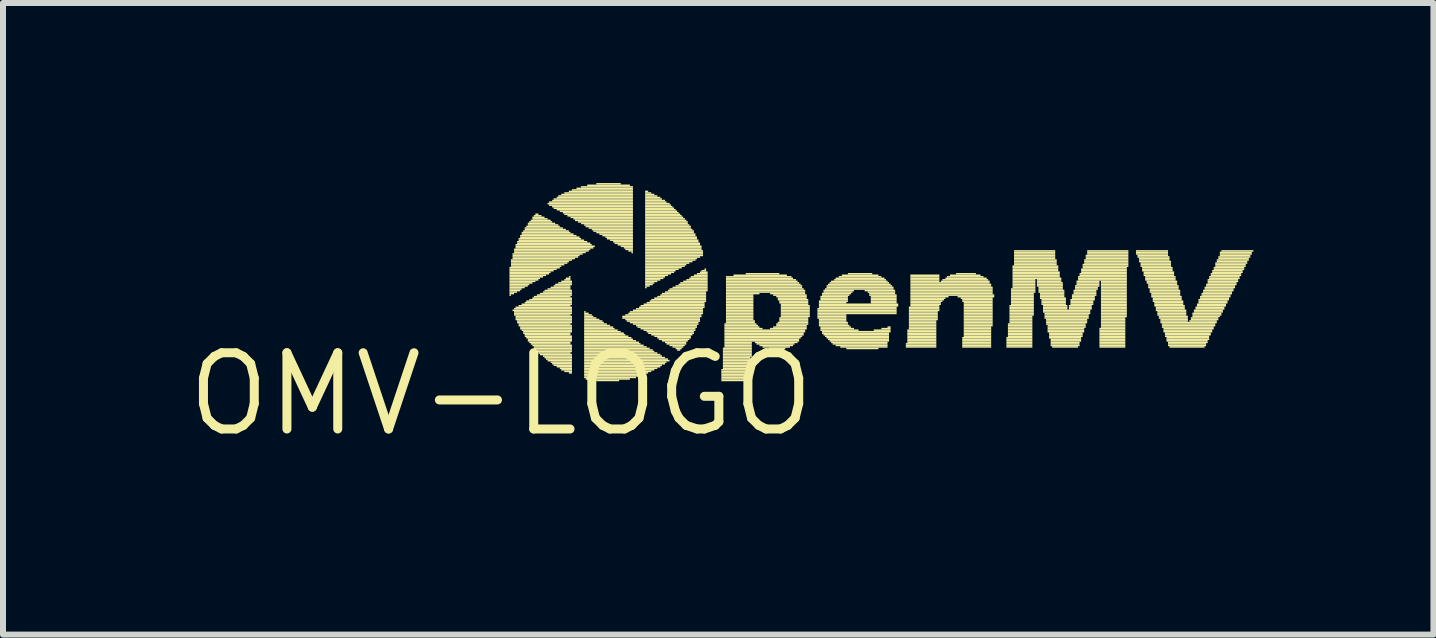
<source format=kicad_pcb>
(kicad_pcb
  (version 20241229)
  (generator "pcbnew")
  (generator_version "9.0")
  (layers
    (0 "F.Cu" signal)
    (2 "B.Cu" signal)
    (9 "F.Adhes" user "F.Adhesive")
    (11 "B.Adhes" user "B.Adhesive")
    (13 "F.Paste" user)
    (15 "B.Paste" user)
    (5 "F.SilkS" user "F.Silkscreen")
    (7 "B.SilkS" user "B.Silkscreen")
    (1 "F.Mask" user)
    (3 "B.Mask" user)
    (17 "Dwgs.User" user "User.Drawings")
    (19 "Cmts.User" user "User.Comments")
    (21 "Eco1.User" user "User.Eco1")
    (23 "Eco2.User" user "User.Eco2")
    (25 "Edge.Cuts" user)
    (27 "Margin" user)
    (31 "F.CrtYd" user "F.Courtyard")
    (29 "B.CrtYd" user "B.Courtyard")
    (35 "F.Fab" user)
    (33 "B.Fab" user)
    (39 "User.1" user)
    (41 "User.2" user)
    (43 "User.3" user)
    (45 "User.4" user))
  (footprint "OMV-LOGO"
    (layer "F.Cu")
    (at 5.299 3.518)
    (property "Reference" "OMV-LOGO" (at 0 0 0) (layer "F.SilkS") (effects (font (size 1.27 1.27) (thickness 0.15))))
    (attr through_hole)
    (fp_poly (pts (xy 0.14 -2.095) (xy 0.978 -2.095) (xy 0.978 -2.121) (xy 0.14 -2.121)) (stroke (width 0) (type solid)) (fill yes) (layer "F.SilkS"))
    (fp_poly (pts (xy 0.14 -2.07) (xy 0.927 -2.07) (xy 0.927 -2.095) (xy 0.14 -2.095)) (stroke (width 0) (type solid)) (fill yes) (layer "F.SilkS"))
    (fp_poly (pts (xy 0.14 -2.045) (xy 0.876 -2.045) (xy 0.876 -2.07) (xy 0.14 -2.07)) (stroke (width 0) (type solid)) (fill yes) (layer "F.SilkS"))
    (fp_poly (pts (xy 0.14 -2.019) (xy 0.826 -2.019) (xy 0.826 -2.045) (xy 0.14 -2.045)) (stroke (width 0) (type solid)) (fill yes) (layer "F.SilkS"))
    (fp_poly (pts (xy 0.14 -1.994) (xy 0.8 -1.994) (xy 0.8 -2.019) (xy 0.14 -2.019)) (stroke (width 0) (type solid)) (fill yes) (layer "F.SilkS"))
    (fp_poly (pts (xy 0.14 -1.968) (xy 0.749 -1.968) (xy 0.749 -1.994) (xy 0.14 -1.994)) (stroke (width 0) (type solid)) (fill yes) (layer "F.SilkS"))
    (fp_poly (pts (xy 0.14 -1.943) (xy 0.699 -1.943) (xy 0.699 -1.968) (xy 0.14 -1.968)) (stroke (width 0) (type solid)) (fill yes) (layer "F.SilkS"))
    (fp_poly (pts (xy 0.14 -1.918) (xy 0.648 -1.918) (xy 0.648 -1.943) (xy 0.14 -1.943)) (stroke (width 0) (type solid)) (fill yes) (layer "F.SilkS"))
    (fp_poly (pts (xy 0.14 -1.892) (xy 0.622 -1.892) (xy 0.622 -1.918) (xy 0.14 -1.918)) (stroke (width 0) (type solid)) (fill yes) (layer "F.SilkS"))
    (fp_poly (pts (xy 0.14 -1.867) (xy 0.572 -1.867) (xy 0.572 -1.892) (xy 0.14 -1.892)) (stroke (width 0) (type solid)) (fill yes) (layer "F.SilkS"))
    (fp_poly (pts (xy 0.14 -1.841) (xy 0.521 -1.841) (xy 0.521 -1.867) (xy 0.14 -1.867)) (stroke (width 0) (type solid)) (fill yes) (layer "F.SilkS"))
    (fp_poly (pts (xy 0.14 -1.816) (xy 0.47 -1.816) (xy 0.47 -1.841) (xy 0.14 -1.841)) (stroke (width 0) (type solid)) (fill yes) (layer "F.SilkS"))
    (fp_poly (pts (xy 0.14 -1.791) (xy 0.445 -1.791) (xy 0.445 -1.816) (xy 0.14 -1.816)) (stroke (width 0) (type solid)) (fill yes) (layer "F.SilkS"))
    (fp_poly (pts (xy 0.14 -1.765) (xy 0.394 -1.765) (xy 0.394 -1.791) (xy 0.14 -1.791)) (stroke (width 0) (type solid)) (fill yes) (layer "F.SilkS"))
    (fp_poly (pts (xy 0.14 -1.74) (xy 0.343 -1.74) (xy 0.343 -1.765) (xy 0.14 -1.765)) (stroke (width 0) (type solid)) (fill yes) (layer "F.SilkS"))
    (fp_poly (pts (xy 0.14 -1.714) (xy 0.318 -1.714) (xy 0.318 -1.74) (xy 0.14 -1.74)) (stroke (width 0) (type solid)) (fill yes) (layer "F.SilkS"))
    (fp_poly (pts (xy 0.14 -1.689) (xy 0.267 -1.689) (xy 0.267 -1.714) (xy 0.14 -1.714)) (stroke (width 0) (type solid)) (fill yes) (layer "F.SilkS"))
    (fp_poly (pts (xy 0.14 -1.664) (xy 0.216 -1.664) (xy 0.216 -1.689) (xy 0.14 -1.689)) (stroke (width 0) (type solid)) (fill yes) (layer "F.SilkS"))
    (fp_poly (pts (xy 0.14 -1.638) (xy 0.165 -1.638) (xy 0.165 -1.664) (xy 0.14 -1.664)) (stroke (width 0) (type solid)) (fill yes) (layer "F.SilkS"))
    (fp_poly (pts (xy 0.165 -2.223) (xy 1.181 -2.223) (xy 1.181 -2.248) (xy 0.165 -2.248)) (stroke (width 0) (type solid)) (fill yes) (layer "F.SilkS"))
    (fp_poly (pts (xy 0.165 -2.197) (xy 1.13 -2.197) (xy 1.13 -2.223) (xy 0.165 -2.223)) (stroke (width 0) (type solid)) (fill yes) (layer "F.SilkS"))
    (fp_poly (pts (xy 0.165 -2.172) (xy 1.105 -2.172) (xy 1.105 -2.197) (xy 0.165 -2.197)) (stroke (width 0) (type solid)) (fill yes) (layer "F.SilkS"))
    (fp_poly (pts (xy 0.165 -2.146) (xy 1.054 -2.146) (xy 1.054 -2.172) (xy 0.165 -2.172)) (stroke (width 0) (type solid)) (fill yes) (layer "F.SilkS"))
    (fp_poly (pts (xy 0.165 -2.121) (xy 1.003 -2.121) (xy 1.003 -2.146) (xy 0.165 -2.146)) (stroke (width 0) (type solid)) (fill yes) (layer "F.SilkS"))
    (fp_poly (pts (xy 0.191 -2.324) (xy 1.359 -2.324) (xy 1.359 -2.349) (xy 0.191 -2.349)) (stroke (width 0) (type solid)) (fill yes) (layer "F.SilkS"))
    (fp_poly (pts (xy 0.191 -2.299) (xy 1.308 -2.299) (xy 1.308 -2.324) (xy 0.191 -2.324)) (stroke (width 0) (type solid)) (fill yes) (layer "F.SilkS"))
    (fp_poly (pts (xy 0.191 -2.273) (xy 1.283 -2.273) (xy 1.283 -2.299) (xy 0.191 -2.299)) (stroke (width 0) (type solid)) (fill yes) (layer "F.SilkS"))
    (fp_poly (pts (xy 0.191 -2.248) (xy 1.232 -2.248) (xy 1.232 -2.273) (xy 0.191 -2.273)) (stroke (width 0) (type solid)) (fill yes) (layer "F.SilkS"))
    (fp_poly (pts (xy 0.191 -1.384) (xy 1.181 -1.384) (xy 1.181 -1.41) (xy 0.191 -1.41)) (stroke (width 0) (type solid)) (fill yes) (layer "F.SilkS"))
    (fp_poly (pts (xy 0.216 -2.4) (xy 1.486 -2.4) (xy 1.486 -2.426) (xy 0.216 -2.426)) (stroke (width 0) (type solid)) (fill yes) (layer "F.SilkS"))
    (fp_poly (pts (xy 0.216 -2.375) (xy 1.46 -2.375) (xy 1.46 -2.4) (xy 0.216 -2.4)) (stroke (width 0) (type solid)) (fill yes) (layer "F.SilkS"))
    (fp_poly (pts (xy 0.216 -2.349) (xy 1.41 -2.349) (xy 1.41 -2.375) (xy 0.216 -2.375)) (stroke (width 0) (type solid)) (fill yes) (layer "F.SilkS"))
    (fp_poly (pts (xy 0.216 -1.41) (xy 1.181 -1.41) (xy 1.181 -1.435) (xy 0.216 -1.435)) (stroke (width 0) (type solid)) (fill yes) (layer "F.SilkS"))
    (fp_poly (pts (xy 0.216 -1.359) (xy 1.181 -1.359) (xy 1.181 -1.384) (xy 0.216 -1.384)) (stroke (width 0) (type solid)) (fill yes) (layer "F.SilkS"))
    (fp_poly (pts (xy 0.216 -1.333) (xy 1.181 -1.333) (xy 1.181 -1.359) (xy 0.216 -1.359)) (stroke (width 0) (type solid)) (fill yes) (layer "F.SilkS"))
    (fp_poly (pts (xy 0.216 -1.308) (xy 1.156 -1.308) (xy 1.156 -1.333) (xy 0.216 -1.333)) (stroke (width 0) (type solid)) (fill yes) (layer "F.SilkS"))
    (fp_poly (pts (xy 0.241 -2.477) (xy 1.511 -2.477) (xy 1.511 -2.502) (xy 0.241 -2.502)) (stroke (width 0) (type solid)) (fill yes) (layer "F.SilkS"))
    (fp_poly (pts (xy 0.241 -2.451) (xy 1.562 -2.451) (xy 1.562 -2.477) (xy 0.241 -2.477)) (stroke (width 0) (type solid)) (fill yes) (layer "F.SilkS"))
    (fp_poly (pts (xy 0.241 -2.426) (xy 1.537 -2.426) (xy 1.537 -2.451) (xy 0.241 -2.451)) (stroke (width 0) (type solid)) (fill yes) (layer "F.SilkS"))
    (fp_poly (pts (xy 0.241 -1.435) (xy 1.181 -1.435) (xy 1.181 -1.46) (xy 0.241 -1.46)) (stroke (width 0) (type solid)) (fill yes) (layer "F.SilkS"))
    (fp_poly (pts (xy 0.241 -1.283) (xy 1.181 -1.283) (xy 1.181 -1.308) (xy 0.241 -1.308)) (stroke (width 0) (type solid)) (fill yes) (layer "F.SilkS"))
    (fp_poly (pts (xy 0.241 -1.257) (xy 1.181 -1.257) (xy 1.181 -1.283) (xy 0.241 -1.283)) (stroke (width 0) (type solid)) (fill yes) (layer "F.SilkS"))
    (fp_poly (pts (xy 0.241 -1.232) (xy 1.181 -1.232) (xy 1.181 -1.257) (xy 0.241 -1.257)) (stroke (width 0) (type solid)) (fill yes) (layer "F.SilkS"))
    (fp_poly (pts (xy 0.267 -2.527) (xy 1.435 -2.527) (xy 1.435 -2.553) (xy 0.267 -2.553)) (stroke (width 0) (type solid)) (fill yes) (layer "F.SilkS"))
    (fp_poly (pts (xy 0.267 -2.502) (xy 1.486 -2.502) (xy 1.486 -2.527) (xy 0.267 -2.527)) (stroke (width 0) (type solid)) (fill yes) (layer "F.SilkS"))
    (fp_poly (pts (xy 0.267 -1.206) (xy 1.181 -1.206) (xy 1.181 -1.232) (xy 0.267 -1.232)) (stroke (width 0) (type solid)) (fill yes) (layer "F.SilkS"))
    (fp_poly (pts (xy 0.267 -1.181) (xy 1.181 -1.181) (xy 1.181 -1.206) (xy 0.267 -1.206)) (stroke (width 0) (type solid)) (fill yes) (layer "F.SilkS"))
    (fp_poly (pts (xy 0.292 -2.578) (xy 1.333 -2.578) (xy 1.333 -2.603) (xy 0.292 -2.603)) (stroke (width 0) (type solid)) (fill yes) (layer "F.SilkS"))
    (fp_poly (pts (xy 0.292 -2.553) (xy 1.384 -2.553) (xy 1.384 -2.578) (xy 0.292 -2.578)) (stroke (width 0) (type solid)) (fill yes) (layer "F.SilkS"))
    (fp_poly (pts (xy 0.292 -1.46) (xy 1.156 -1.46) (xy 1.156 -1.486) (xy 0.292 -1.486)) (stroke (width 0) (type solid)) (fill yes) (layer "F.SilkS"))
    (fp_poly (pts (xy 0.292 -1.156) (xy 1.156 -1.156) (xy 1.156 -1.181) (xy 0.292 -1.181)) (stroke (width 0) (type solid)) (fill yes) (layer "F.SilkS"))
    (fp_poly (pts (xy 0.292 -1.13) (xy 1.181 -1.13) (xy 1.181 -1.156) (xy 0.292 -1.156)) (stroke (width 0) (type solid)) (fill yes) (layer "F.SilkS"))
    (fp_poly (pts (xy 0.318 -2.629) (xy 1.257 -2.629) (xy 1.257 -2.654) (xy 0.318 -2.654)) (stroke (width 0) (type solid)) (fill yes) (layer "F.SilkS"))
    (fp_poly (pts (xy 0.318 -2.603) (xy 1.308 -2.603) (xy 1.308 -2.629) (xy 0.318 -2.629)) (stroke (width 0) (type solid)) (fill yes) (layer "F.SilkS"))
    (fp_poly (pts (xy 0.318 -1.105) (xy 1.181 -1.105) (xy 1.181 -1.13) (xy 0.318 -1.13)) (stroke (width 0) (type solid)) (fill yes) (layer "F.SilkS"))
    (fp_poly (pts (xy 0.318 -1.079) (xy 1.181 -1.079) (xy 1.181 -1.105) (xy 0.318 -1.105)) (stroke (width 0) (type solid)) (fill yes) (layer "F.SilkS"))
    (fp_poly (pts (xy 0.343 -2.68) (xy 1.156 -2.68) (xy 1.156 -2.705) (xy 0.343 -2.705)) (stroke (width 0) (type solid)) (fill yes) (layer "F.SilkS"))
    (fp_poly (pts (xy 0.343 -2.654) (xy 1.206 -2.654) (xy 1.206 -2.68) (xy 0.343 -2.68)) (stroke (width 0) (type solid)) (fill yes) (layer "F.SilkS"))
    (fp_poly (pts (xy 0.343 -1.486) (xy 1.181 -1.486) (xy 1.181 -1.511) (xy 0.343 -1.511)) (stroke (width 0) (type solid)) (fill yes) (layer "F.SilkS"))
    (fp_poly (pts (xy 0.343 -1.054) (xy 1.181 -1.054) (xy 1.181 -1.079) (xy 0.343 -1.079)) (stroke (width 0) (type solid)) (fill yes) (layer "F.SilkS"))
    (fp_poly (pts (xy 0.368 -2.705) (xy 1.13 -2.705) (xy 1.13 -2.731) (xy 0.368 -2.731)) (stroke (width 0) (type solid)) (fill yes) (layer "F.SilkS"))
    (fp_poly (pts (xy 0.368 -1.029) (xy 1.181 -1.029) (xy 1.181 -1.054) (xy 0.368 -1.054)) (stroke (width 0) (type solid)) (fill yes) (layer "F.SilkS"))
    (fp_poly (pts (xy 0.368 -1.003) (xy 1.156 -1.003) (xy 1.156 -1.029) (xy 0.368 -1.029)) (stroke (width 0) (type solid)) (fill yes) (layer "F.SilkS"))
    (fp_poly (pts (xy 0.394 -2.756) (xy 1.029 -2.756) (xy 1.029 -2.781) (xy 0.394 -2.781)) (stroke (width 0) (type solid)) (fill yes) (layer "F.SilkS"))
    (fp_poly (pts (xy 0.394 -2.731) (xy 1.079 -2.731) (xy 1.079 -2.756) (xy 0.394 -2.756)) (stroke (width 0) (type solid)) (fill yes) (layer "F.SilkS"))
    (fp_poly (pts (xy 0.394 -1.511) (xy 1.181 -1.511) (xy 1.181 -1.537) (xy 0.394 -1.537)) (stroke (width 0) (type solid)) (fill yes) (layer "F.SilkS"))
    (fp_poly (pts (xy 0.394 -0.978) (xy 1.156 -0.978) (xy 1.156 -1.003) (xy 0.394 -1.003)) (stroke (width 0) (type solid)) (fill yes) (layer "F.SilkS"))
    (fp_poly (pts (xy 0.394 -0.953) (xy 1.181 -0.953) (xy 1.181 -0.978) (xy 0.394 -0.978)) (stroke (width 0) (type solid)) (fill yes) (layer "F.SilkS"))
    (fp_poly (pts (xy 0.419 -2.781) (xy 0.978 -2.781) (xy 0.978 -2.807) (xy 0.419 -2.807)) (stroke (width 0) (type solid)) (fill yes) (layer "F.SilkS"))
    (fp_poly (pts (xy 0.419 -1.537) (xy 1.181 -1.537) (xy 1.181 -1.562) (xy 0.419 -1.562)) (stroke (width 0) (type solid)) (fill yes) (layer "F.SilkS"))
    (fp_poly (pts (xy 0.419 -0.927) (xy 1.181 -0.927) (xy 1.181 -0.953) (xy 0.419 -0.953)) (stroke (width 0) (type solid)) (fill yes) (layer "F.SilkS"))
    (fp_poly (pts (xy 0.445 -2.832) (xy 0.902 -2.832) (xy 0.902 -2.857) (xy 0.445 -2.857)) (stroke (width 0) (type solid)) (fill yes) (layer "F.SilkS"))
    (fp_poly (pts (xy 0.445 -2.807) (xy 0.953 -2.807) (xy 0.953 -2.832) (xy 0.445 -2.832)) (stroke (width 0) (type solid)) (fill yes) (layer "F.SilkS"))
    (fp_poly (pts (xy 0.445 -0.902) (xy 1.181 -0.902) (xy 1.181 -0.927) (xy 0.445 -0.927)) (stroke (width 0) (type solid)) (fill yes) (layer "F.SilkS"))
    (fp_poly (pts (xy 0.445 -0.876) (xy 1.181 -0.876) (xy 1.181 -0.902) (xy 0.445 -0.902)) (stroke (width 0) (type solid)) (fill yes) (layer "F.SilkS"))
    (fp_poly (pts (xy 0.47 -2.857) (xy 0.851 -2.857) (xy 0.851 -2.883) (xy 0.47 -2.883)) (stroke (width 0) (type solid)) (fill yes) (layer "F.SilkS"))
    (fp_poly (pts (xy 0.47 -1.562) (xy 1.181 -1.562) (xy 1.181 -1.587) (xy 0.47 -1.587)) (stroke (width 0) (type solid)) (fill yes) (layer "F.SilkS"))
    (fp_poly (pts (xy 0.47 -0.851) (xy 1.156 -0.851) (xy 1.156 -0.876) (xy 0.47 -0.876)) (stroke (width 0) (type solid)) (fill yes) (layer "F.SilkS"))
    (fp_poly (pts (xy 0.495 -2.883) (xy 0.826 -2.883) (xy 0.826 -2.908) (xy 0.495 -2.908)) (stroke (width 0) (type solid)) (fill yes) (layer "F.SilkS"))
    (fp_poly (pts (xy 0.495 -0.826) (xy 1.156 -0.826) (xy 1.156 -0.851) (xy 0.495 -0.851)) (stroke (width 0) (type solid)) (fill yes) (layer "F.SilkS"))
    (fp_poly (pts (xy 0.521 -2.934) (xy 0.724 -2.934) (xy 0.724 -2.959) (xy 0.521 -2.959)) (stroke (width 0) (type solid)) (fill yes) (layer "F.SilkS"))
    (fp_poly (pts (xy 0.521 -2.908) (xy 0.775 -2.908) (xy 0.775 -2.934) (xy 0.521 -2.934)) (stroke (width 0) (type solid)) (fill yes) (layer "F.SilkS"))
    (fp_poly (pts (xy 0.521 -1.587) (xy 1.181 -1.587) (xy 1.181 -1.613) (xy 0.521 -1.613)) (stroke (width 0) (type solid)) (fill yes) (layer "F.SilkS"))
    (fp_poly (pts (xy 0.521 -0.8) (xy 1.181 -0.8) (xy 1.181 -0.826) (xy 0.521 -0.826)) (stroke (width 0) (type solid)) (fill yes) (layer "F.SilkS"))
    (fp_poly (pts (xy 0.546 -2.959) (xy 0.673 -2.959) (xy 0.673 -2.985) (xy 0.546 -2.985)) (stroke (width 0) (type solid)) (fill yes) (layer "F.SilkS"))
    (fp_poly (pts (xy 0.546 -1.613) (xy 1.156 -1.613) (xy 1.156 -1.638) (xy 0.546 -1.638)) (stroke (width 0) (type solid)) (fill yes) (layer "F.SilkS"))
    (fp_poly (pts (xy 0.546 -0.775) (xy 1.181 -0.775) (xy 1.181 -0.8) (xy 0.546 -0.8)) (stroke (width 0) (type solid)) (fill yes) (layer "F.SilkS"))
    (fp_poly (pts (xy 0.546 -0.749) (xy 1.181 -0.749) (xy 1.181 -0.775) (xy 0.546 -0.775)) (stroke (width 0) (type solid)) (fill yes) (layer "F.SilkS"))
    (fp_poly (pts (xy 0.572 -2.985) (xy 0.622 -2.985) (xy 0.622 -3.01) (xy 0.572 -3.01)) (stroke (width 0) (type solid)) (fill yes) (layer "F.SilkS"))
    (fp_poly (pts (xy 0.597 -1.638) (xy 1.181 -1.638) (xy 1.181 -1.664) (xy 0.597 -1.664)) (stroke (width 0) (type solid)) (fill yes) (layer "F.SilkS"))
    (fp_poly (pts (xy 0.597 -0.724) (xy 1.181 -0.724) (xy 1.181 -0.749) (xy 0.597 -0.749)) (stroke (width 0) (type solid)) (fill yes) (layer "F.SilkS"))
    (fp_poly (pts (xy 0.597 -0.699) (xy 1.181 -0.699) (xy 1.181 -0.724) (xy 0.597 -0.724)) (stroke (width 0) (type solid)) (fill yes) (layer "F.SilkS"))
    (fp_poly (pts (xy 0.622 -0.673) (xy 1.156 -0.673) (xy 1.156 -0.699) (xy 0.622 -0.699)) (stroke (width 0) (type solid)) (fill yes) (layer "F.SilkS"))
    (fp_poly (pts (xy 0.648 -1.664) (xy 1.181 -1.664) (xy 1.181 -1.689) (xy 0.648 -1.689)) (stroke (width 0) (type solid)) (fill yes) (layer "F.SilkS"))
    (fp_poly (pts (xy 0.648 -0.648) (xy 1.181 -0.648) (xy 1.181 -0.673) (xy 0.648 -0.673)) (stroke (width 0) (type solid)) (fill yes) (layer "F.SilkS"))
    (fp_poly (pts (xy 0.699 -1.689) (xy 1.181 -1.689) (xy 1.181 -1.714) (xy 0.699 -1.714)) (stroke (width 0) (type solid)) (fill yes) (layer "F.SilkS"))
    (fp_poly (pts (xy 0.699 -0.622) (xy 1.181 -0.622) (xy 1.181 -0.648) (xy 0.699 -0.648)) (stroke (width 0) (type solid)) (fill yes) (layer "F.SilkS"))
    (fp_poly (pts (xy 0.724 -1.714) (xy 1.181 -1.714) (xy 1.181 -1.74) (xy 0.724 -1.74)) (stroke (width 0) (type solid)) (fill yes) (layer "F.SilkS"))
    (fp_poly (pts (xy 0.724 -0.597) (xy 1.181 -0.597) (xy 1.181 -0.622) (xy 0.724 -0.622)) (stroke (width 0) (type solid)) (fill yes) (layer "F.SilkS"))
    (fp_poly (pts (xy 0.749 -0.572) (xy 1.181 -0.572) (xy 1.181 -0.597) (xy 0.749 -0.597)) (stroke (width 0) (type solid)) (fill yes) (layer "F.SilkS"))
    (fp_poly (pts (xy 0.775 -3.162) (xy 2.197 -3.162) (xy 2.197 -3.188) (xy 0.775 -3.188)) (stroke (width 0) (type solid)) (fill yes) (layer "F.SilkS"))
    (fp_poly (pts (xy 0.775 -1.74) (xy 1.156 -1.74) (xy 1.156 -1.765) (xy 0.775 -1.765)) (stroke (width 0) (type solid)) (fill yes) (layer "F.SilkS"))
    (fp_poly (pts (xy 0.775 -0.546) (xy 1.181 -0.546) (xy 1.181 -0.572) (xy 0.775 -0.572)) (stroke (width 0) (type solid)) (fill yes) (layer "F.SilkS"))
    (fp_poly (pts (xy 0.8 -3.188) (xy 2.197 -3.188) (xy 2.197 -3.213) (xy 0.8 -3.213)) (stroke (width 0) (type solid)) (fill yes) (layer "F.SilkS"))
    (fp_poly (pts (xy 0.8 -3.137) (xy 2.197 -3.137) (xy 2.197 -3.162) (xy 0.8 -3.162)) (stroke (width 0) (type solid)) (fill yes) (layer "F.SilkS"))
    (fp_poly (pts (xy 0.826 -1.765) (xy 1.156 -1.765) (xy 1.156 -1.791) (xy 0.826 -1.791)) (stroke (width 0) (type solid)) (fill yes) (layer "F.SilkS"))
    (fp_poly (pts (xy 0.826 -0.521) (xy 1.181 -0.521) (xy 1.181 -0.546) (xy 0.826 -0.546)) (stroke (width 0) (type solid)) (fill yes) (layer "F.SilkS"))
    (fp_poly (pts (xy 0.851 -3.213) (xy 2.197 -3.213) (xy 2.197 -3.239) (xy 0.851 -3.239)) (stroke (width 0) (type solid)) (fill yes) (layer "F.SilkS"))
    (fp_poly (pts (xy 0.851 -3.111) (xy 2.197 -3.111) (xy 2.197 -3.137) (xy 0.851 -3.137)) (stroke (width 0) (type solid)) (fill yes) (layer "F.SilkS"))
    (fp_poly (pts (xy 0.851 -0.495) (xy 1.181 -0.495) (xy 1.181 -0.521) (xy 0.851 -0.521)) (stroke (width 0) (type solid)) (fill yes) (layer "F.SilkS"))
    (fp_poly (pts (xy 0.876 -3.239) (xy 2.197 -3.239) (xy 2.197 -3.264) (xy 0.876 -3.264)) (stroke (width 0) (type solid)) (fill yes) (layer "F.SilkS"))
    (fp_poly (pts (xy 0.876 -3.086) (xy 2.197 -3.086) (xy 2.197 -3.111) (xy 0.876 -3.111)) (stroke (width 0) (type solid)) (fill yes) (layer "F.SilkS"))
    (fp_poly (pts (xy 0.876 -1.791) (xy 1.156 -1.791) (xy 1.156 -1.816) (xy 0.876 -1.816)) (stroke (width 0) (type solid)) (fill yes) (layer "F.SilkS"))
    (fp_poly (pts (xy 0.876 -0.47) (xy 1.181 -0.47) (xy 1.181 -0.495) (xy 0.876 -0.495)) (stroke (width 0) (type solid)) (fill yes) (layer "F.SilkS"))
    (fp_poly (pts (xy 0.902 -1.816) (xy 1.181 -1.816) (xy 1.181 -1.841) (xy 0.902 -1.841)) (stroke (width 0) (type solid)) (fill yes) (layer "F.SilkS"))
    (fp_poly (pts (xy 0.927 -3.264) (xy 2.197 -3.264) (xy 2.197 -3.289) (xy 0.927 -3.289)) (stroke (width 0) (type solid)) (fill yes) (layer "F.SilkS"))
    (fp_poly (pts (xy 0.927 -3.061) (xy 2.197 -3.061) (xy 2.197 -3.086) (xy 0.927 -3.086)) (stroke (width 0) (type solid)) (fill yes) (layer "F.SilkS"))
    (fp_poly (pts (xy 0.927 -0.445) (xy 1.181 -0.445) (xy 1.181 -0.47) (xy 0.927 -0.47)) (stroke (width 0) (type solid)) (fill yes) (layer "F.SilkS"))
    (fp_poly (pts (xy 0.953 -3.289) (xy 2.197 -3.289) (xy 2.197 -3.315) (xy 0.953 -3.315)) (stroke (width 0) (type solid)) (fill yes) (layer "F.SilkS"))
    (fp_poly (pts (xy 0.953 -1.841) (xy 1.181 -1.841) (xy 1.181 -1.867) (xy 0.953 -1.867)) (stroke (width 0) (type solid)) (fill yes) (layer "F.SilkS"))
    (fp_poly (pts (xy 0.978 -3.035) (xy 2.197 -3.035) (xy 2.197 -3.061) (xy 0.978 -3.061)) (stroke (width 0) (type solid)) (fill yes) (layer "F.SilkS"))
    (fp_poly (pts (xy 0.978 -0.419) (xy 1.181 -0.419) (xy 1.181 -0.445) (xy 0.978 -0.445)) (stroke (width 0) (type solid)) (fill yes) (layer "F.SilkS"))
    (fp_poly (pts (xy 1.003 -3.315) (xy 2.197 -3.315) (xy 2.197 -3.34) (xy 1.003 -3.34)) (stroke (width 0) (type solid)) (fill yes) (layer "F.SilkS"))
    (fp_poly (pts (xy 1.003 -1.867) (xy 1.181 -1.867) (xy 1.181 -1.892) (xy 1.003 -1.892)) (stroke (width 0) (type solid)) (fill yes) (layer "F.SilkS"))
    (fp_poly (pts (xy 1.003 -0.394) (xy 1.181 -0.394) (xy 1.181 -0.419) (xy 1.003 -0.419)) (stroke (width 0) (type solid)) (fill yes) (layer "F.SilkS"))
    (fp_poly (pts (xy 1.029 -3.01) (xy 2.197 -3.01) (xy 2.197 -3.035) (xy 1.029 -3.035)) (stroke (width 0) (type solid)) (fill yes) (layer "F.SilkS"))
    (fp_poly (pts (xy 1.054 -3.34) (xy 2.197 -3.34) (xy 2.197 -3.365) (xy 1.054 -3.365)) (stroke (width 0) (type solid)) (fill yes) (layer "F.SilkS"))
    (fp_poly (pts (xy 1.054 -2.985) (xy 2.197 -2.985) (xy 2.197 -3.01) (xy 1.054 -3.01)) (stroke (width 0) (type solid)) (fill yes) (layer "F.SilkS"))
    (fp_poly (pts (xy 1.054 -1.892) (xy 1.156 -1.892) (xy 1.156 -1.918) (xy 1.054 -1.918)) (stroke (width 0) (type solid)) (fill yes) (layer "F.SilkS"))
    (fp_poly (pts (xy 1.054 -0.368) (xy 1.181 -0.368) (xy 1.181 -0.394) (xy 1.054 -0.394)) (stroke (width 0) (type solid)) (fill yes) (layer "F.SilkS"))
    (fp_poly (pts (xy 1.079 -1.918) (xy 1.156 -1.918) (xy 1.156 -1.943) (xy 1.079 -1.943)) (stroke (width 0) (type solid)) (fill yes) (layer "F.SilkS"))
    (fp_poly (pts (xy 1.105 -2.959) (xy 2.197 -2.959) (xy 2.197 -2.985) (xy 1.105 -2.985)) (stroke (width 0) (type solid)) (fill yes) (layer "F.SilkS"))
    (fp_poly (pts (xy 1.13 -3.365) (xy 2.197 -3.365) (xy 2.197 -3.391) (xy 1.13 -3.391)) (stroke (width 0) (type solid)) (fill yes) (layer "F.SilkS"))
    (fp_poly (pts (xy 1.13 -1.943) (xy 1.156 -1.943) (xy 1.156 -1.968) (xy 1.13 -1.968)) (stroke (width 0) (type solid)) (fill yes) (layer "F.SilkS"))
    (fp_poly (pts (xy 1.13 -0.343) (xy 1.181 -0.343) (xy 1.181 -0.368) (xy 1.13 -0.368)) (stroke (width 0) (type solid)) (fill yes) (layer "F.SilkS"))
    (fp_poly (pts (xy 1.156 -2.934) (xy 2.197 -2.934) (xy 2.197 -2.959) (xy 1.156 -2.959)) (stroke (width 0) (type solid)) (fill yes) (layer "F.SilkS"))
    (fp_poly (pts (xy 1.181 -3.391) (xy 2.197 -3.391) (xy 2.197 -3.416) (xy 1.181 -3.416)) (stroke (width 0) (type solid)) (fill yes) (layer "F.SilkS"))
    (fp_poly (pts (xy 1.206 -2.908) (xy 2.197 -2.908) (xy 2.197 -2.934) (xy 1.206 -2.934)) (stroke (width 0) (type solid)) (fill yes) (layer "F.SilkS"))
    (fp_poly (pts (xy 1.232 -2.883) (xy 2.197 -2.883) (xy 2.197 -2.908) (xy 1.232 -2.908)) (stroke (width 0) (type solid)) (fill yes) (layer "F.SilkS"))
    (fp_poly (pts (xy 1.257 -3.416) (xy 2.197 -3.416) (xy 2.197 -3.442) (xy 1.257 -3.442)) (stroke (width 0) (type solid)) (fill yes) (layer "F.SilkS"))
    (fp_poly (pts (xy 1.283 -2.857) (xy 2.197 -2.857) (xy 2.197 -2.883) (xy 1.283 -2.883)) (stroke (width 0) (type solid)) (fill yes) (layer "F.SilkS"))
    (fp_poly (pts (xy 1.333 -3.442) (xy 2.197 -3.442) (xy 2.197 -3.467) (xy 1.333 -3.467)) (stroke (width 0) (type solid)) (fill yes) (layer "F.SilkS"))
    (fp_poly (pts (xy 1.333 -2.832) (xy 2.197 -2.832) (xy 2.197 -2.857) (xy 1.333 -2.857)) (stroke (width 0) (type solid)) (fill yes) (layer "F.SilkS"))
    (fp_poly (pts (xy 1.384 -2.807) (xy 2.197 -2.807) (xy 2.197 -2.832) (xy 1.384 -2.832)) (stroke (width 0) (type solid)) (fill yes) (layer "F.SilkS"))
    (fp_poly (pts (xy 1.384 -1.359) (xy 1.41 -1.359) (xy 1.41 -1.384) (xy 1.384 -1.384)) (stroke (width 0) (type solid)) (fill yes) (layer "F.SilkS"))
    (fp_poly (pts (xy 1.384 -1.333) (xy 1.46 -1.333) (xy 1.46 -1.359) (xy 1.384 -1.359)) (stroke (width 0) (type solid)) (fill yes) (layer "F.SilkS"))
    (fp_poly (pts (xy 1.384 -1.308) (xy 1.511 -1.308) (xy 1.511 -1.333) (xy 1.384 -1.333)) (stroke (width 0) (type solid)) (fill yes) (layer "F.SilkS"))
    (fp_poly (pts (xy 1.384 -1.283) (xy 1.537 -1.283) (xy 1.537 -1.308) (xy 1.384 -1.308)) (stroke (width 0) (type solid)) (fill yes) (layer "F.SilkS"))
    (fp_poly (pts (xy 1.384 -1.257) (xy 1.587 -1.257) (xy 1.587 -1.283) (xy 1.384 -1.283)) (stroke (width 0) (type solid)) (fill yes) (layer "F.SilkS"))
    (fp_poly (pts (xy 1.384 -1.232) (xy 1.638 -1.232) (xy 1.638 -1.257) (xy 1.384 -1.257)) (stroke (width 0) (type solid)) (fill yes) (layer "F.SilkS"))
    (fp_poly (pts (xy 1.384 -1.206) (xy 1.689 -1.206) (xy 1.689 -1.232) (xy 1.384 -1.232)) (stroke (width 0) (type solid)) (fill yes) (layer "F.SilkS"))
    (fp_poly (pts (xy 1.384 -1.181) (xy 1.714 -1.181) (xy 1.714 -1.206) (xy 1.384 -1.206)) (stroke (width 0) (type solid)) (fill yes) (layer "F.SilkS"))
    (fp_poly (pts (xy 1.384 -1.156) (xy 1.765 -1.156) (xy 1.765 -1.181) (xy 1.384 -1.181)) (stroke (width 0) (type solid)) (fill yes) (layer "F.SilkS"))
    (fp_poly (pts (xy 1.384 -1.13) (xy 1.816 -1.13) (xy 1.816 -1.156) (xy 1.384 -1.156)) (stroke (width 0) (type solid)) (fill yes) (layer "F.SilkS"))
    (fp_poly (pts (xy 1.384 -1.105) (xy 1.867 -1.105) (xy 1.867 -1.13) (xy 1.384 -1.13)) (stroke (width 0) (type solid)) (fill yes) (layer "F.SilkS"))
    (fp_poly (pts (xy 1.384 -1.079) (xy 1.892 -1.079) (xy 1.892 -1.105) (xy 1.384 -1.105)) (stroke (width 0) (type solid)) (fill yes) (layer "F.SilkS"))
    (fp_poly (pts (xy 1.384 -1.054) (xy 1.943 -1.054) (xy 1.943 -1.079) (xy 1.384 -1.079)) (stroke (width 0) (type solid)) (fill yes) (layer "F.SilkS"))
    (fp_poly (pts (xy 1.384 -1.029) (xy 1.994 -1.029) (xy 1.994 -1.054) (xy 1.384 -1.054)) (stroke (width 0) (type solid)) (fill yes) (layer "F.SilkS"))
    (fp_poly (pts (xy 1.384 -1.003) (xy 2.045 -1.003) (xy 2.045 -1.029) (xy 1.384 -1.029)) (stroke (width 0) (type solid)) (fill yes) (layer "F.SilkS"))
    (fp_poly (pts (xy 1.384 -0.978) (xy 2.07 -0.978) (xy 2.07 -1.003) (xy 1.384 -1.003)) (stroke (width 0) (type solid)) (fill yes) (layer "F.SilkS"))
    (fp_poly (pts (xy 1.384 -0.953) (xy 2.121 -0.953) (xy 2.121 -0.978) (xy 1.384 -0.978)) (stroke (width 0) (type solid)) (fill yes) (layer "F.SilkS"))
    (fp_poly (pts (xy 1.384 -0.927) (xy 2.172 -0.927) (xy 2.172 -0.953) (xy 1.384 -0.953)) (stroke (width 0) (type solid)) (fill yes) (layer "F.SilkS"))
    (fp_poly (pts (xy 1.384 -0.902) (xy 2.197 -0.902) (xy 2.197 -0.927) (xy 1.384 -0.927)) (stroke (width 0) (type solid)) (fill yes) (layer "F.SilkS"))
    (fp_poly (pts (xy 1.384 -0.876) (xy 2.248 -0.876) (xy 2.248 -0.902) (xy 1.384 -0.902)) (stroke (width 0) (type solid)) (fill yes) (layer "F.SilkS"))
    (fp_poly (pts (xy 1.384 -0.851) (xy 2.299 -0.851) (xy 2.299 -0.876) (xy 1.384 -0.876)) (stroke (width 0) (type solid)) (fill yes) (layer "F.SilkS"))
    (fp_poly (pts (xy 1.384 -0.826) (xy 2.324 -0.826) (xy 2.324 -0.851) (xy 1.384 -0.851)) (stroke (width 0) (type solid)) (fill yes) (layer "F.SilkS"))
    (fp_poly (pts (xy 1.384 -0.8) (xy 2.375 -0.8) (xy 2.375 -0.826) (xy 1.384 -0.826)) (stroke (width 0) (type solid)) (fill yes) (layer "F.SilkS"))
    (fp_poly (pts (xy 1.384 -0.775) (xy 2.426 -0.775) (xy 2.426 -0.8) (xy 1.384 -0.8)) (stroke (width 0) (type solid)) (fill yes) (layer "F.SilkS"))
    (fp_poly (pts (xy 1.384 -0.749) (xy 2.477 -0.749) (xy 2.477 -0.775) (xy 1.384 -0.775)) (stroke (width 0) (type solid)) (fill yes) (layer "F.SilkS"))
    (fp_poly (pts (xy 1.384 -0.724) (xy 2.527 -0.724) (xy 2.527 -0.749) (xy 1.384 -0.749)) (stroke (width 0) (type solid)) (fill yes) (layer "F.SilkS"))
    (fp_poly (pts (xy 1.384 -0.699) (xy 2.553 -0.699) (xy 2.553 -0.724) (xy 1.384 -0.724)) (stroke (width 0) (type solid)) (fill yes) (layer "F.SilkS"))
    (fp_poly (pts (xy 1.384 -0.673) (xy 2.603 -0.673) (xy 2.603 -0.699) (xy 1.384 -0.699)) (stroke (width 0) (type solid)) (fill yes) (layer "F.SilkS"))
    (fp_poly (pts (xy 1.384 -0.648) (xy 2.654 -0.648) (xy 2.654 -0.673) (xy 1.384 -0.673)) (stroke (width 0) (type solid)) (fill yes) (layer "F.SilkS"))
    (fp_poly (pts (xy 1.384 -0.622) (xy 2.68 -0.622) (xy 2.68 -0.648) (xy 1.384 -0.648)) (stroke (width 0) (type solid)) (fill yes) (layer "F.SilkS"))
    (fp_poly (pts (xy 1.384 -0.597) (xy 2.731 -0.597) (xy 2.731 -0.622) (xy 1.384 -0.622)) (stroke (width 0) (type solid)) (fill yes) (layer "F.SilkS"))
    (fp_poly (pts (xy 1.384 -0.572) (xy 2.781 -0.572) (xy 2.781 -0.597) (xy 1.384 -0.597)) (stroke (width 0) (type solid)) (fill yes) (layer "F.SilkS"))
    (fp_poly (pts (xy 1.384 -0.546) (xy 2.807 -0.546) (xy 2.807 -0.572) (xy 1.384 -0.572)) (stroke (width 0) (type solid)) (fill yes) (layer "F.SilkS"))
    (fp_poly (pts (xy 1.384 -0.521) (xy 2.756 -0.521) (xy 2.756 -0.546) (xy 1.384 -0.546)) (stroke (width 0) (type solid)) (fill yes) (layer "F.SilkS"))
    (fp_poly (pts (xy 1.384 -0.495) (xy 2.731 -0.495) (xy 2.731 -0.521) (xy 1.384 -0.521)) (stroke (width 0) (type solid)) (fill yes) (layer "F.SilkS"))
    (fp_poly (pts (xy 1.384 -0.47) (xy 2.68 -0.47) (xy 2.68 -0.495) (xy 1.384 -0.495)) (stroke (width 0) (type solid)) (fill yes) (layer "F.SilkS"))
    (fp_poly (pts (xy 1.384 -0.445) (xy 2.654 -0.445) (xy 2.654 -0.47) (xy 1.384 -0.47)) (stroke (width 0) (type solid)) (fill yes) (layer "F.SilkS"))
    (fp_poly (pts (xy 1.384 -0.419) (xy 2.603 -0.419) (xy 2.603 -0.445) (xy 1.384 -0.445)) (stroke (width 0) (type solid)) (fill yes) (layer "F.SilkS"))
    (fp_poly (pts (xy 1.384 -0.394) (xy 2.553 -0.394) (xy 2.553 -0.419) (xy 1.384 -0.419)) (stroke (width 0) (type solid)) (fill yes) (layer "F.SilkS"))
    (fp_poly (pts (xy 1.384 -0.368) (xy 2.502 -0.368) (xy 2.502 -0.394) (xy 1.384 -0.394)) (stroke (width 0) (type solid)) (fill yes) (layer "F.SilkS"))
    (fp_poly (pts (xy 1.384 -0.343) (xy 2.451 -0.343) (xy 2.451 -0.368) (xy 1.384 -0.368)) (stroke (width 0) (type solid)) (fill yes) (layer "F.SilkS"))
    (fp_poly (pts (xy 1.384 -0.318) (xy 2.4 -0.318) (xy 2.4 -0.343) (xy 1.384 -0.343)) (stroke (width 0) (type solid)) (fill yes) (layer "F.SilkS"))
    (fp_poly (pts (xy 1.384 -0.292) (xy 2.324 -0.292) (xy 2.324 -0.318) (xy 1.384 -0.318)) (stroke (width 0) (type solid)) (fill yes) (layer "F.SilkS"))
    (fp_poly (pts (xy 1.384 -0.267) (xy 2.248 -0.267) (xy 2.248 -0.292) (xy 1.384 -0.292)) (stroke (width 0) (type solid)) (fill yes) (layer "F.SilkS"))
    (fp_poly (pts (xy 1.41 -2.781) (xy 2.197 -2.781) (xy 2.197 -2.807) (xy 1.41 -2.807)) (stroke (width 0) (type solid)) (fill yes) (layer "F.SilkS"))
    (fp_poly (pts (xy 1.41 -0.241) (xy 2.146 -0.241) (xy 2.146 -0.267) (xy 1.41 -0.267)) (stroke (width 0) (type solid)) (fill yes) (layer "F.SilkS"))
    (fp_poly (pts (xy 1.435 -3.467) (xy 2.146 -3.467) (xy 2.146 -3.493) (xy 1.435 -3.493)) (stroke (width 0) (type solid)) (fill yes) (layer "F.SilkS"))
    (fp_poly (pts (xy 1.46 -2.756) (xy 2.197 -2.756) (xy 2.197 -2.781) (xy 1.46 -2.781)) (stroke (width 0) (type solid)) (fill yes) (layer "F.SilkS"))
    (fp_poly (pts (xy 1.511 -2.731) (xy 2.197 -2.731) (xy 2.197 -2.756) (xy 1.511 -2.756)) (stroke (width 0) (type solid)) (fill yes) (layer "F.SilkS"))
    (fp_poly (pts (xy 1.537 -2.705) (xy 2.197 -2.705) (xy 2.197 -2.731) (xy 1.537 -2.731)) (stroke (width 0) (type solid)) (fill yes) (layer "F.SilkS"))
    (fp_poly (pts (xy 1.587 -3.493) (xy 1.994 -3.493) (xy 1.994 -3.518) (xy 1.587 -3.518)) (stroke (width 0) (type solid)) (fill yes) (layer "F.SilkS"))
    (fp_poly (pts (xy 1.587 -2.68) (xy 2.197 -2.68) (xy 2.197 -2.705) (xy 1.587 -2.705)) (stroke (width 0) (type solid)) (fill yes) (layer "F.SilkS"))
    (fp_poly (pts (xy 1.587 -0.216) (xy 1.968 -0.216) (xy 1.968 -0.241) (xy 1.587 -0.241)) (stroke (width 0) (type solid)) (fill yes) (layer "F.SilkS"))
    (fp_poly (pts (xy 1.638 -2.654) (xy 2.197 -2.654) (xy 2.197 -2.68) (xy 1.638 -2.68)) (stroke (width 0) (type solid)) (fill yes) (layer "F.SilkS"))
    (fp_poly (pts (xy 1.689 -2.629) (xy 2.197 -2.629) (xy 2.197 -2.654) (xy 1.689 -2.654)) (stroke (width 0) (type solid)) (fill yes) (layer "F.SilkS"))
    (fp_poly (pts (xy 1.74 -2.603) (xy 2.197 -2.603) (xy 2.197 -2.629) (xy 1.74 -2.629)) (stroke (width 0) (type solid)) (fill yes) (layer "F.SilkS"))
    (fp_poly (pts (xy 1.765 -2.578) (xy 2.197 -2.578) (xy 2.197 -2.603) (xy 1.765 -2.603)) (stroke (width 0) (type solid)) (fill yes) (layer "F.SilkS"))
    (fp_poly (pts (xy 1.816 -2.553) (xy 2.197 -2.553) (xy 2.197 -2.578) (xy 1.816 -2.578)) (stroke (width 0) (type solid)) (fill yes) (layer "F.SilkS"))
    (fp_poly (pts (xy 1.867 -2.527) (xy 2.197 -2.527) (xy 2.197 -2.553) (xy 1.867 -2.553)) (stroke (width 0) (type solid)) (fill yes) (layer "F.SilkS"))
    (fp_poly (pts (xy 1.892 -2.502) (xy 2.197 -2.502) (xy 2.197 -2.527) (xy 1.892 -2.527)) (stroke (width 0) (type solid)) (fill yes) (layer "F.SilkS"))
    (fp_poly (pts (xy 1.943 -2.477) (xy 2.197 -2.477) (xy 2.197 -2.502) (xy 1.943 -2.502)) (stroke (width 0) (type solid)) (fill yes) (layer "F.SilkS"))
    (fp_poly (pts (xy 1.994 -2.451) (xy 2.197 -2.451) (xy 2.197 -2.477) (xy 1.994 -2.477)) (stroke (width 0) (type solid)) (fill yes) (layer "F.SilkS"))
    (fp_poly (pts (xy 2.019 -1.283) (xy 3.34 -1.283) (xy 3.34 -1.308) (xy 2.019 -1.308)) (stroke (width 0) (type solid)) (fill yes) (layer "F.SilkS"))
    (fp_poly (pts (xy 2.019 -1.257) (xy 3.315 -1.257) (xy 3.315 -1.283) (xy 2.019 -1.283)) (stroke (width 0) (type solid)) (fill yes) (layer "F.SilkS"))
    (fp_poly (pts (xy 2.045 -2.426) (xy 2.197 -2.426) (xy 2.197 -2.451) (xy 2.045 -2.451)) (stroke (width 0) (type solid)) (fill yes) (layer "F.SilkS"))
    (fp_poly (pts (xy 2.07 -2.4) (xy 2.197 -2.4) (xy 2.197 -2.426) (xy 2.07 -2.426)) (stroke (width 0) (type solid)) (fill yes) (layer "F.SilkS"))
    (fp_poly (pts (xy 2.07 -1.308) (xy 3.34 -1.308) (xy 3.34 -1.333) (xy 2.07 -1.333)) (stroke (width 0) (type solid)) (fill yes) (layer "F.SilkS"))
    (fp_poly (pts (xy 2.07 -1.232) (xy 3.315 -1.232) (xy 3.315 -1.257) (xy 2.07 -1.257)) (stroke (width 0) (type solid)) (fill yes) (layer "F.SilkS"))
    (fp_poly (pts (xy 2.095 -1.206) (xy 3.315 -1.206) (xy 3.315 -1.232) (xy 2.095 -1.232)) (stroke (width 0) (type solid)) (fill yes) (layer "F.SilkS"))
    (fp_poly (pts (xy 2.121 -2.375) (xy 2.197 -2.375) (xy 2.197 -2.4) (xy 2.121 -2.4)) (stroke (width 0) (type solid)) (fill yes) (layer "F.SilkS"))
    (fp_poly (pts (xy 2.121 -1.333) (xy 3.365 -1.333) (xy 3.365 -1.359) (xy 2.121 -1.359)) (stroke (width 0) (type solid)) (fill yes) (layer "F.SilkS"))
    (fp_poly (pts (xy 2.146 -1.359) (xy 3.365 -1.359) (xy 3.365 -1.384) (xy 2.146 -1.384)) (stroke (width 0) (type solid)) (fill yes) (layer "F.SilkS"))
    (fp_poly (pts (xy 2.146 -1.181) (xy 3.289 -1.181) (xy 3.289 -1.206) (xy 2.146 -1.206)) (stroke (width 0) (type solid)) (fill yes) (layer "F.SilkS"))
    (fp_poly (pts (xy 2.172 -2.349) (xy 2.197 -2.349) (xy 2.197 -2.375) (xy 2.172 -2.375)) (stroke (width 0) (type solid)) (fill yes) (layer "F.SilkS"))
    (fp_poly (pts (xy 2.197 -1.384) (xy 3.365 -1.384) (xy 3.365 -1.41) (xy 2.197 -1.41)) (stroke (width 0) (type solid)) (fill yes) (layer "F.SilkS"))
    (fp_poly (pts (xy 2.197 -1.156) (xy 3.289 -1.156) (xy 3.289 -1.181) (xy 2.197 -1.181)) (stroke (width 0) (type solid)) (fill yes) (layer "F.SilkS"))
    (fp_poly (pts (xy 2.248 -1.41) (xy 3.365 -1.41) (xy 3.365 -1.435) (xy 2.248 -1.435)) (stroke (width 0) (type solid)) (fill yes) (layer "F.SilkS"))
    (fp_poly (pts (xy 2.248 -1.13) (xy 3.264 -1.13) (xy 3.264 -1.156) (xy 2.248 -1.156)) (stroke (width 0) (type solid)) (fill yes) (layer "F.SilkS"))
    (fp_poly (pts (xy 2.273 -1.105) (xy 3.264 -1.105) (xy 3.264 -1.13) (xy 2.273 -1.13)) (stroke (width 0) (type solid)) (fill yes) (layer "F.SilkS"))
    (fp_poly (pts (xy 2.299 -1.435) (xy 3.391 -1.435) (xy 3.391 -1.46) (xy 2.299 -1.46)) (stroke (width 0) (type solid)) (fill yes) (layer "F.SilkS"))
    (fp_poly (pts (xy 2.324 -1.46) (xy 3.391 -1.46) (xy 3.391 -1.486) (xy 2.324 -1.486)) (stroke (width 0) (type solid)) (fill yes) (layer "F.SilkS"))
    (fp_poly (pts (xy 2.324 -1.079) (xy 3.239 -1.079) (xy 3.239 -1.105) (xy 2.324 -1.105)) (stroke (width 0) (type solid)) (fill yes) (layer "F.SilkS"))
    (fp_poly (pts (xy 2.375 -1.486) (xy 3.391 -1.486) (xy 3.391 -1.511) (xy 2.375 -1.511)) (stroke (width 0) (type solid)) (fill yes) (layer "F.SilkS"))
    (fp_poly (pts (xy 2.375 -1.054) (xy 3.239 -1.054) (xy 3.239 -1.079) (xy 2.375 -1.079)) (stroke (width 0) (type solid)) (fill yes) (layer "F.SilkS"))
    (fp_poly (pts (xy 2.4 -3.365) (xy 2.451 -3.365) (xy 2.451 -3.391) (xy 2.4 -3.391)) (stroke (width 0) (type solid)) (fill yes) (layer "F.SilkS"))
    (fp_poly (pts (xy 2.4 -3.34) (xy 2.502 -3.34) (xy 2.502 -3.365) (xy 2.4 -3.365)) (stroke (width 0) (type solid)) (fill yes) (layer "F.SilkS"))
    (fp_poly (pts (xy 2.4 -3.315) (xy 2.553 -3.315) (xy 2.553 -3.34) (xy 2.4 -3.34)) (stroke (width 0) (type solid)) (fill yes) (layer "F.SilkS"))
    (fp_poly (pts (xy 2.4 -3.289) (xy 2.603 -3.289) (xy 2.603 -3.315) (xy 2.4 -3.315)) (stroke (width 0) (type solid)) (fill yes) (layer "F.SilkS"))
    (fp_poly (pts (xy 2.4 -3.264) (xy 2.654 -3.264) (xy 2.654 -3.289) (xy 2.4 -3.289)) (stroke (width 0) (type solid)) (fill yes) (layer "F.SilkS"))
    (fp_poly (pts (xy 2.4 -3.239) (xy 2.68 -3.239) (xy 2.68 -3.264) (xy 2.4 -3.264)) (stroke (width 0) (type solid)) (fill yes) (layer "F.SilkS"))
    (fp_poly (pts (xy 2.4 -3.213) (xy 2.731 -3.213) (xy 2.731 -3.239) (xy 2.4 -3.239)) (stroke (width 0) (type solid)) (fill yes) (layer "F.SilkS"))
    (fp_poly (pts (xy 2.4 -3.188) (xy 2.756 -3.188) (xy 2.756 -3.213) (xy 2.4 -3.213)) (stroke (width 0) (type solid)) (fill yes) (layer "F.SilkS"))
    (fp_poly (pts (xy 2.4 -3.162) (xy 2.807 -3.162) (xy 2.807 -3.188) (xy 2.4 -3.188)) (stroke (width 0) (type solid)) (fill yes) (layer "F.SilkS"))
    (fp_poly (pts (xy 2.4 -3.137) (xy 2.832 -3.137) (xy 2.832 -3.162) (xy 2.4 -3.162)) (stroke (width 0) (type solid)) (fill yes) (layer "F.SilkS"))
    (fp_poly (pts (xy 2.4 -3.111) (xy 2.857 -3.111) (xy 2.857 -3.137) (xy 2.4 -3.137)) (stroke (width 0) (type solid)) (fill yes) (layer "F.SilkS"))
    (fp_poly (pts (xy 2.4 -3.086) (xy 2.883 -3.086) (xy 2.883 -3.111) (xy 2.4 -3.111)) (stroke (width 0) (type solid)) (fill yes) (layer "F.SilkS"))
    (fp_poly (pts (xy 2.4 -3.061) (xy 2.908 -3.061) (xy 2.908 -3.086) (xy 2.4 -3.086)) (stroke (width 0) (type solid)) (fill yes) (layer "F.SilkS"))
    (fp_poly (pts (xy 2.4 -3.035) (xy 2.934 -3.035) (xy 2.934 -3.061) (xy 2.4 -3.061)) (stroke (width 0) (type solid)) (fill yes) (layer "F.SilkS"))
    (fp_poly (pts (xy 2.4 -3.01) (xy 2.959 -3.01) (xy 2.959 -3.035) (xy 2.4 -3.035)) (stroke (width 0) (type solid)) (fill yes) (layer "F.SilkS"))
    (fp_poly (pts (xy 2.4 -2.985) (xy 2.985 -2.985) (xy 2.985 -3.01) (xy 2.4 -3.01)) (stroke (width 0) (type solid)) (fill yes) (layer "F.SilkS"))
    (fp_poly (pts (xy 2.4 -2.959) (xy 3.01 -2.959) (xy 3.01 -2.985) (xy 2.4 -2.985)) (stroke (width 0) (type solid)) (fill yes) (layer "F.SilkS"))
    (fp_poly (pts (xy 2.4 -2.934) (xy 3.035 -2.934) (xy 3.035 -2.959) (xy 2.4 -2.959)) (stroke (width 0) (type solid)) (fill yes) (layer "F.SilkS"))
    (fp_poly (pts (xy 2.4 -2.908) (xy 3.061 -2.908) (xy 3.061 -2.934) (xy 2.4 -2.934)) (stroke (width 0) (type solid)) (fill yes) (layer "F.SilkS"))
    (fp_poly (pts (xy 2.4 -2.883) (xy 3.086 -2.883) (xy 3.086 -2.908) (xy 2.4 -2.908)) (stroke (width 0) (type solid)) (fill yes) (layer "F.SilkS"))
    (fp_poly (pts (xy 2.4 -2.857) (xy 3.111 -2.857) (xy 3.111 -2.883) (xy 2.4 -2.883)) (stroke (width 0) (type solid)) (fill yes) (layer "F.SilkS"))
    (fp_poly (pts (xy 2.4 -2.832) (xy 3.111 -2.832) (xy 3.111 -2.857) (xy 2.4 -2.857)) (stroke (width 0) (type solid)) (fill yes) (layer "F.SilkS"))
    (fp_poly (pts (xy 2.4 -2.807) (xy 3.137 -2.807) (xy 3.137 -2.832) (xy 2.4 -2.832)) (stroke (width 0) (type solid)) (fill yes) (layer "F.SilkS"))
    (fp_poly (pts (xy 2.4 -2.781) (xy 3.162 -2.781) (xy 3.162 -2.807) (xy 2.4 -2.807)) (stroke (width 0) (type solid)) (fill yes) (layer "F.SilkS"))
    (fp_poly (pts (xy 2.4 -2.756) (xy 3.162 -2.756) (xy 3.162 -2.781) (xy 2.4 -2.781)) (stroke (width 0) (type solid)) (fill yes) (layer "F.SilkS"))
    (fp_poly (pts (xy 2.4 -2.731) (xy 3.188 -2.731) (xy 3.188 -2.756) (xy 2.4 -2.756)) (stroke (width 0) (type solid)) (fill yes) (layer "F.SilkS"))
    (fp_poly (pts (xy 2.4 -2.705) (xy 3.213 -2.705) (xy 3.213 -2.731) (xy 2.4 -2.731)) (stroke (width 0) (type solid)) (fill yes) (layer "F.SilkS"))
    (fp_poly (pts (xy 2.4 -2.68) (xy 3.213 -2.68) (xy 3.213 -2.705) (xy 2.4 -2.705)) (stroke (width 0) (type solid)) (fill yes) (layer "F.SilkS"))
    (fp_poly (pts (xy 2.4 -2.654) (xy 3.239 -2.654) (xy 3.239 -2.68) (xy 2.4 -2.68)) (stroke (width 0) (type solid)) (fill yes) (layer "F.SilkS"))
    (fp_poly (pts (xy 2.4 -2.629) (xy 3.239 -2.629) (xy 3.239 -2.654) (xy 2.4 -2.654)) (stroke (width 0) (type solid)) (fill yes) (layer "F.SilkS"))
    (fp_poly (pts (xy 2.4 -2.603) (xy 3.264 -2.603) (xy 3.264 -2.629) (xy 2.4 -2.629)) (stroke (width 0) (type solid)) (fill yes) (layer "F.SilkS"))
    (fp_poly (pts (xy 2.4 -2.578) (xy 3.264 -2.578) (xy 3.264 -2.603) (xy 2.4 -2.603)) (stroke (width 0) (type solid)) (fill yes) (layer "F.SilkS"))
    (fp_poly (pts (xy 2.4 -2.553) (xy 3.289 -2.553) (xy 3.289 -2.578) (xy 2.4 -2.578)) (stroke (width 0) (type solid)) (fill yes) (layer "F.SilkS"))
    (fp_poly (pts (xy 2.4 -2.527) (xy 3.289 -2.527) (xy 3.289 -2.553) (xy 2.4 -2.553)) (stroke (width 0) (type solid)) (fill yes) (layer "F.SilkS"))
    (fp_poly (pts (xy 2.4 -2.502) (xy 3.315 -2.502) (xy 3.315 -2.527) (xy 2.4 -2.527)) (stroke (width 0) (type solid)) (fill yes) (layer "F.SilkS"))
    (fp_poly (pts (xy 2.4 -2.477) (xy 3.315 -2.477) (xy 3.315 -2.502) (xy 2.4 -2.502)) (stroke (width 0) (type solid)) (fill yes) (layer "F.SilkS"))
    (fp_poly (pts (xy 2.4 -2.451) (xy 3.34 -2.451) (xy 3.34 -2.477) (xy 2.4 -2.477)) (stroke (width 0) (type solid)) (fill yes) (layer "F.SilkS"))
    (fp_poly (pts (xy 2.4 -2.426) (xy 3.34 -2.426) (xy 3.34 -2.451) (xy 2.4 -2.451)) (stroke (width 0) (type solid)) (fill yes) (layer "F.SilkS"))
    (fp_poly (pts (xy 2.4 -2.4) (xy 3.34 -2.4) (xy 3.34 -2.426) (xy 2.4 -2.426)) (stroke (width 0) (type solid)) (fill yes) (layer "F.SilkS"))
    (fp_poly (pts (xy 2.4 -2.375) (xy 3.365 -2.375) (xy 3.365 -2.4) (xy 2.4 -2.4)) (stroke (width 0) (type solid)) (fill yes) (layer "F.SilkS"))
    (fp_poly (pts (xy 2.4 -2.349) (xy 3.365 -2.349) (xy 3.365 -2.375) (xy 2.4 -2.375)) (stroke (width 0) (type solid)) (fill yes) (layer "F.SilkS"))
    (fp_poly (pts (xy 2.4 -2.324) (xy 3.365 -2.324) (xy 3.365 -2.349) (xy 2.4 -2.349)) (stroke (width 0) (type solid)) (fill yes) (layer "F.SilkS"))
    (fp_poly (pts (xy 2.4 -2.299) (xy 3.365 -2.299) (xy 3.365 -2.324) (xy 2.4 -2.324)) (stroke (width 0) (type solid)) (fill yes) (layer "F.SilkS"))
    (fp_poly (pts (xy 2.4 -2.273) (xy 3.315 -2.273) (xy 3.315 -2.299) (xy 2.4 -2.299)) (stroke (width 0) (type solid)) (fill yes) (layer "F.SilkS"))
    (fp_poly (pts (xy 2.4 -2.248) (xy 3.264 -2.248) (xy 3.264 -2.273) (xy 2.4 -2.273)) (stroke (width 0) (type solid)) (fill yes) (layer "F.SilkS"))
    (fp_poly (pts (xy 2.4 -2.223) (xy 3.239 -2.223) (xy 3.239 -2.248) (xy 2.4 -2.248)) (stroke (width 0) (type solid)) (fill yes) (layer "F.SilkS"))
    (fp_poly (pts (xy 2.4 -2.197) (xy 3.188 -2.197) (xy 3.188 -2.223) (xy 2.4 -2.223)) (stroke (width 0) (type solid)) (fill yes) (layer "F.SilkS"))
    (fp_poly (pts (xy 2.4 -2.172) (xy 3.137 -2.172) (xy 3.137 -2.197) (xy 2.4 -2.197)) (stroke (width 0) (type solid)) (fill yes) (layer "F.SilkS"))
    (fp_poly (pts (xy 2.4 -2.146) (xy 3.086 -2.146) (xy 3.086 -2.172) (xy 2.4 -2.172)) (stroke (width 0) (type solid)) (fill yes) (layer "F.SilkS"))
    (fp_poly (pts (xy 2.4 -2.121) (xy 3.061 -2.121) (xy 3.061 -2.146) (xy 2.4 -2.146)) (stroke (width 0) (type solid)) (fill yes) (layer "F.SilkS"))
    (fp_poly (pts (xy 2.4 -2.095) (xy 3.01 -2.095) (xy 3.01 -2.121) (xy 2.4 -2.121)) (stroke (width 0) (type solid)) (fill yes) (layer "F.SilkS"))
    (fp_poly (pts (xy 2.4 -2.07) (xy 2.959 -2.07) (xy 2.959 -2.095) (xy 2.4 -2.095)) (stroke (width 0) (type solid)) (fill yes) (layer "F.SilkS"))
    (fp_poly (pts (xy 2.4 -2.045) (xy 2.908 -2.045) (xy 2.908 -2.07) (xy 2.4 -2.07)) (stroke (width 0) (type solid)) (fill yes) (layer "F.SilkS"))
    (fp_poly (pts (xy 2.4 -2.019) (xy 2.883 -2.019) (xy 2.883 -2.045) (xy 2.4 -2.045)) (stroke (width 0) (type solid)) (fill yes) (layer "F.SilkS"))
    (fp_poly (pts (xy 2.4 -1.994) (xy 2.832 -1.994) (xy 2.832 -2.019) (xy 2.4 -2.019)) (stroke (width 0) (type solid)) (fill yes) (layer "F.SilkS"))
    (fp_poly (pts (xy 2.4 -1.968) (xy 2.781 -1.968) (xy 2.781 -1.994) (xy 2.4 -1.994)) (stroke (width 0) (type solid)) (fill yes) (layer "F.SilkS"))
    (fp_poly (pts (xy 2.4 -1.943) (xy 2.731 -1.943) (xy 2.731 -1.968) (xy 2.4 -1.968)) (stroke (width 0) (type solid)) (fill yes) (layer "F.SilkS"))
    (fp_poly (pts (xy 2.4 -1.918) (xy 2.705 -1.918) (xy 2.705 -1.943) (xy 2.4 -1.943)) (stroke (width 0) (type solid)) (fill yes) (layer "F.SilkS"))
    (fp_poly (pts (xy 2.4 -1.892) (xy 2.654 -1.892) (xy 2.654 -1.918) (xy 2.4 -1.918)) (stroke (width 0) (type solid)) (fill yes) (layer "F.SilkS"))
    (fp_poly (pts (xy 2.4 -1.867) (xy 2.603 -1.867) (xy 2.603 -1.892) (xy 2.4 -1.892)) (stroke (width 0) (type solid)) (fill yes) (layer "F.SilkS"))
    (fp_poly (pts (xy 2.4 -1.841) (xy 2.553 -1.841) (xy 2.553 -1.867) (xy 2.4 -1.867)) (stroke (width 0) (type solid)) (fill yes) (layer "F.SilkS"))
    (fp_poly (pts (xy 2.4 -1.816) (xy 2.527 -1.816) (xy 2.527 -1.841) (xy 2.4 -1.841)) (stroke (width 0) (type solid)) (fill yes) (layer "F.SilkS"))
    (fp_poly (pts (xy 2.4 -1.791) (xy 2.477 -1.791) (xy 2.477 -1.816) (xy 2.4 -1.816)) (stroke (width 0) (type solid)) (fill yes) (layer "F.SilkS"))
    (fp_poly (pts (xy 2.4 -1.765) (xy 2.426 -1.765) (xy 2.426 -1.791) (xy 2.4 -1.791)) (stroke (width 0) (type solid)) (fill yes) (layer "F.SilkS"))
    (fp_poly (pts (xy 2.426 -1.511) (xy 3.391 -1.511) (xy 3.391 -1.537) (xy 2.426 -1.537)) (stroke (width 0) (type solid)) (fill yes) (layer "F.SilkS"))
    (fp_poly (pts (xy 2.426 -1.029) (xy 3.213 -1.029) (xy 3.213 -1.054) (xy 2.426 -1.054)) (stroke (width 0) (type solid)) (fill yes) (layer "F.SilkS"))
    (fp_poly (pts (xy 2.451 -1.003) (xy 3.213 -1.003) (xy 3.213 -1.029) (xy 2.451 -1.029)) (stroke (width 0) (type solid)) (fill yes) (layer "F.SilkS"))
    (fp_poly (pts (xy 2.477 -1.537) (xy 3.416 -1.537) (xy 3.416 -1.562) (xy 2.477 -1.562)) (stroke (width 0) (type solid)) (fill yes) (layer "F.SilkS"))
    (fp_poly (pts (xy 2.502 -1.562) (xy 3.416 -1.562) (xy 3.416 -1.587) (xy 2.502 -1.587)) (stroke (width 0) (type solid)) (fill yes) (layer "F.SilkS"))
    (fp_poly (pts (xy 2.502 -0.978) (xy 3.188 -0.978) (xy 3.188 -1.003) (xy 2.502 -1.003)) (stroke (width 0) (type solid)) (fill yes) (layer "F.SilkS"))
    (fp_poly (pts (xy 2.553 -1.587) (xy 3.416 -1.587) (xy 3.416 -1.613) (xy 2.553 -1.613)) (stroke (width 0) (type solid)) (fill yes) (layer "F.SilkS"))
    (fp_poly (pts (xy 2.553 -0.953) (xy 3.162 -0.953) (xy 3.162 -0.978) (xy 2.553 -0.978)) (stroke (width 0) (type solid)) (fill yes) (layer "F.SilkS"))
    (fp_poly (pts (xy 2.603 -1.613) (xy 3.416 -1.613) (xy 3.416 -1.638) (xy 2.603 -1.638)) (stroke (width 0) (type solid)) (fill yes) (layer "F.SilkS"))
    (fp_poly (pts (xy 2.603 -0.927) (xy 3.162 -0.927) (xy 3.162 -0.953) (xy 2.603 -0.953)) (stroke (width 0) (type solid)) (fill yes) (layer "F.SilkS"))
    (fp_poly (pts (xy 2.629 -0.902) (xy 3.137 -0.902) (xy 3.137 -0.927) (xy 2.629 -0.927)) (stroke (width 0) (type solid)) (fill yes) (layer "F.SilkS"))
    (fp_poly (pts (xy 2.654 -1.638) (xy 3.416 -1.638) (xy 3.416 -1.664) (xy 2.654 -1.664)) (stroke (width 0) (type solid)) (fill yes) (layer "F.SilkS"))
    (fp_poly (pts (xy 2.68 -1.664) (xy 3.416 -1.664) (xy 3.416 -1.689) (xy 2.68 -1.689)) (stroke (width 0) (type solid)) (fill yes) (layer "F.SilkS"))
    (fp_poly (pts (xy 2.68 -0.876) (xy 3.111 -0.876) (xy 3.111 -0.902) (xy 2.68 -0.902)) (stroke (width 0) (type solid)) (fill yes) (layer "F.SilkS"))
    (fp_poly (pts (xy 2.731 -1.689) (xy 3.416 -1.689) (xy 3.416 -1.714) (xy 2.731 -1.714)) (stroke (width 0) (type solid)) (fill yes) (layer "F.SilkS"))
    (fp_poly (pts (xy 2.731 -0.851) (xy 3.086 -0.851) (xy 3.086 -0.876) (xy 2.731 -0.876)) (stroke (width 0) (type solid)) (fill yes) (layer "F.SilkS"))
    (fp_poly (pts (xy 2.756 -0.826) (xy 3.086 -0.826) (xy 3.086 -0.851) (xy 2.756 -0.851)) (stroke (width 0) (type solid)) (fill yes) (layer "F.SilkS"))
    (fp_poly (pts (xy 2.781 -1.714) (xy 3.442 -1.714) (xy 3.442 -1.74) (xy 2.781 -1.74)) (stroke (width 0) (type solid)) (fill yes) (layer "F.SilkS"))
    (fp_poly (pts (xy 2.807 -1.74) (xy 3.442 -1.74) (xy 3.442 -1.765) (xy 2.807 -1.765)) (stroke (width 0) (type solid)) (fill yes) (layer "F.SilkS"))
    (fp_poly (pts (xy 2.807 -0.8) (xy 3.061 -0.8) (xy 3.061 -0.826) (xy 2.807 -0.826)) (stroke (width 0) (type solid)) (fill yes) (layer "F.SilkS"))
    (fp_poly (pts (xy 2.857 -1.765) (xy 3.442 -1.765) (xy 3.442 -1.791) (xy 2.857 -1.791)) (stroke (width 0) (type solid)) (fill yes) (layer "F.SilkS"))
    (fp_poly (pts (xy 2.857 -0.775) (xy 3.035 -0.775) (xy 3.035 -0.8) (xy 2.857 -0.8)) (stroke (width 0) (type solid)) (fill yes) (layer "F.SilkS"))
    (fp_poly (pts (xy 2.908 -1.791) (xy 3.442 -1.791) (xy 3.442 -1.816) (xy 2.908 -1.816)) (stroke (width 0) (type solid)) (fill yes) (layer "F.SilkS"))
    (fp_poly (pts (xy 2.908 -0.749) (xy 3.01 -0.749) (xy 3.01 -0.775) (xy 2.908 -0.775)) (stroke (width 0) (type solid)) (fill yes) (layer "F.SilkS"))
    (fp_poly (pts (xy 2.934 -0.724) (xy 2.985 -0.724) (xy 2.985 -0.749) (xy 2.934 -0.749)) (stroke (width 0) (type solid)) (fill yes) (layer "F.SilkS"))
    (fp_poly (pts (xy 2.959 -1.816) (xy 3.442 -1.816) (xy 3.442 -1.841) (xy 2.959 -1.841)) (stroke (width 0) (type solid)) (fill yes) (layer "F.SilkS"))
    (fp_poly (pts (xy 2.985 -1.841) (xy 3.442 -1.841) (xy 3.442 -1.867) (xy 2.985 -1.867)) (stroke (width 0) (type solid)) (fill yes) (layer "F.SilkS"))
    (fp_poly (pts (xy 3.035 -1.867) (xy 3.442 -1.867) (xy 3.442 -1.892) (xy 3.035 -1.892)) (stroke (width 0) (type solid)) (fill yes) (layer "F.SilkS"))
    (fp_poly (pts (xy 3.086 -1.892) (xy 3.442 -1.892) (xy 3.442 -1.918) (xy 3.086 -1.918)) (stroke (width 0) (type solid)) (fill yes) (layer "F.SilkS"))
    (fp_poly (pts (xy 3.137 -1.918) (xy 3.442 -1.918) (xy 3.442 -1.943) (xy 3.137 -1.943)) (stroke (width 0) (type solid)) (fill yes) (layer "F.SilkS"))
    (fp_poly (pts (xy 3.162 -1.943) (xy 3.442 -1.943) (xy 3.442 -1.968) (xy 3.162 -1.968)) (stroke (width 0) (type solid)) (fill yes) (layer "F.SilkS"))
    (fp_poly (pts (xy 3.213 -1.968) (xy 3.442 -1.968) (xy 3.442 -1.994) (xy 3.213 -1.994)) (stroke (width 0) (type solid)) (fill yes) (layer "F.SilkS"))
    (fp_poly (pts (xy 3.264 -1.994) (xy 3.442 -1.994) (xy 3.442 -2.019) (xy 3.264 -2.019)) (stroke (width 0) (type solid)) (fill yes) (layer "F.SilkS"))
    (fp_poly (pts (xy 3.315 -2.019) (xy 3.442 -2.019) (xy 3.442 -2.045) (xy 3.315 -2.045)) (stroke (width 0) (type solid)) (fill yes) (layer "F.SilkS"))
    (fp_poly (pts (xy 3.34 -2.045) (xy 3.416 -2.045) (xy 3.416 -2.07) (xy 3.34 -2.07)) (stroke (width 0) (type solid)) (fill yes) (layer "F.SilkS"))
    (fp_poly (pts (xy 3.391 -2.07) (xy 3.416 -2.07) (xy 3.416 -2.095) (xy 3.391 -2.095)) (stroke (width 0) (type solid)) (fill yes) (layer "F.SilkS"))
    (fp_poly (pts (xy 3.67 -0.394) (xy 4.153 -0.394) (xy 4.153 -0.419) (xy 3.67 -0.419)) (stroke (width 0) (type solid)) (fill yes) (layer "F.SilkS"))
    (fp_poly (pts (xy 3.67 -0.368) (xy 4.153 -0.368) (xy 4.153 -0.394) (xy 3.67 -0.394)) (stroke (width 0) (type solid)) (fill yes) (layer "F.SilkS"))
    (fp_poly (pts (xy 3.67 -0.343) (xy 4.153 -0.343) (xy 4.153 -0.368) (xy 3.67 -0.368)) (stroke (width 0) (type solid)) (fill yes) (layer "F.SilkS"))
    (fp_poly (pts (xy 3.67 -0.318) (xy 4.153 -0.318) (xy 4.153 -0.343) (xy 3.67 -0.343)) (stroke (width 0) (type solid)) (fill yes) (layer "F.SilkS"))
    (fp_poly (pts (xy 3.67 -0.292) (xy 4.153 -0.292) (xy 4.153 -0.318) (xy 3.67 -0.318)) (stroke (width 0) (type solid)) (fill yes) (layer "F.SilkS"))
    (fp_poly (pts (xy 3.67 -0.267) (xy 4.153 -0.267) (xy 4.153 -0.292) (xy 3.67 -0.292)) (stroke (width 0) (type solid)) (fill yes) (layer "F.SilkS"))
    (fp_poly (pts (xy 3.67 -0.241) (xy 4.153 -0.241) (xy 4.153 -0.267) (xy 3.67 -0.267)) (stroke (width 0) (type solid)) (fill yes) (layer "F.SilkS"))
    (fp_poly (pts (xy 3.67 -0.216) (xy 4.153 -0.216) (xy 4.153 -0.241) (xy 3.67 -0.241)) (stroke (width 0) (type solid)) (fill yes) (layer "F.SilkS"))
    (fp_poly (pts (xy 3.696 -0.749) (xy 4.178 -0.749) (xy 4.178 -0.775) (xy 3.696 -0.775)) (stroke (width 0) (type solid)) (fill yes) (layer "F.SilkS"))
    (fp_poly (pts (xy 3.696 -0.724) (xy 4.178 -0.724) (xy 4.178 -0.749) (xy 3.696 -0.749)) (stroke (width 0) (type solid)) (fill yes) (layer "F.SilkS"))
    (fp_poly (pts (xy 3.696 -0.699) (xy 4.178 -0.699) (xy 4.178 -0.724) (xy 3.696 -0.724)) (stroke (width 0) (type solid)) (fill yes) (layer "F.SilkS"))
    (fp_poly (pts (xy 3.696 -0.673) (xy 4.178 -0.673) (xy 4.178 -0.699) (xy 3.696 -0.699)) (stroke (width 0) (type solid)) (fill yes) (layer "F.SilkS"))
    (fp_poly (pts (xy 3.696 -0.648) (xy 4.178 -0.648) (xy 4.178 -0.673) (xy 3.696 -0.673)) (stroke (width 0) (type solid)) (fill yes) (layer "F.SilkS"))
    (fp_poly (pts (xy 3.696 -0.622) (xy 4.178 -0.622) (xy 4.178 -0.648) (xy 3.696 -0.648)) (stroke (width 0) (type solid)) (fill yes) (layer "F.SilkS"))
    (fp_poly (pts (xy 3.696 -0.597) (xy 4.153 -0.597) (xy 4.153 -0.622) (xy 3.696 -0.622)) (stroke (width 0) (type solid)) (fill yes) (layer "F.SilkS"))
    (fp_poly (pts (xy 3.696 -0.572) (xy 4.153 -0.572) (xy 4.153 -0.597) (xy 3.696 -0.597)) (stroke (width 0) (type solid)) (fill yes) (layer "F.SilkS"))
    (fp_poly (pts (xy 3.696 -0.546) (xy 4.153 -0.546) (xy 4.153 -0.572) (xy 3.696 -0.572)) (stroke (width 0) (type solid)) (fill yes) (layer "F.SilkS"))
    (fp_poly (pts (xy 3.696 -0.521) (xy 4.153 -0.521) (xy 4.153 -0.546) (xy 3.696 -0.546)) (stroke (width 0) (type solid)) (fill yes) (layer "F.SilkS"))
    (fp_poly (pts (xy 3.696 -0.495) (xy 4.153 -0.495) (xy 4.153 -0.521) (xy 3.696 -0.521)) (stroke (width 0) (type solid)) (fill yes) (layer "F.SilkS"))
    (fp_poly (pts (xy 3.696 -0.47) (xy 4.153 -0.47) (xy 4.153 -0.495) (xy 3.696 -0.495)) (stroke (width 0) (type solid)) (fill yes) (layer "F.SilkS"))
    (fp_poly (pts (xy 3.696 -0.445) (xy 4.153 -0.445) (xy 4.153 -0.47) (xy 3.696 -0.47)) (stroke (width 0) (type solid)) (fill yes) (layer "F.SilkS"))
    (fp_poly (pts (xy 3.696 -0.419) (xy 4.153 -0.419) (xy 4.153 -0.445) (xy 3.696 -0.445)) (stroke (width 0) (type solid)) (fill yes) (layer "F.SilkS"))
    (fp_poly (pts (xy 3.721 -1.156) (xy 4.255 -1.156) (xy 4.255 -1.181) (xy 3.721 -1.181)) (stroke (width 0) (type solid)) (fill yes) (layer "F.SilkS"))
    (fp_poly (pts (xy 3.721 -1.13) (xy 4.28 -1.13) (xy 4.28 -1.156) (xy 3.721 -1.156)) (stroke (width 0) (type solid)) (fill yes) (layer "F.SilkS"))
    (fp_poly (pts (xy 3.721 -1.105) (xy 4.305 -1.105) (xy 4.305 -1.13) (xy 3.721 -1.13)) (stroke (width 0) (type solid)) (fill yes) (layer "F.SilkS"))
    (fp_poly (pts (xy 3.721 -1.079) (xy 4.356 -1.079) (xy 4.356 -1.105) (xy 3.721 -1.105)) (stroke (width 0) (type solid)) (fill yes) (layer "F.SilkS"))
    (fp_poly (pts (xy 3.721 -1.054) (xy 5.067 -1.054) (xy 5.067 -1.079) (xy 3.721 -1.079)) (stroke (width 0) (type solid)) (fill yes) (layer "F.SilkS"))
    (fp_poly (pts (xy 3.721 -1.029) (xy 5.067 -1.029) (xy 5.067 -1.054) (xy 3.721 -1.054)) (stroke (width 0) (type solid)) (fill yes) (layer "F.SilkS"))
    (fp_poly (pts (xy 3.721 -1.003) (xy 5.042 -1.003) (xy 5.042 -1.029) (xy 3.721 -1.029)) (stroke (width 0) (type solid)) (fill yes) (layer "F.SilkS"))
    (fp_poly (pts (xy 3.721 -0.978) (xy 5.042 -0.978) (xy 5.042 -1.003) (xy 3.721 -1.003)) (stroke (width 0) (type solid)) (fill yes) (layer "F.SilkS"))
    (fp_poly (pts (xy 3.721 -0.953) (xy 5.016 -0.953) (xy 5.016 -0.978) (xy 3.721 -0.978)) (stroke (width 0) (type solid)) (fill yes) (layer "F.SilkS"))
    (fp_poly (pts (xy 3.721 -0.927) (xy 4.991 -0.927) (xy 4.991 -0.953) (xy 3.721 -0.953)) (stroke (width 0) (type solid)) (fill yes) (layer "F.SilkS"))
    (fp_poly (pts (xy 3.721 -0.902) (xy 4.966 -0.902) (xy 4.966 -0.927) (xy 3.721 -0.927)) (stroke (width 0) (type solid)) (fill yes) (layer "F.SilkS"))
    (fp_poly (pts (xy 3.721 -0.876) (xy 4.966 -0.876) (xy 4.966 -0.902) (xy 3.721 -0.902)) (stroke (width 0) (type solid)) (fill yes) (layer "F.SilkS"))
    (fp_poly (pts (xy 3.721 -0.851) (xy 4.178 -0.851) (xy 4.178 -0.876) (xy 3.721 -0.876)) (stroke (width 0) (type solid)) (fill yes) (layer "F.SilkS"))
    (fp_poly (pts (xy 3.721 -0.826) (xy 4.178 -0.826) (xy 4.178 -0.851) (xy 3.721 -0.851)) (stroke (width 0) (type solid)) (fill yes) (layer "F.SilkS"))
    (fp_poly (pts (xy 3.721 -0.8) (xy 4.178 -0.8) (xy 4.178 -0.826) (xy 3.721 -0.826)) (stroke (width 0) (type solid)) (fill yes) (layer "F.SilkS"))
    (fp_poly (pts (xy 3.721 -0.775) (xy 4.178 -0.775) (xy 4.178 -0.8) (xy 3.721 -0.8)) (stroke (width 0) (type solid)) (fill yes) (layer "F.SilkS"))
    (fp_poly (pts (xy 3.747 -1.943) (xy 4.839 -1.943) (xy 4.839 -1.968) (xy 3.747 -1.968)) (stroke (width 0) (type solid)) (fill yes) (layer "F.SilkS"))
    (fp_poly (pts (xy 3.747 -1.918) (xy 4.864 -1.918) (xy 4.864 -1.943) (xy 3.747 -1.943)) (stroke (width 0) (type solid)) (fill yes) (layer "F.SilkS"))
    (fp_poly (pts (xy 3.747 -1.892) (xy 4.915 -1.892) (xy 4.915 -1.918) (xy 3.747 -1.918)) (stroke (width 0) (type solid)) (fill yes) (layer "F.SilkS"))
    (fp_poly (pts (xy 3.747 -1.867) (xy 4.94 -1.867) (xy 4.94 -1.892) (xy 3.747 -1.892)) (stroke (width 0) (type solid)) (fill yes) (layer "F.SilkS"))
    (fp_poly (pts (xy 3.747 -1.841) (xy 4.966 -1.841) (xy 4.966 -1.867) (xy 3.747 -1.867)) (stroke (width 0) (type solid)) (fill yes) (layer "F.SilkS"))
    (fp_poly (pts (xy 3.747 -1.816) (xy 4.991 -1.816) (xy 4.991 -1.841) (xy 3.747 -1.841)) (stroke (width 0) (type solid)) (fill yes) (layer "F.SilkS"))
    (fp_poly (pts (xy 3.747 -1.791) (xy 5.016 -1.791) (xy 5.016 -1.816) (xy 3.747 -1.816)) (stroke (width 0) (type solid)) (fill yes) (layer "F.SilkS"))
    (fp_poly (pts (xy 3.747 -1.765) (xy 5.016 -1.765) (xy 5.016 -1.791) (xy 3.747 -1.791)) (stroke (width 0) (type solid)) (fill yes) (layer "F.SilkS"))
    (fp_poly (pts (xy 3.747 -1.74) (xy 5.042 -1.74) (xy 5.042 -1.765) (xy 3.747 -1.765)) (stroke (width 0) (type solid)) (fill yes) (layer "F.SilkS"))
    (fp_poly (pts (xy 3.747 -1.714) (xy 5.067 -1.714) (xy 5.067 -1.74) (xy 3.747 -1.74)) (stroke (width 0) (type solid)) (fill yes) (layer "F.SilkS"))
    (fp_poly (pts (xy 3.747 -1.689) (xy 5.067 -1.689) (xy 5.067 -1.714) (xy 3.747 -1.714)) (stroke (width 0) (type solid)) (fill yes) (layer "F.SilkS"))
    (fp_poly (pts (xy 3.747 -1.664) (xy 4.305 -1.664) (xy 4.305 -1.689) (xy 3.747 -1.689)) (stroke (width 0) (type solid)) (fill yes) (layer "F.SilkS"))
    (fp_poly (pts (xy 3.747 -1.638) (xy 4.204 -1.638) (xy 4.204 -1.664) (xy 3.747 -1.664)) (stroke (width 0) (type solid)) (fill yes) (layer "F.SilkS"))
    (fp_poly (pts (xy 3.747 -1.613) (xy 4.204 -1.613) (xy 4.204 -1.638) (xy 3.747 -1.638)) (stroke (width 0) (type solid)) (fill yes) (layer "F.SilkS"))
    (fp_poly (pts (xy 3.747 -1.587) (xy 4.204 -1.587) (xy 4.204 -1.613) (xy 3.747 -1.613)) (stroke (width 0) (type solid)) (fill yes) (layer "F.SilkS"))
    (fp_poly (pts (xy 3.747 -1.562) (xy 4.204 -1.562) (xy 4.204 -1.587) (xy 3.747 -1.587)) (stroke (width 0) (type solid)) (fill yes) (layer "F.SilkS"))
    (fp_poly (pts (xy 3.747 -1.537) (xy 4.204 -1.537) (xy 4.204 -1.562) (xy 3.747 -1.562)) (stroke (width 0) (type solid)) (fill yes) (layer "F.SilkS"))
    (fp_poly (pts (xy 3.747 -1.511) (xy 4.204 -1.511) (xy 4.204 -1.537) (xy 3.747 -1.537)) (stroke (width 0) (type solid)) (fill yes) (layer "F.SilkS"))
    (fp_poly (pts (xy 3.747 -1.486) (xy 4.204 -1.486) (xy 4.204 -1.511) (xy 3.747 -1.511)) (stroke (width 0) (type solid)) (fill yes) (layer "F.SilkS"))
    (fp_poly (pts (xy 3.747 -1.46) (xy 4.204 -1.46) (xy 4.204 -1.486) (xy 3.747 -1.486)) (stroke (width 0) (type solid)) (fill yes) (layer "F.SilkS"))
    (fp_poly (pts (xy 3.747 -1.435) (xy 4.204 -1.435) (xy 4.204 -1.46) (xy 3.747 -1.46)) (stroke (width 0) (type solid)) (fill yes) (layer "F.SilkS"))
    (fp_poly (pts (xy 3.747 -1.41) (xy 4.204 -1.41) (xy 4.204 -1.435) (xy 3.747 -1.435)) (stroke (width 0) (type solid)) (fill yes) (layer "F.SilkS"))
    (fp_poly (pts (xy 3.747 -1.384) (xy 4.204 -1.384) (xy 4.204 -1.41) (xy 3.747 -1.41)) (stroke (width 0) (type solid)) (fill yes) (layer "F.SilkS"))
    (fp_poly (pts (xy 3.747 -1.359) (xy 4.204 -1.359) (xy 4.204 -1.384) (xy 3.747 -1.384)) (stroke (width 0) (type solid)) (fill yes) (layer "F.SilkS"))
    (fp_poly (pts (xy 3.747 -1.333) (xy 4.204 -1.333) (xy 4.204 -1.359) (xy 3.747 -1.359)) (stroke (width 0) (type solid)) (fill yes) (layer "F.SilkS"))
    (fp_poly (pts (xy 3.747 -1.308) (xy 4.204 -1.308) (xy 4.204 -1.333) (xy 3.747 -1.333)) (stroke (width 0) (type solid)) (fill yes) (layer "F.SilkS"))
    (fp_poly (pts (xy 3.747 -1.283) (xy 4.204 -1.283) (xy 4.204 -1.308) (xy 3.747 -1.308)) (stroke (width 0) (type solid)) (fill yes) (layer "F.SilkS"))
    (fp_poly (pts (xy 3.747 -1.257) (xy 4.204 -1.257) (xy 4.204 -1.283) (xy 3.747 -1.283)) (stroke (width 0) (type solid)) (fill yes) (layer "F.SilkS"))
    (fp_poly (pts (xy 3.747 -1.232) (xy 4.204 -1.232) (xy 4.204 -1.257) (xy 3.747 -1.257)) (stroke (width 0) (type solid)) (fill yes) (layer "F.SilkS"))
    (fp_poly (pts (xy 3.747 -1.206) (xy 4.229 -1.206) (xy 4.229 -1.232) (xy 3.747 -1.232)) (stroke (width 0) (type solid)) (fill yes) (layer "F.SilkS"))
    (fp_poly (pts (xy 3.747 -1.181) (xy 4.229 -1.181) (xy 4.229 -1.206) (xy 3.747 -1.206)) (stroke (width 0) (type solid)) (fill yes) (layer "F.SilkS"))
    (fp_poly (pts (xy 3.873 -1.968) (xy 4.763 -1.968) (xy 4.763 -1.994) (xy 3.873 -1.994)) (stroke (width 0) (type solid)) (fill yes) (layer "F.SilkS"))
    (fp_poly (pts (xy 4.077 -1.994) (xy 4.636 -1.994) (xy 4.636 -2.019) (xy 4.077 -2.019)) (stroke (width 0) (type solid)) (fill yes) (layer "F.SilkS"))
    (fp_poly (pts (xy 4.229 -0.851) (xy 4.94 -0.851) (xy 4.94 -0.876) (xy 4.229 -0.876)) (stroke (width 0) (type solid)) (fill yes) (layer "F.SilkS"))
    (fp_poly (pts (xy 4.255 -0.826) (xy 4.889 -0.826) (xy 4.889 -0.851) (xy 4.255 -0.851)) (stroke (width 0) (type solid)) (fill yes) (layer "F.SilkS"))
    (fp_poly (pts (xy 4.305 -0.8) (xy 4.864 -0.8) (xy 4.864 -0.826) (xy 4.305 -0.826)) (stroke (width 0) (type solid)) (fill yes) (layer "F.SilkS"))
    (fp_poly (pts (xy 4.356 -0.775) (xy 4.813 -0.775) (xy 4.813 -0.8) (xy 4.356 -0.8)) (stroke (width 0) (type solid)) (fill yes) (layer "F.SilkS"))
    (fp_poly (pts (xy 4.458 -0.749) (xy 4.737 -0.749) (xy 4.737 -0.775) (xy 4.458 -0.775)) (stroke (width 0) (type solid)) (fill yes) (layer "F.SilkS"))
    (fp_poly (pts (xy 4.483 -1.664) (xy 5.067 -1.664) (xy 5.067 -1.689) (xy 4.483 -1.689)) (stroke (width 0) (type solid)) (fill yes) (layer "F.SilkS"))
    (fp_poly (pts (xy 4.483 -1.079) (xy 5.093 -1.079) (xy 5.093 -1.105) (xy 4.483 -1.105)) (stroke (width 0) (type solid)) (fill yes) (layer "F.SilkS"))
    (fp_poly (pts (xy 4.534 -1.638) (xy 5.093 -1.638) (xy 5.093 -1.664) (xy 4.534 -1.664)) (stroke (width 0) (type solid)) (fill yes) (layer "F.SilkS"))
    (fp_poly (pts (xy 4.534 -1.105) (xy 5.093 -1.105) (xy 5.093 -1.13) (xy 4.534 -1.13)) (stroke (width 0) (type solid)) (fill yes) (layer "F.SilkS"))
    (fp_poly (pts (xy 4.585 -1.613) (xy 5.093 -1.613) (xy 5.093 -1.638) (xy 4.585 -1.638)) (stroke (width 0) (type solid)) (fill yes) (layer "F.SilkS"))
    (fp_poly (pts (xy 4.585 -1.156) (xy 5.118 -1.156) (xy 5.118 -1.181) (xy 4.585 -1.181)) (stroke (width 0) (type solid)) (fill yes) (layer "F.SilkS"))
    (fp_poly (pts (xy 4.585 -1.13) (xy 5.093 -1.13) (xy 5.093 -1.156) (xy 4.585 -1.156)) (stroke (width 0) (type solid)) (fill yes) (layer "F.SilkS"))
    (fp_poly (pts (xy 4.61 -1.587) (xy 5.093 -1.587) (xy 5.093 -1.613) (xy 4.61 -1.613)) (stroke (width 0) (type solid)) (fill yes) (layer "F.SilkS"))
    (fp_poly (pts (xy 4.61 -1.562) (xy 5.118 -1.562) (xy 5.118 -1.587) (xy 4.61 -1.587)) (stroke (width 0) (type solid)) (fill yes) (layer "F.SilkS"))
    (fp_poly (pts (xy 4.61 -1.181) (xy 5.118 -1.181) (xy 5.118 -1.206) (xy 4.61 -1.206)) (stroke (width 0) (type solid)) (fill yes) (layer "F.SilkS"))
    (fp_poly (pts (xy 4.636 -1.537) (xy 5.118 -1.537) (xy 5.118 -1.562) (xy 4.636 -1.562)) (stroke (width 0) (type solid)) (fill yes) (layer "F.SilkS"))
    (fp_poly (pts (xy 4.636 -1.511) (xy 5.118 -1.511) (xy 5.118 -1.537) (xy 4.636 -1.537)) (stroke (width 0) (type solid)) (fill yes) (layer "F.SilkS"))
    (fp_poly (pts (xy 4.636 -1.257) (xy 5.118 -1.257) (xy 5.118 -1.283) (xy 4.636 -1.283)) (stroke (width 0) (type solid)) (fill yes) (layer "F.SilkS"))
    (fp_poly (pts (xy 4.636 -1.232) (xy 5.118 -1.232) (xy 5.118 -1.257) (xy 4.636 -1.257)) (stroke (width 0) (type solid)) (fill yes) (layer "F.SilkS"))
    (fp_poly (pts (xy 4.636 -1.206) (xy 5.118 -1.206) (xy 5.118 -1.232) (xy 4.636 -1.232)) (stroke (width 0) (type solid)) (fill yes) (layer "F.SilkS"))
    (fp_poly (pts (xy 4.661 -1.486) (xy 5.118 -1.486) (xy 5.118 -1.511) (xy 4.661 -1.511)) (stroke (width 0) (type solid)) (fill yes) (layer "F.SilkS"))
    (fp_poly (pts (xy 4.661 -1.46) (xy 5.144 -1.46) (xy 5.144 -1.486) (xy 4.661 -1.486)) (stroke (width 0) (type solid)) (fill yes) (layer "F.SilkS"))
    (fp_poly (pts (xy 4.661 -1.435) (xy 5.144 -1.435) (xy 5.144 -1.46) (xy 4.661 -1.46)) (stroke (width 0) (type solid)) (fill yes) (layer "F.SilkS"))
    (fp_poly (pts (xy 4.661 -1.41) (xy 5.144 -1.41) (xy 5.144 -1.435) (xy 4.661 -1.435)) (stroke (width 0) (type solid)) (fill yes) (layer "F.SilkS"))
    (fp_poly (pts (xy 4.661 -1.384) (xy 5.144 -1.384) (xy 5.144 -1.41) (xy 4.661 -1.41)) (stroke (width 0) (type solid)) (fill yes) (layer "F.SilkS"))
    (fp_poly (pts (xy 4.661 -1.359) (xy 5.144 -1.359) (xy 5.144 -1.384) (xy 4.661 -1.384)) (stroke (width 0) (type solid)) (fill yes) (layer "F.SilkS"))
    (fp_poly (pts (xy 4.661 -1.333) (xy 5.144 -1.333) (xy 5.144 -1.359) (xy 4.661 -1.359)) (stroke (width 0) (type solid)) (fill yes) (layer "F.SilkS"))
    (fp_poly (pts (xy 4.661 -1.308) (xy 5.144 -1.308) (xy 5.144 -1.333) (xy 4.661 -1.333)) (stroke (width 0) (type solid)) (fill yes) (layer "F.SilkS"))
    (fp_poly (pts (xy 4.661 -1.283) (xy 5.144 -1.283) (xy 5.144 -1.308) (xy 4.661 -1.308)) (stroke (width 0) (type solid)) (fill yes) (layer "F.SilkS"))
    (fp_poly (pts (xy 5.271 -1.41) (xy 6.591 -1.41) (xy 6.591 -1.435) (xy 5.271 -1.435)) (stroke (width 0) (type solid)) (fill yes) (layer "F.SilkS"))
    (fp_poly (pts (xy 5.271 -1.384) (xy 6.591 -1.384) (xy 6.591 -1.41) (xy 5.271 -1.41)) (stroke (width 0) (type solid)) (fill yes) (layer "F.SilkS"))
    (fp_poly (pts (xy 5.271 -1.359) (xy 6.591 -1.359) (xy 6.591 -1.384) (xy 5.271 -1.384)) (stroke (width 0) (type solid)) (fill yes) (layer "F.SilkS"))
    (fp_poly (pts (xy 5.271 -1.333) (xy 6.591 -1.333) (xy 6.591 -1.359) (xy 5.271 -1.359)) (stroke (width 0) (type solid)) (fill yes) (layer "F.SilkS"))
    (fp_poly (pts (xy 5.271 -1.308) (xy 5.753 -1.308) (xy 5.753 -1.333) (xy 5.271 -1.333)) (stroke (width 0) (type solid)) (fill yes) (layer "F.SilkS"))
    (fp_poly (pts (xy 5.271 -1.283) (xy 5.753 -1.283) (xy 5.753 -1.308) (xy 5.271 -1.308)) (stroke (width 0) (type solid)) (fill yes) (layer "F.SilkS"))
    (fp_poly (pts (xy 5.271 -1.257) (xy 5.753 -1.257) (xy 5.753 -1.283) (xy 5.271 -1.283)) (stroke (width 0) (type solid)) (fill yes) (layer "F.SilkS"))
    (fp_poly (pts (xy 5.296 -1.537) (xy 5.779 -1.537) (xy 5.779 -1.562) (xy 5.296 -1.562)) (stroke (width 0) (type solid)) (fill yes) (layer "F.SilkS"))
    (fp_poly (pts (xy 5.296 -1.511) (xy 5.753 -1.511) (xy 5.753 -1.537) (xy 5.296 -1.537)) (stroke (width 0) (type solid)) (fill yes) (layer "F.SilkS"))
    (fp_poly (pts (xy 5.296 -1.486) (xy 6.617 -1.486) (xy 6.617 -1.511) (xy 5.296 -1.511)) (stroke (width 0) (type solid)) (fill yes) (layer "F.SilkS"))
    (fp_poly (pts (xy 5.296 -1.46) (xy 6.617 -1.46) (xy 6.617 -1.486) (xy 5.296 -1.486)) (stroke (width 0) (type solid)) (fill yes) (layer "F.SilkS"))
    (fp_poly (pts (xy 5.296 -1.435) (xy 6.591 -1.435) (xy 6.591 -1.46) (xy 5.296 -1.46)) (stroke (width 0) (type solid)) (fill yes) (layer "F.SilkS"))
    (fp_poly (pts (xy 5.296 -1.232) (xy 5.753 -1.232) (xy 5.753 -1.257) (xy 5.296 -1.257)) (stroke (width 0) (type solid)) (fill yes) (layer "F.SilkS"))
    (fp_poly (pts (xy 5.296 -1.206) (xy 5.753 -1.206) (xy 5.753 -1.232) (xy 5.296 -1.232)) (stroke (width 0) (type solid)) (fill yes) (layer "F.SilkS"))
    (fp_poly (pts (xy 5.296 -1.181) (xy 5.779 -1.181) (xy 5.779 -1.206) (xy 5.296 -1.206)) (stroke (width 0) (type solid)) (fill yes) (layer "F.SilkS"))
    (fp_poly (pts (xy 5.296 -1.156) (xy 5.779 -1.156) (xy 5.779 -1.181) (xy 5.296 -1.181)) (stroke (width 0) (type solid)) (fill yes) (layer "F.SilkS"))
    (fp_poly (pts (xy 5.296 -1.13) (xy 5.804 -1.13) (xy 5.804 -1.156) (xy 5.296 -1.156)) (stroke (width 0) (type solid)) (fill yes) (layer "F.SilkS"))
    (fp_poly (pts (xy 5.321 -1.613) (xy 5.779 -1.613) (xy 5.779 -1.638) (xy 5.321 -1.638)) (stroke (width 0) (type solid)) (fill yes) (layer "F.SilkS"))
    (fp_poly (pts (xy 5.321 -1.587) (xy 5.779 -1.587) (xy 5.779 -1.613) (xy 5.321 -1.613)) (stroke (width 0) (type solid)) (fill yes) (layer "F.SilkS"))
    (fp_poly (pts (xy 5.321 -1.562) (xy 5.779 -1.562) (xy 5.779 -1.587) (xy 5.321 -1.587)) (stroke (width 0) (type solid)) (fill yes) (layer "F.SilkS"))
    (fp_poly (pts (xy 5.321 -1.105) (xy 5.829 -1.105) (xy 5.829 -1.13) (xy 5.321 -1.13)) (stroke (width 0) (type solid)) (fill yes) (layer "F.SilkS"))
    (fp_poly (pts (xy 5.321 -1.079) (xy 5.88 -1.079) (xy 5.88 -1.105) (xy 5.321 -1.105)) (stroke (width 0) (type solid)) (fill yes) (layer "F.SilkS"))
    (fp_poly (pts (xy 5.321 -1.054) (xy 5.956 -1.054) (xy 5.956 -1.079) (xy 5.321 -1.079)) (stroke (width 0) (type solid)) (fill yes) (layer "F.SilkS"))
    (fp_poly (pts (xy 5.347 -1.664) (xy 5.829 -1.664) (xy 5.829 -1.689) (xy 5.347 -1.689)) (stroke (width 0) (type solid)) (fill yes) (layer "F.SilkS"))
    (fp_poly (pts (xy 5.347 -1.638) (xy 5.804 -1.638) (xy 5.804 -1.664) (xy 5.347 -1.664)) (stroke (width 0) (type solid)) (fill yes) (layer "F.SilkS"))
    (fp_poly (pts (xy 5.347 -1.029) (xy 6.49 -1.029) (xy 6.49 -1.054) (xy 5.347 -1.054)) (stroke (width 0) (type solid)) (fill yes) (layer "F.SilkS"))
    (fp_poly (pts (xy 5.347 -1.003) (xy 6.464 -1.003) (xy 6.464 -1.029) (xy 5.347 -1.029)) (stroke (width 0) (type solid)) (fill yes) (layer "F.SilkS"))
    (fp_poly (pts (xy 5.372 -1.714) (xy 5.88 -1.714) (xy 5.88 -1.74) (xy 5.372 -1.74)) (stroke (width 0) (type solid)) (fill yes) (layer "F.SilkS"))
    (fp_poly (pts (xy 5.372 -1.689) (xy 5.855 -1.689) (xy 5.855 -1.714) (xy 5.372 -1.714)) (stroke (width 0) (type solid)) (fill yes) (layer "F.SilkS"))
    (fp_poly (pts (xy 5.372 -0.978) (xy 6.464 -0.978) (xy 6.464 -1.003) (xy 5.372 -1.003)) (stroke (width 0) (type solid)) (fill yes) (layer "F.SilkS"))
    (fp_poly (pts (xy 5.397 -1.74) (xy 6.54 -1.74) (xy 6.54 -1.765) (xy 5.397 -1.765)) (stroke (width 0) (type solid)) (fill yes) (layer "F.SilkS"))
    (fp_poly (pts (xy 5.397 -0.953) (xy 6.464 -0.953) (xy 6.464 -0.978) (xy 5.397 -0.978)) (stroke (width 0) (type solid)) (fill yes) (layer "F.SilkS"))
    (fp_poly (pts (xy 5.423 -1.791) (xy 6.515 -1.791) (xy 6.515 -1.816) (xy 5.423 -1.816)) (stroke (width 0) (type solid)) (fill yes) (layer "F.SilkS"))
    (fp_poly (pts (xy 5.423 -1.765) (xy 6.54 -1.765) (xy 6.54 -1.791) (xy 5.423 -1.791)) (stroke (width 0) (type solid)) (fill yes) (layer "F.SilkS"))
    (fp_poly (pts (xy 5.423 -0.927) (xy 6.464 -0.927) (xy 6.464 -0.953) (xy 5.423 -0.953)) (stroke (width 0) (type solid)) (fill yes) (layer "F.SilkS"))
    (fp_poly (pts (xy 5.448 -1.816) (xy 6.49 -1.816) (xy 6.49 -1.841) (xy 5.448 -1.841)) (stroke (width 0) (type solid)) (fill yes) (layer "F.SilkS"))
    (fp_poly (pts (xy 5.448 -0.902) (xy 6.464 -0.902) (xy 6.464 -0.927) (xy 5.448 -0.927)) (stroke (width 0) (type solid)) (fill yes) (layer "F.SilkS"))
    (fp_poly (pts (xy 5.474 -1.841) (xy 6.464 -1.841) (xy 6.464 -1.867) (xy 5.474 -1.867)) (stroke (width 0) (type solid)) (fill yes) (layer "F.SilkS"))
    (fp_poly (pts (xy 5.474 -0.876) (xy 6.464 -0.876) (xy 6.464 -0.902) (xy 5.474 -0.902)) (stroke (width 0) (type solid)) (fill yes) (layer "F.SilkS"))
    (fp_poly (pts (xy 5.499 -1.867) (xy 6.439 -1.867) (xy 6.439 -1.892) (xy 5.499 -1.892)) (stroke (width 0) (type solid)) (fill yes) (layer "F.SilkS"))
    (fp_poly (pts (xy 5.499 -0.851) (xy 6.439 -0.851) (xy 6.439 -0.876) (xy 5.499 -0.876)) (stroke (width 0) (type solid)) (fill yes) (layer "F.SilkS"))
    (fp_poly (pts (xy 5.524 -0.826) (xy 6.439 -0.826) (xy 6.439 -0.851) (xy 5.524 -0.851)) (stroke (width 0) (type solid)) (fill yes) (layer "F.SilkS"))
    (fp_poly (pts (xy 5.55 -1.892) (xy 6.413 -1.892) (xy 6.413 -1.918) (xy 5.55 -1.918)) (stroke (width 0) (type solid)) (fill yes) (layer "F.SilkS"))
    (fp_poly (pts (xy 5.575 -1.918) (xy 6.388 -1.918) (xy 6.388 -1.943) (xy 5.575 -1.943)) (stroke (width 0) (type solid)) (fill yes) (layer "F.SilkS"))
    (fp_poly (pts (xy 5.575 -0.8) (xy 6.439 -0.8) (xy 6.439 -0.826) (xy 5.575 -0.826)) (stroke (width 0) (type solid)) (fill yes) (layer "F.SilkS"))
    (fp_poly (pts (xy 5.626 -1.943) (xy 6.337 -1.943) (xy 6.337 -1.968) (xy 5.626 -1.968)) (stroke (width 0) (type solid)) (fill yes) (layer "F.SilkS"))
    (fp_poly (pts (xy 5.652 -0.775) (xy 6.439 -0.775) (xy 6.439 -0.8) (xy 5.652 -0.8)) (stroke (width 0) (type solid)) (fill yes) (layer "F.SilkS"))
    (fp_poly (pts (xy 5.677 -1.968) (xy 6.287 -1.968) (xy 6.287 -1.994) (xy 5.677 -1.994)) (stroke (width 0) (type solid)) (fill yes) (layer "F.SilkS"))
    (fp_poly (pts (xy 5.753 -0.749) (xy 6.287 -0.749) (xy 6.287 -0.775) (xy 5.753 -0.775)) (stroke (width 0) (type solid)) (fill yes) (layer "F.SilkS"))
    (fp_poly (pts (xy 5.779 -1.994) (xy 6.185 -1.994) (xy 6.185 -2.019) (xy 5.779 -2.019)) (stroke (width 0) (type solid)) (fill yes) (layer "F.SilkS"))
    (fp_poly (pts (xy 6.058 -1.714) (xy 6.566 -1.714) (xy 6.566 -1.74) (xy 6.058 -1.74)) (stroke (width 0) (type solid)) (fill yes) (layer "F.SilkS"))
    (fp_poly (pts (xy 6.109 -1.689) (xy 6.566 -1.689) (xy 6.566 -1.714) (xy 6.109 -1.714)) (stroke (width 0) (type solid)) (fill yes) (layer "F.SilkS"))
    (fp_poly (pts (xy 6.134 -1.664) (xy 6.566 -1.664) (xy 6.566 -1.689) (xy 6.134 -1.689)) (stroke (width 0) (type solid)) (fill yes) (layer "F.SilkS"))
    (fp_poly (pts (xy 6.134 -1.638) (xy 6.591 -1.638) (xy 6.591 -1.664) (xy 6.134 -1.664)) (stroke (width 0) (type solid)) (fill yes) (layer "F.SilkS"))
    (fp_poly (pts (xy 6.16 -1.613) (xy 6.591 -1.613) (xy 6.591 -1.638) (xy 6.16 -1.638)) (stroke (width 0) (type solid)) (fill yes) (layer "F.SilkS"))
    (fp_poly (pts (xy 6.16 -1.587) (xy 6.591 -1.587) (xy 6.591 -1.613) (xy 6.16 -1.613)) (stroke (width 0) (type solid)) (fill yes) (layer "F.SilkS"))
    (fp_poly (pts (xy 6.16 -1.562) (xy 6.591 -1.562) (xy 6.591 -1.587) (xy 6.16 -1.587)) (stroke (width 0) (type solid)) (fill yes) (layer "F.SilkS"))
    (fp_poly (pts (xy 6.16 -1.537) (xy 6.591 -1.537) (xy 6.591 -1.562) (xy 6.16 -1.562)) (stroke (width 0) (type solid)) (fill yes) (layer "F.SilkS"))
    (fp_poly (pts (xy 6.16 -1.511) (xy 6.591 -1.511) (xy 6.591 -1.537) (xy 6.16 -1.537)) (stroke (width 0) (type solid)) (fill yes) (layer "F.SilkS"))
    (fp_poly (pts (xy 6.21 -1.054) (xy 6.49 -1.054) (xy 6.49 -1.079) (xy 6.21 -1.079)) (stroke (width 0) (type solid)) (fill yes) (layer "F.SilkS"))
    (fp_poly (pts (xy 6.337 -1.079) (xy 6.49 -1.079) (xy 6.49 -1.105) (xy 6.337 -1.105)) (stroke (width 0) (type solid)) (fill yes) (layer "F.SilkS"))
    (fp_poly (pts (xy 6.439 -1.105) (xy 6.49 -1.105) (xy 6.49 -1.13) (xy 6.439 -1.13)) (stroke (width 0) (type solid)) (fill yes) (layer "F.SilkS"))
    (fp_poly (pts (xy 6.744 -0.826) (xy 7.252 -0.826) (xy 7.252 -0.851) (xy 6.744 -0.851)) (stroke (width 0) (type solid)) (fill yes) (layer "F.SilkS"))
    (fp_poly (pts (xy 6.744 -0.8) (xy 7.252 -0.8) (xy 7.252 -0.826) (xy 6.744 -0.826)) (stroke (width 0) (type solid)) (fill yes) (layer "F.SilkS"))
    (fp_poly (pts (xy 6.744 -0.775) (xy 7.252 -0.775) (xy 7.252 -0.8) (xy 6.744 -0.8)) (stroke (width 0) (type solid)) (fill yes) (layer "F.SilkS"))
    (fp_poly (pts (xy 6.769 -1.054) (xy 7.252 -1.054) (xy 7.252 -1.079) (xy 6.769 -1.079)) (stroke (width 0) (type solid)) (fill yes) (layer "F.SilkS"))
    (fp_poly (pts (xy 6.769 -1.029) (xy 7.252 -1.029) (xy 7.252 -1.054) (xy 6.769 -1.054)) (stroke (width 0) (type solid)) (fill yes) (layer "F.SilkS"))
    (fp_poly (pts (xy 6.769 -1.003) (xy 7.252 -1.003) (xy 7.252 -1.029) (xy 6.769 -1.029)) (stroke (width 0) (type solid)) (fill yes) (layer "F.SilkS"))
    (fp_poly (pts (xy 6.769 -0.978) (xy 7.252 -0.978) (xy 7.252 -1.003) (xy 6.769 -1.003)) (stroke (width 0) (type solid)) (fill yes) (layer "F.SilkS"))
    (fp_poly (pts (xy 6.769 -0.953) (xy 7.252 -0.953) (xy 7.252 -0.978) (xy 6.769 -0.978)) (stroke (width 0) (type solid)) (fill yes) (layer "F.SilkS"))
    (fp_poly (pts (xy 6.769 -0.927) (xy 7.252 -0.927) (xy 7.252 -0.953) (xy 6.769 -0.953)) (stroke (width 0) (type solid)) (fill yes) (layer "F.SilkS"))
    (fp_poly (pts (xy 6.769 -0.902) (xy 7.252 -0.902) (xy 7.252 -0.927) (xy 6.769 -0.927)) (stroke (width 0) (type solid)) (fill yes) (layer "F.SilkS"))
    (fp_poly (pts (xy 6.769 -0.876) (xy 7.252 -0.876) (xy 7.252 -0.902) (xy 6.769 -0.902)) (stroke (width 0) (type solid)) (fill yes) (layer "F.SilkS"))
    (fp_poly (pts (xy 6.769 -0.851) (xy 7.252 -0.851) (xy 7.252 -0.876) (xy 6.769 -0.876)) (stroke (width 0) (type solid)) (fill yes) (layer "F.SilkS"))
    (fp_poly (pts (xy 6.795 -1.435) (xy 7.303 -1.435) (xy 7.303 -1.46) (xy 6.795 -1.46)) (stroke (width 0) (type solid)) (fill yes) (layer "F.SilkS"))
    (fp_poly (pts (xy 6.795 -1.41) (xy 7.303 -1.41) (xy 7.303 -1.435) (xy 6.795 -1.435)) (stroke (width 0) (type solid)) (fill yes) (layer "F.SilkS"))
    (fp_poly (pts (xy 6.795 -1.384) (xy 7.303 -1.384) (xy 7.303 -1.41) (xy 6.795 -1.41)) (stroke (width 0) (type solid)) (fill yes) (layer "F.SilkS"))
    (fp_poly (pts (xy 6.795 -1.359) (xy 7.277 -1.359) (xy 7.277 -1.384) (xy 6.795 -1.384)) (stroke (width 0) (type solid)) (fill yes) (layer "F.SilkS"))
    (fp_poly (pts (xy 6.795 -1.333) (xy 7.277 -1.333) (xy 7.277 -1.359) (xy 6.795 -1.359)) (stroke (width 0) (type solid)) (fill yes) (layer "F.SilkS"))
    (fp_poly (pts (xy 6.795 -1.308) (xy 7.277 -1.308) (xy 7.277 -1.333) (xy 6.795 -1.333)) (stroke (width 0) (type solid)) (fill yes) (layer "F.SilkS"))
    (fp_poly (pts (xy 6.795 -1.283) (xy 7.277 -1.283) (xy 7.277 -1.308) (xy 6.795 -1.308)) (stroke (width 0) (type solid)) (fill yes) (layer "F.SilkS"))
    (fp_poly (pts (xy 6.795 -1.257) (xy 7.277 -1.257) (xy 7.277 -1.283) (xy 6.795 -1.283)) (stroke (width 0) (type solid)) (fill yes) (layer "F.SilkS"))
    (fp_poly (pts (xy 6.795 -1.232) (xy 7.277 -1.232) (xy 7.277 -1.257) (xy 6.795 -1.257)) (stroke (width 0) (type solid)) (fill yes) (layer "F.SilkS"))
    (fp_poly (pts (xy 6.795 -1.206) (xy 7.252 -1.206) (xy 7.252 -1.232) (xy 6.795 -1.232)) (stroke (width 0) (type solid)) (fill yes) (layer "F.SilkS"))
    (fp_poly (pts (xy 6.795 -1.181) (xy 7.252 -1.181) (xy 7.252 -1.206) (xy 6.795 -1.206)) (stroke (width 0) (type solid)) (fill yes) (layer "F.SilkS"))
    (fp_poly (pts (xy 6.795 -1.156) (xy 7.252 -1.156) (xy 7.252 -1.181) (xy 6.795 -1.181)) (stroke (width 0) (type solid)) (fill yes) (layer "F.SilkS"))
    (fp_poly (pts (xy 6.795 -1.13) (xy 7.252 -1.13) (xy 7.252 -1.156) (xy 6.795 -1.156)) (stroke (width 0) (type solid)) (fill yes) (layer "F.SilkS"))
    (fp_poly (pts (xy 6.795 -1.105) (xy 7.252 -1.105) (xy 7.252 -1.13) (xy 6.795 -1.13)) (stroke (width 0) (type solid)) (fill yes) (layer "F.SilkS"))
    (fp_poly (pts (xy 6.795 -1.079) (xy 7.252 -1.079) (xy 7.252 -1.105) (xy 6.795 -1.105)) (stroke (width 0) (type solid)) (fill yes) (layer "F.SilkS"))
    (fp_poly (pts (xy 6.82 -1.968) (xy 7.303 -1.968) (xy 7.303 -1.994) (xy 6.82 -1.994)) (stroke (width 0) (type solid)) (fill yes) (layer "F.SilkS"))
    (fp_poly (pts (xy 6.82 -1.943) (xy 7.303 -1.943) (xy 7.303 -1.968) (xy 6.82 -1.968)) (stroke (width 0) (type solid)) (fill yes) (layer "F.SilkS"))
    (fp_poly (pts (xy 6.82 -1.918) (xy 7.303 -1.918) (xy 7.303 -1.943) (xy 6.82 -1.943)) (stroke (width 0) (type solid)) (fill yes) (layer "F.SilkS"))
    (fp_poly (pts (xy 6.82 -1.892) (xy 7.303 -1.892) (xy 7.303 -1.918) (xy 6.82 -1.918)) (stroke (width 0) (type solid)) (fill yes) (layer "F.SilkS"))
    (fp_poly (pts (xy 6.82 -1.867) (xy 7.303 -1.867) (xy 7.303 -1.892) (xy 6.82 -1.892)) (stroke (width 0) (type solid)) (fill yes) (layer "F.SilkS"))
    (fp_poly (pts (xy 6.82 -1.841) (xy 8.141 -1.841) (xy 8.141 -1.867) (xy 6.82 -1.867)) (stroke (width 0) (type solid)) (fill yes) (layer "F.SilkS"))
    (fp_poly (pts (xy 6.82 -1.816) (xy 8.166 -1.816) (xy 8.166 -1.841) (xy 6.82 -1.841)) (stroke (width 0) (type solid)) (fill yes) (layer "F.SilkS"))
    (fp_poly (pts (xy 6.82 -1.791) (xy 8.166 -1.791) (xy 8.166 -1.816) (xy 6.82 -1.816)) (stroke (width 0) (type solid)) (fill yes) (layer "F.SilkS"))
    (fp_poly (pts (xy 6.82 -1.765) (xy 8.191 -1.765) (xy 8.191 -1.791) (xy 6.82 -1.791)) (stroke (width 0) (type solid)) (fill yes) (layer "F.SilkS"))
    (fp_poly (pts (xy 6.82 -1.74) (xy 8.191 -1.74) (xy 8.191 -1.765) (xy 6.82 -1.765)) (stroke (width 0) (type solid)) (fill yes) (layer "F.SilkS"))
    (fp_poly (pts (xy 6.82 -1.714) (xy 8.191 -1.714) (xy 8.191 -1.74) (xy 6.82 -1.74)) (stroke (width 0) (type solid)) (fill yes) (layer "F.SilkS"))
    (fp_poly (pts (xy 6.82 -1.689) (xy 8.191 -1.689) (xy 8.191 -1.714) (xy 6.82 -1.714)) (stroke (width 0) (type solid)) (fill yes) (layer "F.SilkS"))
    (fp_poly (pts (xy 6.82 -1.664) (xy 8.191 -1.664) (xy 8.191 -1.689) (xy 6.82 -1.689)) (stroke (width 0) (type solid)) (fill yes) (layer "F.SilkS"))
    (fp_poly (pts (xy 6.82 -1.638) (xy 8.217 -1.638) (xy 8.217 -1.664) (xy 6.82 -1.664)) (stroke (width 0) (type solid)) (fill yes) (layer "F.SilkS"))
    (fp_poly (pts (xy 6.82 -1.613) (xy 7.455 -1.613) (xy 7.455 -1.638) (xy 6.82 -1.638)) (stroke (width 0) (type solid)) (fill yes) (layer "F.SilkS"))
    (fp_poly (pts (xy 6.82 -1.587) (xy 7.404 -1.587) (xy 7.404 -1.613) (xy 6.82 -1.613)) (stroke (width 0) (type solid)) (fill yes) (layer "F.SilkS"))
    (fp_poly (pts (xy 6.82 -1.562) (xy 7.379 -1.562) (xy 7.379 -1.587) (xy 6.82 -1.587)) (stroke (width 0) (type solid)) (fill yes) (layer "F.SilkS"))
    (fp_poly (pts (xy 6.82 -1.537) (xy 7.353 -1.537) (xy 7.353 -1.562) (xy 6.82 -1.562)) (stroke (width 0) (type solid)) (fill yes) (layer "F.SilkS"))
    (fp_poly (pts (xy 6.82 -1.511) (xy 7.328 -1.511) (xy 7.328 -1.537) (xy 6.82 -1.537)) (stroke (width 0) (type solid)) (fill yes) (layer "F.SilkS"))
    (fp_poly (pts (xy 6.82 -1.486) (xy 7.328 -1.486) (xy 7.328 -1.511) (xy 6.82 -1.511)) (stroke (width 0) (type solid)) (fill yes) (layer "F.SilkS"))
    (fp_poly (pts (xy 6.82 -1.46) (xy 7.303 -1.46) (xy 7.303 -1.486) (xy 6.82 -1.486)) (stroke (width 0) (type solid)) (fill yes) (layer "F.SilkS"))
    (fp_poly (pts (xy 7.328 -1.867) (xy 8.141 -1.867) (xy 8.141 -1.892) (xy 7.328 -1.892)) (stroke (width 0) (type solid)) (fill yes) (layer "F.SilkS"))
    (fp_poly (pts (xy 7.353 -1.892) (xy 8.115 -1.892) (xy 8.115 -1.918) (xy 7.353 -1.918)) (stroke (width 0) (type solid)) (fill yes) (layer "F.SilkS"))
    (fp_poly (pts (xy 7.404 -1.918) (xy 8.09 -1.918) (xy 8.09 -1.943) (xy 7.404 -1.943)) (stroke (width 0) (type solid)) (fill yes) (layer "F.SilkS"))
    (fp_poly (pts (xy 7.429 -1.943) (xy 8.039 -1.943) (xy 8.039 -1.968) (xy 7.429 -1.968)) (stroke (width 0) (type solid)) (fill yes) (layer "F.SilkS"))
    (fp_poly (pts (xy 7.48 -1.968) (xy 7.988 -1.968) (xy 7.988 -1.994) (xy 7.48 -1.994)) (stroke (width 0) (type solid)) (fill yes) (layer "F.SilkS"))
    (fp_poly (pts (xy 7.582 -1.994) (xy 7.912 -1.994) (xy 7.912 -2.019) (xy 7.582 -2.019)) (stroke (width 0) (type solid)) (fill yes) (layer "F.SilkS"))
    (fp_poly (pts (xy 7.607 -1.613) (xy 8.217 -1.613) (xy 8.217 -1.638) (xy 7.607 -1.638)) (stroke (width 0) (type solid)) (fill yes) (layer "F.SilkS"))
    (fp_poly (pts (xy 7.658 -1.587) (xy 8.191 -1.587) (xy 8.191 -1.613) (xy 7.658 -1.613)) (stroke (width 0) (type solid)) (fill yes) (layer "F.SilkS"))
    (fp_poly (pts (xy 7.684 -1.562) (xy 8.191 -1.562) (xy 8.191 -1.587) (xy 7.684 -1.587)) (stroke (width 0) (type solid)) (fill yes) (layer "F.SilkS"))
    (fp_poly (pts (xy 7.684 -1.537) (xy 8.191 -1.537) (xy 8.191 -1.562) (xy 7.684 -1.562)) (stroke (width 0) (type solid)) (fill yes) (layer "F.SilkS"))
    (fp_poly (pts (xy 7.684 -0.927) (xy 8.166 -0.927) (xy 8.166 -0.953) (xy 7.684 -0.953)) (stroke (width 0) (type solid)) (fill yes) (layer "F.SilkS"))
    (fp_poly (pts (xy 7.684 -0.902) (xy 8.166 -0.902) (xy 8.166 -0.927) (xy 7.684 -0.927)) (stroke (width 0) (type solid)) (fill yes) (layer "F.SilkS"))
    (fp_poly (pts (xy 7.684 -0.876) (xy 8.166 -0.876) (xy 8.166 -0.902) (xy 7.684 -0.902)) (stroke (width 0) (type solid)) (fill yes) (layer "F.SilkS"))
    (fp_poly (pts (xy 7.684 -0.851) (xy 8.166 -0.851) (xy 8.166 -0.876) (xy 7.684 -0.876)) (stroke (width 0) (type solid)) (fill yes) (layer "F.SilkS"))
    (fp_poly (pts (xy 7.684 -0.826) (xy 8.166 -0.826) (xy 8.166 -0.851) (xy 7.684 -0.851)) (stroke (width 0) (type solid)) (fill yes) (layer "F.SilkS"))
    (fp_poly (pts (xy 7.684 -0.8) (xy 8.166 -0.8) (xy 8.166 -0.826) (xy 7.684 -0.826)) (stroke (width 0) (type solid)) (fill yes) (layer "F.SilkS"))
    (fp_poly (pts (xy 7.684 -0.775) (xy 8.166 -0.775) (xy 8.166 -0.8) (xy 7.684 -0.8)) (stroke (width 0) (type solid)) (fill yes) (layer "F.SilkS"))
    (fp_poly (pts (xy 7.709 -1.511) (xy 8.191 -1.511) (xy 8.191 -1.537) (xy 7.709 -1.537)) (stroke (width 0) (type solid)) (fill yes) (layer "F.SilkS"))
    (fp_poly (pts (xy 7.709 -1.486) (xy 8.191 -1.486) (xy 8.191 -1.511) (xy 7.709 -1.511)) (stroke (width 0) (type solid)) (fill yes) (layer "F.SilkS"))
    (fp_poly (pts (xy 7.709 -1.46) (xy 8.191 -1.46) (xy 8.191 -1.486) (xy 7.709 -1.486)) (stroke (width 0) (type solid)) (fill yes) (layer "F.SilkS"))
    (fp_poly (pts (xy 7.709 -1.435) (xy 8.191 -1.435) (xy 8.191 -1.46) (xy 7.709 -1.46)) (stroke (width 0) (type solid)) (fill yes) (layer "F.SilkS"))
    (fp_poly (pts (xy 7.709 -1.41) (xy 8.191 -1.41) (xy 8.191 -1.435) (xy 7.709 -1.435)) (stroke (width 0) (type solid)) (fill yes) (layer "F.SilkS"))
    (fp_poly (pts (xy 7.709 -1.384) (xy 8.191 -1.384) (xy 8.191 -1.41) (xy 7.709 -1.41)) (stroke (width 0) (type solid)) (fill yes) (layer "F.SilkS"))
    (fp_poly (pts (xy 7.709 -1.359) (xy 8.191 -1.359) (xy 8.191 -1.384) (xy 7.709 -1.384)) (stroke (width 0) (type solid)) (fill yes) (layer "F.SilkS"))
    (fp_poly (pts (xy 7.709 -1.333) (xy 8.191 -1.333) (xy 8.191 -1.359) (xy 7.709 -1.359)) (stroke (width 0) (type solid)) (fill yes) (layer "F.SilkS"))
    (fp_poly (pts (xy 7.709 -1.308) (xy 8.191 -1.308) (xy 8.191 -1.333) (xy 7.709 -1.333)) (stroke (width 0) (type solid)) (fill yes) (layer "F.SilkS"))
    (fp_poly (pts (xy 7.709 -1.283) (xy 8.191 -1.283) (xy 8.191 -1.308) (xy 7.709 -1.308)) (stroke (width 0) (type solid)) (fill yes) (layer "F.SilkS"))
    (fp_poly (pts (xy 7.709 -1.257) (xy 8.191 -1.257) (xy 8.191 -1.283) (xy 7.709 -1.283)) (stroke (width 0) (type solid)) (fill yes) (layer "F.SilkS"))
    (fp_poly (pts (xy 7.709 -1.232) (xy 8.191 -1.232) (xy 8.191 -1.257) (xy 7.709 -1.257)) (stroke (width 0) (type solid)) (fill yes) (layer "F.SilkS"))
    (fp_poly (pts (xy 7.709 -1.206) (xy 8.191 -1.206) (xy 8.191 -1.232) (xy 7.709 -1.232)) (stroke (width 0) (type solid)) (fill yes) (layer "F.SilkS"))
    (fp_poly (pts (xy 7.709 -1.181) (xy 8.191 -1.181) (xy 8.191 -1.206) (xy 7.709 -1.206)) (stroke (width 0) (type solid)) (fill yes) (layer "F.SilkS"))
    (fp_poly (pts (xy 7.709 -1.156) (xy 8.191 -1.156) (xy 8.191 -1.181) (xy 7.709 -1.181)) (stroke (width 0) (type solid)) (fill yes) (layer "F.SilkS"))
    (fp_poly (pts (xy 7.709 -1.13) (xy 8.191 -1.13) (xy 8.191 -1.156) (xy 7.709 -1.156)) (stroke (width 0) (type solid)) (fill yes) (layer "F.SilkS"))
    (fp_poly (pts (xy 7.709 -1.105) (xy 8.166 -1.105) (xy 8.166 -1.13) (xy 7.709 -1.13)) (stroke (width 0) (type solid)) (fill yes) (layer "F.SilkS"))
    (fp_poly (pts (xy 7.709 -1.079) (xy 8.166 -1.079) (xy 8.166 -1.105) (xy 7.709 -1.105)) (stroke (width 0) (type solid)) (fill yes) (layer "F.SilkS"))
    (fp_poly (pts (xy 7.709 -1.054) (xy 8.166 -1.054) (xy 8.166 -1.079) (xy 7.709 -1.079)) (stroke (width 0) (type solid)) (fill yes) (layer "F.SilkS"))
    (fp_poly (pts (xy 7.709 -1.029) (xy 8.166 -1.029) (xy 8.166 -1.054) (xy 7.709 -1.054)) (stroke (width 0) (type solid)) (fill yes) (layer "F.SilkS"))
    (fp_poly (pts (xy 7.709 -1.003) (xy 8.166 -1.003) (xy 8.166 -1.029) (xy 7.709 -1.029)) (stroke (width 0) (type solid)) (fill yes) (layer "F.SilkS"))
    (fp_poly (pts (xy 7.709 -0.978) (xy 8.166 -0.978) (xy 8.166 -1.003) (xy 7.709 -1.003)) (stroke (width 0) (type solid)) (fill yes) (layer "F.SilkS"))
    (fp_poly (pts (xy 7.709 -0.953) (xy 8.166 -0.953) (xy 8.166 -0.978) (xy 7.709 -0.978)) (stroke (width 0) (type solid)) (fill yes) (layer "F.SilkS"))
    (fp_poly (pts (xy 8.42 -0.927) (xy 8.852 -0.927) (xy 8.852 -0.953) (xy 8.42 -0.953)) (stroke (width 0) (type solid)) (fill yes) (layer "F.SilkS"))
    (fp_poly (pts (xy 8.42 -0.902) (xy 8.852 -0.902) (xy 8.852 -0.927) (xy 8.42 -0.927)) (stroke (width 0) (type solid)) (fill yes) (layer "F.SilkS"))
    (fp_poly (pts (xy 8.42 -0.876) (xy 8.852 -0.876) (xy 8.852 -0.902) (xy 8.42 -0.902)) (stroke (width 0) (type solid)) (fill yes) (layer "F.SilkS"))
    (fp_poly (pts (xy 8.42 -0.851) (xy 8.852 -0.851) (xy 8.852 -0.876) (xy 8.42 -0.876)) (stroke (width 0) (type solid)) (fill yes) (layer "F.SilkS"))
    (fp_poly (pts (xy 8.42 -0.826) (xy 8.852 -0.826) (xy 8.852 -0.851) (xy 8.42 -0.851)) (stroke (width 0) (type solid)) (fill yes) (layer "F.SilkS"))
    (fp_poly (pts (xy 8.42 -0.8) (xy 8.852 -0.8) (xy 8.852 -0.826) (xy 8.42 -0.826)) (stroke (width 0) (type solid)) (fill yes) (layer "F.SilkS"))
    (fp_poly (pts (xy 8.42 -0.775) (xy 8.852 -0.775) (xy 8.852 -0.8) (xy 8.42 -0.8)) (stroke (width 0) (type solid)) (fill yes) (layer "F.SilkS"))
    (fp_poly (pts (xy 8.445 -1.156) (xy 8.852 -1.156) (xy 8.852 -1.181) (xy 8.445 -1.181)) (stroke (width 0) (type solid)) (fill yes) (layer "F.SilkS"))
    (fp_poly (pts (xy 8.445 -1.13) (xy 8.852 -1.13) (xy 8.852 -1.156) (xy 8.445 -1.156)) (stroke (width 0) (type solid)) (fill yes) (layer "F.SilkS"))
    (fp_poly (pts (xy 8.445 -1.105) (xy 8.852 -1.105) (xy 8.852 -1.13) (xy 8.445 -1.13)) (stroke (width 0) (type solid)) (fill yes) (layer "F.SilkS"))
    (fp_poly (pts (xy 8.445 -1.079) (xy 8.852 -1.079) (xy 8.852 -1.105) (xy 8.445 -1.105)) (stroke (width 0) (type solid)) (fill yes) (layer "F.SilkS"))
    (fp_poly (pts (xy 8.445 -1.054) (xy 8.852 -1.054) (xy 8.852 -1.079) (xy 8.445 -1.079)) (stroke (width 0) (type solid)) (fill yes) (layer "F.SilkS"))
    (fp_poly (pts (xy 8.445 -1.029) (xy 8.852 -1.029) (xy 8.852 -1.054) (xy 8.445 -1.054)) (stroke (width 0) (type solid)) (fill yes) (layer "F.SilkS"))
    (fp_poly (pts (xy 8.445 -1.003) (xy 8.852 -1.003) (xy 8.852 -1.029) (xy 8.445 -1.029)) (stroke (width 0) (type solid)) (fill yes) (layer "F.SilkS"))
    (fp_poly (pts (xy 8.445 -0.978) (xy 8.852 -0.978) (xy 8.852 -1.003) (xy 8.445 -1.003)) (stroke (width 0) (type solid)) (fill yes) (layer "F.SilkS"))
    (fp_poly (pts (xy 8.445 -0.953) (xy 8.852 -0.953) (xy 8.852 -0.978) (xy 8.445 -0.978)) (stroke (width 0) (type solid)) (fill yes) (layer "F.SilkS"))
    (fp_poly (pts (xy 8.471 -1.46) (xy 8.877 -1.46) (xy 8.877 -1.486) (xy 8.471 -1.486)) (stroke (width 0) (type solid)) (fill yes) (layer "F.SilkS"))
    (fp_poly (pts (xy 8.471 -1.435) (xy 8.877 -1.435) (xy 8.877 -1.46) (xy 8.471 -1.46)) (stroke (width 0) (type solid)) (fill yes) (layer "F.SilkS"))
    (fp_poly (pts (xy 8.471 -1.41) (xy 8.877 -1.41) (xy 8.877 -1.435) (xy 8.471 -1.435)) (stroke (width 0) (type solid)) (fill yes) (layer "F.SilkS"))
    (fp_poly (pts (xy 8.471 -1.384) (xy 8.877 -1.384) (xy 8.877 -1.41) (xy 8.471 -1.41)) (stroke (width 0) (type solid)) (fill yes) (layer "F.SilkS"))
    (fp_poly (pts (xy 8.471 -1.359) (xy 8.877 -1.359) (xy 8.877 -1.384) (xy 8.471 -1.384)) (stroke (width 0) (type solid)) (fill yes) (layer "F.SilkS"))
    (fp_poly (pts (xy 8.471 -1.333) (xy 8.877 -1.333) (xy 8.877 -1.359) (xy 8.471 -1.359)) (stroke (width 0) (type solid)) (fill yes) (layer "F.SilkS"))
    (fp_poly (pts (xy 8.471 -1.308) (xy 8.877 -1.308) (xy 8.877 -1.333) (xy 8.471 -1.333)) (stroke (width 0) (type solid)) (fill yes) (layer "F.SilkS"))
    (fp_poly (pts (xy 8.471 -1.283) (xy 8.852 -1.283) (xy 8.852 -1.308) (xy 8.471 -1.308)) (stroke (width 0) (type solid)) (fill yes) (layer "F.SilkS"))
    (fp_poly (pts (xy 8.471 -1.257) (xy 8.852 -1.257) (xy 8.852 -1.283) (xy 8.471 -1.283)) (stroke (width 0) (type solid)) (fill yes) (layer "F.SilkS"))
    (fp_poly (pts (xy 8.471 -1.232) (xy 8.852 -1.232) (xy 8.852 -1.257) (xy 8.471 -1.257)) (stroke (width 0) (type solid)) (fill yes) (layer "F.SilkS"))
    (fp_poly (pts (xy 8.471 -1.206) (xy 8.852 -1.206) (xy 8.852 -1.232) (xy 8.471 -1.232)) (stroke (width 0) (type solid)) (fill yes) (layer "F.SilkS"))
    (fp_poly (pts (xy 8.471 -1.181) (xy 8.852 -1.181) (xy 8.852 -1.206) (xy 8.471 -1.206)) (stroke (width 0) (type solid)) (fill yes) (layer "F.SilkS"))
    (fp_poly (pts (xy 8.496 -1.74) (xy 8.903 -1.74) (xy 8.903 -1.765) (xy 8.496 -1.765)) (stroke (width 0) (type solid)) (fill yes) (layer "F.SilkS"))
    (fp_poly (pts (xy 8.496 -1.714) (xy 8.903 -1.714) (xy 8.903 -1.74) (xy 8.496 -1.74)) (stroke (width 0) (type solid)) (fill yes) (layer "F.SilkS"))
    (fp_poly (pts (xy 8.496 -1.689) (xy 8.903 -1.689) (xy 8.903 -1.714) (xy 8.496 -1.714)) (stroke (width 0) (type solid)) (fill yes) (layer "F.SilkS"))
    (fp_poly (pts (xy 8.496 -1.664) (xy 8.877 -1.664) (xy 8.877 -1.689) (xy 8.496 -1.689)) (stroke (width 0) (type solid)) (fill yes) (layer "F.SilkS"))
    (fp_poly (pts (xy 8.496 -1.638) (xy 8.877 -1.638) (xy 8.877 -1.664) (xy 8.496 -1.664)) (stroke (width 0) (type solid)) (fill yes) (layer "F.SilkS"))
    (fp_poly (pts (xy 8.496 -1.613) (xy 8.877 -1.613) (xy 8.877 -1.638) (xy 8.496 -1.638)) (stroke (width 0) (type solid)) (fill yes) (layer "F.SilkS"))
    (fp_poly (pts (xy 8.496 -1.587) (xy 8.877 -1.587) (xy 8.877 -1.613) (xy 8.496 -1.613)) (stroke (width 0) (type solid)) (fill yes) (layer "F.SilkS"))
    (fp_poly (pts (xy 8.496 -1.562) (xy 8.877 -1.562) (xy 8.877 -1.587) (xy 8.496 -1.587)) (stroke (width 0) (type solid)) (fill yes) (layer "F.SilkS"))
    (fp_poly (pts (xy 8.496 -1.537) (xy 8.877 -1.537) (xy 8.877 -1.562) (xy 8.496 -1.562)) (stroke (width 0) (type solid)) (fill yes) (layer "F.SilkS"))
    (fp_poly (pts (xy 8.496 -1.511) (xy 8.877 -1.511) (xy 8.877 -1.537) (xy 8.496 -1.537)) (stroke (width 0) (type solid)) (fill yes) (layer "F.SilkS"))
    (fp_poly (pts (xy 8.496 -1.486) (xy 8.877 -1.486) (xy 8.877 -1.511) (xy 8.496 -1.511)) (stroke (width 0) (type solid)) (fill yes) (layer "F.SilkS"))
    (fp_poly (pts (xy 8.522 -2.121) (xy 9.284 -2.121) (xy 9.284 -2.146) (xy 8.522 -2.146)) (stroke (width 0) (type solid)) (fill yes) (layer "F.SilkS"))
    (fp_poly (pts (xy 8.522 -2.095) (xy 9.284 -2.095) (xy 9.284 -2.121) (xy 8.522 -2.121)) (stroke (width 0) (type solid)) (fill yes) (layer "F.SilkS"))
    (fp_poly (pts (xy 8.522 -2.07) (xy 9.284 -2.07) (xy 9.284 -2.095) (xy 8.522 -2.095)) (stroke (width 0) (type solid)) (fill yes) (layer "F.SilkS"))
    (fp_poly (pts (xy 8.522 -2.045) (xy 9.284 -2.045) (xy 9.284 -2.07) (xy 8.522 -2.07)) (stroke (width 0) (type solid)) (fill yes) (layer "F.SilkS"))
    (fp_poly (pts (xy 8.522 -2.019) (xy 9.309 -2.019) (xy 9.309 -2.045) (xy 8.522 -2.045)) (stroke (width 0) (type solid)) (fill yes) (layer "F.SilkS"))
    (fp_poly (pts (xy 8.522 -1.994) (xy 9.309 -1.994) (xy 9.309 -2.019) (xy 8.522 -2.019)) (stroke (width 0) (type solid)) (fill yes) (layer "F.SilkS"))
    (fp_poly (pts (xy 8.522 -1.968) (xy 9.309 -1.968) (xy 9.309 -1.994) (xy 8.522 -1.994)) (stroke (width 0) (type solid)) (fill yes) (layer "F.SilkS"))
    (fp_poly (pts (xy 8.522 -1.943) (xy 9.309 -1.943) (xy 9.309 -1.968) (xy 8.522 -1.968)) (stroke (width 0) (type solid)) (fill yes) (layer "F.SilkS"))
    (fp_poly (pts (xy 8.522 -1.918) (xy 9.335 -1.918) (xy 9.335 -1.943) (xy 8.522 -1.943)) (stroke (width 0) (type solid)) (fill yes) (layer "F.SilkS"))
    (fp_poly (pts (xy 8.522 -1.892) (xy 8.903 -1.892) (xy 8.903 -1.918) (xy 8.522 -1.918)) (stroke (width 0) (type solid)) (fill yes) (layer "F.SilkS"))
    (fp_poly (pts (xy 8.522 -1.867) (xy 8.903 -1.867) (xy 8.903 -1.892) (xy 8.522 -1.892)) (stroke (width 0) (type solid)) (fill yes) (layer "F.SilkS"))
    (fp_poly (pts (xy 8.522 -1.841) (xy 8.903 -1.841) (xy 8.903 -1.867) (xy 8.522 -1.867)) (stroke (width 0) (type solid)) (fill yes) (layer "F.SilkS"))
    (fp_poly (pts (xy 8.522 -1.816) (xy 8.903 -1.816) (xy 8.903 -1.841) (xy 8.522 -1.841)) (stroke (width 0) (type solid)) (fill yes) (layer "F.SilkS"))
    (fp_poly (pts (xy 8.522 -1.791) (xy 8.903 -1.791) (xy 8.903 -1.816) (xy 8.522 -1.816)) (stroke (width 0) (type solid)) (fill yes) (layer "F.SilkS"))
    (fp_poly (pts (xy 8.522 -1.765) (xy 8.903 -1.765) (xy 8.903 -1.791) (xy 8.522 -1.791)) (stroke (width 0) (type solid)) (fill yes) (layer "F.SilkS"))
    (fp_poly (pts (xy 8.547 -2.375) (xy 9.233 -2.375) (xy 9.233 -2.4) (xy 8.547 -2.4)) (stroke (width 0) (type solid)) (fill yes) (layer "F.SilkS"))
    (fp_poly (pts (xy 8.547 -2.349) (xy 9.233 -2.349) (xy 9.233 -2.375) (xy 8.547 -2.375)) (stroke (width 0) (type solid)) (fill yes) (layer "F.SilkS"))
    (fp_poly (pts (xy 8.547 -2.324) (xy 9.233 -2.324) (xy 9.233 -2.349) (xy 8.547 -2.349)) (stroke (width 0) (type solid)) (fill yes) (layer "F.SilkS"))
    (fp_poly (pts (xy 8.547 -2.299) (xy 9.233 -2.299) (xy 9.233 -2.324) (xy 8.547 -2.324)) (stroke (width 0) (type solid)) (fill yes) (layer "F.SilkS"))
    (fp_poly (pts (xy 8.547 -2.273) (xy 9.233 -2.273) (xy 9.233 -2.299) (xy 8.547 -2.299)) (stroke (width 0) (type solid)) (fill yes) (layer "F.SilkS"))
    (fp_poly (pts (xy 8.547 -2.248) (xy 9.233 -2.248) (xy 9.233 -2.273) (xy 8.547 -2.273)) (stroke (width 0) (type solid)) (fill yes) (layer "F.SilkS"))
    (fp_poly (pts (xy 8.547 -2.223) (xy 9.258 -2.223) (xy 9.258 -2.248) (xy 8.547 -2.248)) (stroke (width 0) (type solid)) (fill yes) (layer "F.SilkS"))
    (fp_poly (pts (xy 8.547 -2.197) (xy 9.258 -2.197) (xy 9.258 -2.223) (xy 8.547 -2.223)) (stroke (width 0) (type solid)) (fill yes) (layer "F.SilkS"))
    (fp_poly (pts (xy 8.547 -2.172) (xy 9.258 -2.172) (xy 9.258 -2.197) (xy 8.547 -2.197)) (stroke (width 0) (type solid)) (fill yes) (layer "F.SilkS"))
    (fp_poly (pts (xy 8.547 -2.146) (xy 9.258 -2.146) (xy 9.258 -2.172) (xy 8.547 -2.172)) (stroke (width 0) (type solid)) (fill yes) (layer "F.SilkS"))
    (fp_poly (pts (xy 8.928 -1.892) (xy 9.335 -1.892) (xy 9.335 -1.918) (xy 8.928 -1.918)) (stroke (width 0) (type solid)) (fill yes) (layer "F.SilkS"))
    (fp_poly (pts (xy 8.928 -1.867) (xy 9.335 -1.867) (xy 9.335 -1.892) (xy 8.928 -1.892)) (stroke (width 0) (type solid)) (fill yes) (layer "F.SilkS"))
    (fp_poly (pts (xy 8.928 -1.841) (xy 9.36 -1.841) (xy 9.36 -1.867) (xy 8.928 -1.867)) (stroke (width 0) (type solid)) (fill yes) (layer "F.SilkS"))
    (fp_poly (pts (xy 8.928 -1.816) (xy 9.36 -1.816) (xy 9.36 -1.841) (xy 8.928 -1.841)) (stroke (width 0) (type solid)) (fill yes) (layer "F.SilkS"))
    (fp_poly (pts (xy 8.928 -1.791) (xy 9.36 -1.791) (xy 9.36 -1.816) (xy 8.928 -1.816)) (stroke (width 0) (type solid)) (fill yes) (layer "F.SilkS"))
    (fp_poly (pts (xy 8.954 -1.765) (xy 9.36 -1.765) (xy 9.36 -1.791) (xy 8.954 -1.791)) (stroke (width 0) (type solid)) (fill yes) (layer "F.SilkS"))
    (fp_poly (pts (xy 8.954 -1.74) (xy 9.36 -1.74) (xy 9.36 -1.765) (xy 8.954 -1.765)) (stroke (width 0) (type solid)) (fill yes) (layer "F.SilkS"))
    (fp_poly (pts (xy 8.954 -1.714) (xy 9.385 -1.714) (xy 9.385 -1.74) (xy 8.954 -1.74)) (stroke (width 0) (type solid)) (fill yes) (layer "F.SilkS"))
    (fp_poly (pts (xy 8.954 -1.689) (xy 9.385 -1.689) (xy 9.385 -1.714) (xy 8.954 -1.714)) (stroke (width 0) (type solid)) (fill yes) (layer "F.SilkS"))
    (fp_poly (pts (xy 8.979 -1.664) (xy 9.385 -1.664) (xy 9.385 -1.689) (xy 8.979 -1.689)) (stroke (width 0) (type solid)) (fill yes) (layer "F.SilkS"))
    (fp_poly (pts (xy 8.979 -1.638) (xy 9.385 -1.638) (xy 9.385 -1.664) (xy 8.979 -1.664)) (stroke (width 0) (type solid)) (fill yes) (layer "F.SilkS"))
    (fp_poly (pts (xy 8.979 -1.613) (xy 9.385 -1.613) (xy 9.385 -1.638) (xy 8.979 -1.638)) (stroke (width 0) (type solid)) (fill yes) (layer "F.SilkS"))
    (fp_poly (pts (xy 8.979 -1.587) (xy 9.411 -1.587) (xy 9.411 -1.613) (xy 8.979 -1.613)) (stroke (width 0) (type solid)) (fill yes) (layer "F.SilkS"))
    (fp_poly (pts (xy 9.004 -1.562) (xy 9.411 -1.562) (xy 9.411 -1.587) (xy 9.004 -1.587)) (stroke (width 0) (type solid)) (fill yes) (layer "F.SilkS"))
    (fp_poly (pts (xy 9.004 -1.537) (xy 9.411 -1.537) (xy 9.411 -1.562) (xy 9.004 -1.562)) (stroke (width 0) (type solid)) (fill yes) (layer "F.SilkS"))
    (fp_poly (pts (xy 9.004 -1.511) (xy 9.411 -1.511) (xy 9.411 -1.537) (xy 9.004 -1.537)) (stroke (width 0) (type solid)) (fill yes) (layer "F.SilkS"))
    (fp_poly (pts (xy 9.004 -1.486) (xy 9.411 -1.486) (xy 9.411 -1.511) (xy 9.004 -1.511)) (stroke (width 0) (type solid)) (fill yes) (layer "F.SilkS"))
    (fp_poly (pts (xy 9.03 -1.46) (xy 9.436 -1.46) (xy 9.436 -1.486) (xy 9.03 -1.486)) (stroke (width 0) (type solid)) (fill yes) (layer "F.SilkS"))
    (fp_poly (pts (xy 9.03 -1.435) (xy 9.436 -1.435) (xy 9.436 -1.46) (xy 9.03 -1.46)) (stroke (width 0) (type solid)) (fill yes) (layer "F.SilkS"))
    (fp_poly (pts (xy 9.03 -1.41) (xy 9.436 -1.41) (xy 9.436 -1.435) (xy 9.03 -1.435)) (stroke (width 0) (type solid)) (fill yes) (layer "F.SilkS"))
    (fp_poly (pts (xy 9.03 -1.384) (xy 9.817 -1.384) (xy 9.817 -1.41) (xy 9.03 -1.41)) (stroke (width 0) (type solid)) (fill yes) (layer "F.SilkS"))
    (fp_poly (pts (xy 9.03 -1.359) (xy 9.817 -1.359) (xy 9.817 -1.384) (xy 9.03 -1.384)) (stroke (width 0) (type solid)) (fill yes) (layer "F.SilkS"))
    (fp_poly (pts (xy 9.055 -1.333) (xy 9.817 -1.333) (xy 9.817 -1.359) (xy 9.055 -1.359)) (stroke (width 0) (type solid)) (fill yes) (layer "F.SilkS"))
    (fp_poly (pts (xy 9.055 -1.308) (xy 9.792 -1.308) (xy 9.792 -1.333) (xy 9.055 -1.333)) (stroke (width 0) (type solid)) (fill yes) (layer "F.SilkS"))
    (fp_poly (pts (xy 9.055 -1.283) (xy 9.792 -1.283) (xy 9.792 -1.308) (xy 9.055 -1.308)) (stroke (width 0) (type solid)) (fill yes) (layer "F.SilkS"))
    (fp_poly (pts (xy 9.055 -1.257) (xy 9.792 -1.257) (xy 9.792 -1.283) (xy 9.055 -1.283)) (stroke (width 0) (type solid)) (fill yes) (layer "F.SilkS"))
    (fp_poly (pts (xy 9.081 -1.232) (xy 9.766 -1.232) (xy 9.766 -1.257) (xy 9.081 -1.257)) (stroke (width 0) (type solid)) (fill yes) (layer "F.SilkS"))
    (fp_poly (pts (xy 9.081 -1.206) (xy 9.766 -1.206) (xy 9.766 -1.232) (xy 9.081 -1.232)) (stroke (width 0) (type solid)) (fill yes) (layer "F.SilkS"))
    (fp_poly (pts (xy 9.081 -1.181) (xy 9.766 -1.181) (xy 9.766 -1.206) (xy 9.081 -1.206)) (stroke (width 0) (type solid)) (fill yes) (layer "F.SilkS"))
    (fp_poly (pts (xy 9.081 -1.156) (xy 9.741 -1.156) (xy 9.741 -1.181) (xy 9.081 -1.181)) (stroke (width 0) (type solid)) (fill yes) (layer "F.SilkS"))
    (fp_poly (pts (xy 9.106 -1.13) (xy 9.741 -1.13) (xy 9.741 -1.156) (xy 9.106 -1.156)) (stroke (width 0) (type solid)) (fill yes) (layer "F.SilkS"))
    (fp_poly (pts (xy 9.106 -1.105) (xy 9.741 -1.105) (xy 9.741 -1.13) (xy 9.106 -1.13)) (stroke (width 0) (type solid)) (fill yes) (layer "F.SilkS"))
    (fp_poly (pts (xy 9.106 -1.079) (xy 9.716 -1.079) (xy 9.716 -1.105) (xy 9.106 -1.105)) (stroke (width 0) (type solid)) (fill yes) (layer "F.SilkS"))
    (fp_poly (pts (xy 9.106 -1.054) (xy 9.716 -1.054) (xy 9.716 -1.079) (xy 9.106 -1.079)) (stroke (width 0) (type solid)) (fill yes) (layer "F.SilkS"))
    (fp_poly (pts (xy 9.106 -1.029) (xy 9.716 -1.029) (xy 9.716 -1.054) (xy 9.106 -1.054)) (stroke (width 0) (type solid)) (fill yes) (layer "F.SilkS"))
    (fp_poly (pts (xy 9.131 -1.003) (xy 9.69 -1.003) (xy 9.69 -1.029) (xy 9.131 -1.029)) (stroke (width 0) (type solid)) (fill yes) (layer "F.SilkS"))
    (fp_poly (pts (xy 9.131 -0.978) (xy 9.69 -0.978) (xy 9.69 -1.003) (xy 9.131 -1.003)) (stroke (width 0) (type solid)) (fill yes) (layer "F.SilkS"))
    (fp_poly (pts (xy 9.131 -0.953) (xy 9.69 -0.953) (xy 9.69 -0.978) (xy 9.131 -0.978)) (stroke (width 0) (type solid)) (fill yes) (layer "F.SilkS"))
    (fp_poly (pts (xy 9.131 -0.927) (xy 9.665 -0.927) (xy 9.665 -0.953) (xy 9.131 -0.953)) (stroke (width 0) (type solid)) (fill yes) (layer "F.SilkS"))
    (fp_poly (pts (xy 9.157 -0.902) (xy 9.665 -0.902) (xy 9.665 -0.927) (xy 9.157 -0.927)) (stroke (width 0) (type solid)) (fill yes) (layer "F.SilkS"))
    (fp_poly (pts (xy 9.157 -0.876) (xy 9.665 -0.876) (xy 9.665 -0.902) (xy 9.157 -0.902)) (stroke (width 0) (type solid)) (fill yes) (layer "F.SilkS"))
    (fp_poly (pts (xy 9.157 -0.851) (xy 9.639 -0.851) (xy 9.639 -0.876) (xy 9.157 -0.876)) (stroke (width 0) (type solid)) (fill yes) (layer "F.SilkS"))
    (fp_poly (pts (xy 9.157 -0.826) (xy 9.639 -0.826) (xy 9.639 -0.851) (xy 9.157 -0.851)) (stroke (width 0) (type solid)) (fill yes) (layer "F.SilkS"))
    (fp_poly (pts (xy 9.157 -0.8) (xy 9.639 -0.8) (xy 9.639 -0.826) (xy 9.157 -0.826)) (stroke (width 0) (type solid)) (fill yes) (layer "F.SilkS"))
    (fp_poly (pts (xy 9.182 -0.775) (xy 9.614 -0.775) (xy 9.614 -0.8) (xy 9.182 -0.8)) (stroke (width 0) (type solid)) (fill yes) (layer "F.SilkS"))
    (fp_poly (pts (xy 9.461 -1.46) (xy 9.842 -1.46) (xy 9.842 -1.486) (xy 9.461 -1.486)) (stroke (width 0) (type solid)) (fill yes) (layer "F.SilkS"))
    (fp_poly (pts (xy 9.461 -1.435) (xy 9.842 -1.435) (xy 9.842 -1.46) (xy 9.461 -1.46)) (stroke (width 0) (type solid)) (fill yes) (layer "F.SilkS"))
    (fp_poly (pts (xy 9.461 -1.41) (xy 9.842 -1.41) (xy 9.842 -1.435) (xy 9.461 -1.435)) (stroke (width 0) (type solid)) (fill yes) (layer "F.SilkS"))
    (fp_poly (pts (xy 9.487 -1.562) (xy 9.893 -1.562) (xy 9.893 -1.587) (xy 9.487 -1.587)) (stroke (width 0) (type solid)) (fill yes) (layer "F.SilkS"))
    (fp_poly (pts (xy 9.487 -1.537) (xy 9.868 -1.537) (xy 9.868 -1.562) (xy 9.487 -1.562)) (stroke (width 0) (type solid)) (fill yes) (layer "F.SilkS"))
    (fp_poly (pts (xy 9.487 -1.511) (xy 9.868 -1.511) (xy 9.868 -1.537) (xy 9.487 -1.537)) (stroke (width 0) (type solid)) (fill yes) (layer "F.SilkS"))
    (fp_poly (pts (xy 9.487 -1.486) (xy 9.868 -1.486) (xy 9.868 -1.511) (xy 9.487 -1.511)) (stroke (width 0) (type solid)) (fill yes) (layer "F.SilkS"))
    (fp_poly (pts (xy 9.512 -1.638) (xy 9.919 -1.638) (xy 9.919 -1.664) (xy 9.512 -1.664)) (stroke (width 0) (type solid)) (fill yes) (layer "F.SilkS"))
    (fp_poly (pts (xy 9.512 -1.613) (xy 9.893 -1.613) (xy 9.893 -1.638) (xy 9.512 -1.638)) (stroke (width 0) (type solid)) (fill yes) (layer "F.SilkS"))
    (fp_poly (pts (xy 9.512 -1.587) (xy 9.893 -1.587) (xy 9.893 -1.613) (xy 9.512 -1.613)) (stroke (width 0) (type solid)) (fill yes) (layer "F.SilkS"))
    (fp_poly (pts (xy 9.538 -1.714) (xy 9.919 -1.714) (xy 9.919 -1.74) (xy 9.538 -1.74)) (stroke (width 0) (type solid)) (fill yes) (layer "F.SilkS"))
    (fp_poly (pts (xy 9.538 -1.689) (xy 9.919 -1.689) (xy 9.919 -1.714) (xy 9.538 -1.714)) (stroke (width 0) (type solid)) (fill yes) (layer "F.SilkS"))
    (fp_poly (pts (xy 9.538 -1.664) (xy 9.919 -1.664) (xy 9.919 -1.689) (xy 9.538 -1.689)) (stroke (width 0) (type solid)) (fill yes) (layer "F.SilkS"))
    (fp_poly (pts (xy 9.563 -1.791) (xy 9.97 -1.791) (xy 9.97 -1.816) (xy 9.563 -1.816)) (stroke (width 0) (type solid)) (fill yes) (layer "F.SilkS"))
    (fp_poly (pts (xy 9.563 -1.765) (xy 9.944 -1.765) (xy 9.944 -1.791) (xy 9.563 -1.791)) (stroke (width 0) (type solid)) (fill yes) (layer "F.SilkS"))
    (fp_poly (pts (xy 9.563 -1.74) (xy 9.944 -1.74) (xy 9.944 -1.765) (xy 9.563 -1.765)) (stroke (width 0) (type solid)) (fill yes) (layer "F.SilkS"))
    (fp_poly (pts (xy 9.588 -1.867) (xy 9.97 -1.867) (xy 9.97 -1.892) (xy 9.588 -1.892)) (stroke (width 0) (type solid)) (fill yes) (layer "F.SilkS"))
    (fp_poly (pts (xy 9.588 -1.841) (xy 9.97 -1.841) (xy 9.97 -1.867) (xy 9.588 -1.867)) (stroke (width 0) (type solid)) (fill yes) (layer "F.SilkS"))
    (fp_poly (pts (xy 9.588 -1.816) (xy 9.97 -1.816) (xy 9.97 -1.841) (xy 9.588 -1.841)) (stroke (width 0) (type solid)) (fill yes) (layer "F.SilkS"))
    (fp_poly (pts (xy 9.614 -1.943) (xy 10.427 -1.943) (xy 10.427 -1.968) (xy 9.614 -1.968)) (stroke (width 0) (type solid)) (fill yes) (layer "F.SilkS"))
    (fp_poly (pts (xy 9.614 -1.918) (xy 10.427 -1.918) (xy 10.427 -1.943) (xy 9.614 -1.943)) (stroke (width 0) (type solid)) (fill yes) (layer "F.SilkS"))
    (fp_poly (pts (xy 9.614 -1.892) (xy 10.427 -1.892) (xy 10.427 -1.918) (xy 9.614 -1.918)) (stroke (width 0) (type solid)) (fill yes) (layer "F.SilkS"))
    (fp_poly (pts (xy 9.639 -1.994) (xy 10.427 -1.994) (xy 10.427 -2.019) (xy 9.639 -2.019)) (stroke (width 0) (type solid)) (fill yes) (layer "F.SilkS"))
    (fp_poly (pts (xy 9.639 -1.968) (xy 10.427 -1.968) (xy 10.427 -1.994) (xy 9.639 -1.994)) (stroke (width 0) (type solid)) (fill yes) (layer "F.SilkS"))
    (fp_poly (pts (xy 9.665 -2.07) (xy 10.427 -2.07) (xy 10.427 -2.095) (xy 9.665 -2.095)) (stroke (width 0) (type solid)) (fill yes) (layer "F.SilkS"))
    (fp_poly (pts (xy 9.665 -2.045) (xy 10.427 -2.045) (xy 10.427 -2.07) (xy 9.665 -2.07)) (stroke (width 0) (type solid)) (fill yes) (layer "F.SilkS"))
    (fp_poly (pts (xy 9.665 -2.019) (xy 10.427 -2.019) (xy 10.427 -2.045) (xy 9.665 -2.045)) (stroke (width 0) (type solid)) (fill yes) (layer "F.SilkS"))
    (fp_poly (pts (xy 9.69 -2.146) (xy 10.452 -2.146) (xy 10.452 -2.172) (xy 9.69 -2.172)) (stroke (width 0) (type solid)) (fill yes) (layer "F.SilkS"))
    (fp_poly (pts (xy 9.69 -2.121) (xy 10.452 -2.121) (xy 10.452 -2.146) (xy 9.69 -2.146)) (stroke (width 0) (type solid)) (fill yes) (layer "F.SilkS"))
    (fp_poly (pts (xy 9.69 -2.095) (xy 10.427 -2.095) (xy 10.427 -2.121) (xy 9.69 -2.121)) (stroke (width 0) (type solid)) (fill yes) (layer "F.SilkS"))
    (fp_poly (pts (xy 9.716 -2.223) (xy 10.452 -2.223) (xy 10.452 -2.248) (xy 9.716 -2.248)) (stroke (width 0) (type solid)) (fill yes) (layer "F.SilkS"))
    (fp_poly (pts (xy 9.716 -2.197) (xy 10.452 -2.197) (xy 10.452 -2.223) (xy 9.716 -2.223)) (stroke (width 0) (type solid)) (fill yes) (layer "F.SilkS"))
    (fp_poly (pts (xy 9.716 -2.172) (xy 10.452 -2.172) (xy 10.452 -2.197) (xy 9.716 -2.197)) (stroke (width 0) (type solid)) (fill yes) (layer "F.SilkS"))
    (fp_poly (pts (xy 9.741 -2.299) (xy 10.452 -2.299) (xy 10.452 -2.324) (xy 9.741 -2.324)) (stroke (width 0) (type solid)) (fill yes) (layer "F.SilkS"))
    (fp_poly (pts (xy 9.741 -2.273) (xy 10.452 -2.273) (xy 10.452 -2.299) (xy 9.741 -2.299)) (stroke (width 0) (type solid)) (fill yes) (layer "F.SilkS"))
    (fp_poly (pts (xy 9.741 -2.248) (xy 10.452 -2.248) (xy 10.452 -2.273) (xy 9.741 -2.273)) (stroke (width 0) (type solid)) (fill yes) (layer "F.SilkS"))
    (fp_poly (pts (xy 9.766 -2.375) (xy 10.452 -2.375) (xy 10.452 -2.4) (xy 9.766 -2.4)) (stroke (width 0) (type solid)) (fill yes) (layer "F.SilkS"))
    (fp_poly (pts (xy 9.766 -2.349) (xy 10.452 -2.349) (xy 10.452 -2.375) (xy 9.766 -2.375)) (stroke (width 0) (type solid)) (fill yes) (layer "F.SilkS"))
    (fp_poly (pts (xy 9.766 -2.324) (xy 10.452 -2.324) (xy 10.452 -2.349) (xy 9.766 -2.349)) (stroke (width 0) (type solid)) (fill yes) (layer "F.SilkS"))
    (fp_poly (pts (xy 9.97 -1.079) (xy 10.401 -1.079) (xy 10.401 -1.105) (xy 9.97 -1.105)) (stroke (width 0) (type solid)) (fill yes) (layer "F.SilkS"))
    (fp_poly (pts (xy 9.97 -1.054) (xy 10.401 -1.054) (xy 10.401 -1.079) (xy 9.97 -1.079)) (stroke (width 0) (type solid)) (fill yes) (layer "F.SilkS"))
    (fp_poly (pts (xy 9.97 -1.029) (xy 10.401 -1.029) (xy 10.401 -1.054) (xy 9.97 -1.054)) (stroke (width 0) (type solid)) (fill yes) (layer "F.SilkS"))
    (fp_poly (pts (xy 9.97 -1.003) (xy 10.401 -1.003) (xy 10.401 -1.029) (xy 9.97 -1.029)) (stroke (width 0) (type solid)) (fill yes) (layer "F.SilkS"))
    (fp_poly (pts (xy 9.97 -0.978) (xy 10.401 -0.978) (xy 10.401 -1.003) (xy 9.97 -1.003)) (stroke (width 0) (type solid)) (fill yes) (layer "F.SilkS"))
    (fp_poly (pts (xy 9.97 -0.953) (xy 10.401 -0.953) (xy 10.401 -0.978) (xy 9.97 -0.978)) (stroke (width 0) (type solid)) (fill yes) (layer "F.SilkS"))
    (fp_poly (pts (xy 9.97 -0.927) (xy 10.401 -0.927) (xy 10.401 -0.953) (xy 9.97 -0.953)) (stroke (width 0) (type solid)) (fill yes) (layer "F.SilkS"))
    (fp_poly (pts (xy 9.97 -0.902) (xy 10.401 -0.902) (xy 10.401 -0.927) (xy 9.97 -0.927)) (stroke (width 0) (type solid)) (fill yes) (layer "F.SilkS"))
    (fp_poly (pts (xy 9.97 -0.876) (xy 10.401 -0.876) (xy 10.401 -0.902) (xy 9.97 -0.902)) (stroke (width 0) (type solid)) (fill yes) (layer "F.SilkS"))
    (fp_poly (pts (xy 9.97 -0.851) (xy 10.401 -0.851) (xy 10.401 -0.876) (xy 9.97 -0.876)) (stroke (width 0) (type solid)) (fill yes) (layer "F.SilkS"))
    (fp_poly (pts (xy 9.97 -0.826) (xy 10.401 -0.826) (xy 10.401 -0.851) (xy 9.97 -0.851)) (stroke (width 0) (type solid)) (fill yes) (layer "F.SilkS"))
    (fp_poly (pts (xy 9.97 -0.8) (xy 10.401 -0.8) (xy 10.401 -0.826) (xy 9.97 -0.826)) (stroke (width 0) (type solid)) (fill yes) (layer "F.SilkS"))
    (fp_poly (pts (xy 9.97 -0.775) (xy 10.401 -0.775) (xy 10.401 -0.8) (xy 9.97 -0.8)) (stroke (width 0) (type solid)) (fill yes) (layer "F.SilkS"))
    (fp_poly (pts (xy 9.995 -1.867) (xy 10.427 -1.867) (xy 10.427 -1.892) (xy 9.995 -1.892)) (stroke (width 0) (type solid)) (fill yes) (layer "F.SilkS"))
    (fp_poly (pts (xy 9.995 -1.841) (xy 10.427 -1.841) (xy 10.427 -1.867) (xy 9.995 -1.867)) (stroke (width 0) (type solid)) (fill yes) (layer "F.SilkS"))
    (fp_poly (pts (xy 9.995 -1.816) (xy 10.427 -1.816) (xy 10.427 -1.841) (xy 9.995 -1.841)) (stroke (width 0) (type solid)) (fill yes) (layer "F.SilkS"))
    (fp_poly (pts (xy 9.995 -1.791) (xy 10.427 -1.791) (xy 10.427 -1.816) (xy 9.995 -1.816)) (stroke (width 0) (type solid)) (fill yes) (layer "F.SilkS"))
    (fp_poly (pts (xy 9.995 -1.765) (xy 10.427 -1.765) (xy 10.427 -1.791) (xy 9.995 -1.791)) (stroke (width 0) (type solid)) (fill yes) (layer "F.SilkS"))
    (fp_poly (pts (xy 9.995 -1.74) (xy 10.427 -1.74) (xy 10.427 -1.765) (xy 9.995 -1.765)) (stroke (width 0) (type solid)) (fill yes) (layer "F.SilkS"))
    (fp_poly (pts (xy 9.995 -1.714) (xy 10.427 -1.714) (xy 10.427 -1.74) (xy 9.995 -1.74)) (stroke (width 0) (type solid)) (fill yes) (layer "F.SilkS"))
    (fp_poly (pts (xy 9.995 -1.689) (xy 10.427 -1.689) (xy 10.427 -1.714) (xy 9.995 -1.714)) (stroke (width 0) (type solid)) (fill yes) (layer "F.SilkS"))
    (fp_poly (pts (xy 9.995 -1.664) (xy 10.427 -1.664) (xy 10.427 -1.689) (xy 9.995 -1.689)) (stroke (width 0) (type solid)) (fill yes) (layer "F.SilkS"))
    (fp_poly (pts (xy 9.995 -1.638) (xy 10.427 -1.638) (xy 10.427 -1.664) (xy 9.995 -1.664)) (stroke (width 0) (type solid)) (fill yes) (layer "F.SilkS"))
    (fp_poly (pts (xy 9.995 -1.613) (xy 10.427 -1.613) (xy 10.427 -1.638) (xy 9.995 -1.638)) (stroke (width 0) (type solid)) (fill yes) (layer "F.SilkS"))
    (fp_poly (pts (xy 9.995 -1.587) (xy 10.427 -1.587) (xy 10.427 -1.613) (xy 9.995 -1.613)) (stroke (width 0) (type solid)) (fill yes) (layer "F.SilkS"))
    (fp_poly (pts (xy 9.995 -1.562) (xy 10.427 -1.562) (xy 10.427 -1.587) (xy 9.995 -1.587)) (stroke (width 0) (type solid)) (fill yes) (layer "F.SilkS"))
    (fp_poly (pts (xy 9.995 -1.537) (xy 10.427 -1.537) (xy 10.427 -1.562) (xy 9.995 -1.562)) (stroke (width 0) (type solid)) (fill yes) (layer "F.SilkS"))
    (fp_poly (pts (xy 9.995 -1.511) (xy 10.427 -1.511) (xy 10.427 -1.537) (xy 9.995 -1.537)) (stroke (width 0) (type solid)) (fill yes) (layer "F.SilkS"))
    (fp_poly (pts (xy 9.995 -1.486) (xy 10.427 -1.486) (xy 10.427 -1.511) (xy 9.995 -1.511)) (stroke (width 0) (type solid)) (fill yes) (layer "F.SilkS"))
    (fp_poly (pts (xy 9.995 -1.46) (xy 10.427 -1.46) (xy 10.427 -1.486) (xy 9.995 -1.486)) (stroke (width 0) (type solid)) (fill yes) (layer "F.SilkS"))
    (fp_poly (pts (xy 9.995 -1.435) (xy 10.427 -1.435) (xy 10.427 -1.46) (xy 9.995 -1.46)) (stroke (width 0) (type solid)) (fill yes) (layer "F.SilkS"))
    (fp_poly (pts (xy 9.995 -1.41) (xy 10.427 -1.41) (xy 10.427 -1.435) (xy 9.995 -1.435)) (stroke (width 0) (type solid)) (fill yes) (layer "F.SilkS"))
    (fp_poly (pts (xy 9.995 -1.384) (xy 10.427 -1.384) (xy 10.427 -1.41) (xy 9.995 -1.41)) (stroke (width 0) (type solid)) (fill yes) (layer "F.SilkS"))
    (fp_poly (pts (xy 9.995 -1.359) (xy 10.427 -1.359) (xy 10.427 -1.384) (xy 9.995 -1.384)) (stroke (width 0) (type solid)) (fill yes) (layer "F.SilkS"))
    (fp_poly (pts (xy 9.995 -1.333) (xy 10.427 -1.333) (xy 10.427 -1.359) (xy 9.995 -1.359)) (stroke (width 0) (type solid)) (fill yes) (layer "F.SilkS"))
    (fp_poly (pts (xy 9.995 -1.308) (xy 10.427 -1.308) (xy 10.427 -1.333) (xy 9.995 -1.333)) (stroke (width 0) (type solid)) (fill yes) (layer "F.SilkS"))
    (fp_poly (pts (xy 9.995 -1.283) (xy 10.427 -1.283) (xy 10.427 -1.308) (xy 9.995 -1.308)) (stroke (width 0) (type solid)) (fill yes) (layer "F.SilkS"))
    (fp_poly (pts (xy 9.995 -1.257) (xy 10.401 -1.257) (xy 10.401 -1.283) (xy 9.995 -1.283)) (stroke (width 0) (type solid)) (fill yes) (layer "F.SilkS"))
    (fp_poly (pts (xy 9.995 -1.232) (xy 10.401 -1.232) (xy 10.401 -1.257) (xy 9.995 -1.257)) (stroke (width 0) (type solid)) (fill yes) (layer "F.SilkS"))
    (fp_poly (pts (xy 9.995 -1.206) (xy 10.401 -1.206) (xy 10.401 -1.232) (xy 9.995 -1.232)) (stroke (width 0) (type solid)) (fill yes) (layer "F.SilkS"))
    (fp_poly (pts (xy 9.995 -1.181) (xy 10.401 -1.181) (xy 10.401 -1.206) (xy 9.995 -1.206)) (stroke (width 0) (type solid)) (fill yes) (layer "F.SilkS"))
    (fp_poly (pts (xy 9.995 -1.156) (xy 10.401 -1.156) (xy 10.401 -1.181) (xy 9.995 -1.181)) (stroke (width 0) (type solid)) (fill yes) (layer "F.SilkS"))
    (fp_poly (pts (xy 9.995 -1.13) (xy 10.401 -1.13) (xy 10.401 -1.156) (xy 9.995 -1.156)) (stroke (width 0) (type solid)) (fill yes) (layer "F.SilkS"))
    (fp_poly (pts (xy 9.995 -1.105) (xy 10.401 -1.105) (xy 10.401 -1.13) (xy 9.995 -1.13)) (stroke (width 0) (type solid)) (fill yes) (layer "F.SilkS"))
    (fp_poly (pts (xy 10.579 -2.375) (xy 11.113 -2.375) (xy 11.113 -2.4) (xy 10.579 -2.4)) (stroke (width 0) (type solid)) (fill yes) (layer "F.SilkS"))
    (fp_poly (pts (xy 10.579 -2.349) (xy 11.113 -2.349) (xy 11.113 -2.375) (xy 10.579 -2.375)) (stroke (width 0) (type solid)) (fill yes) (layer "F.SilkS"))
    (fp_poly (pts (xy 10.579 -2.324) (xy 11.113 -2.324) (xy 11.113 -2.349) (xy 10.579 -2.349)) (stroke (width 0) (type solid)) (fill yes) (layer "F.SilkS"))
    (fp_poly (pts (xy 10.604 -2.299) (xy 11.113 -2.299) (xy 11.113 -2.324) (xy 10.604 -2.324)) (stroke (width 0) (type solid)) (fill yes) (layer "F.SilkS"))
    (fp_poly (pts (xy 10.604 -2.273) (xy 11.138 -2.273) (xy 11.138 -2.299) (xy 10.604 -2.299)) (stroke (width 0) (type solid)) (fill yes) (layer "F.SilkS"))
    (fp_poly (pts (xy 10.63 -2.248) (xy 11.138 -2.248) (xy 11.138 -2.273) (xy 10.63 -2.273)) (stroke (width 0) (type solid)) (fill yes) (layer "F.SilkS"))
    (fp_poly (pts (xy 10.63 -2.223) (xy 11.138 -2.223) (xy 11.138 -2.248) (xy 10.63 -2.248)) (stroke (width 0) (type solid)) (fill yes) (layer "F.SilkS"))
    (fp_poly (pts (xy 10.63 -2.197) (xy 11.163 -2.197) (xy 11.163 -2.223) (xy 10.63 -2.223)) (stroke (width 0) (type solid)) (fill yes) (layer "F.SilkS"))
    (fp_poly (pts (xy 10.655 -2.172) (xy 11.163 -2.172) (xy 11.163 -2.197) (xy 10.655 -2.197)) (stroke (width 0) (type solid)) (fill yes) (layer "F.SilkS"))
    (fp_poly (pts (xy 10.655 -2.146) (xy 11.163 -2.146) (xy 11.163 -2.172) (xy 10.655 -2.172)) (stroke (width 0) (type solid)) (fill yes) (layer "F.SilkS"))
    (fp_poly (pts (xy 10.655 -2.121) (xy 11.163 -2.121) (xy 11.163 -2.146) (xy 10.655 -2.146)) (stroke (width 0) (type solid)) (fill yes) (layer "F.SilkS"))
    (fp_poly (pts (xy 10.681 -2.095) (xy 11.189 -2.095) (xy 11.189 -2.121) (xy 10.681 -2.121)) (stroke (width 0) (type solid)) (fill yes) (layer "F.SilkS"))
    (fp_poly (pts (xy 10.681 -2.07) (xy 11.189 -2.07) (xy 11.189 -2.095) (xy 10.681 -2.095)) (stroke (width 0) (type solid)) (fill yes) (layer "F.SilkS"))
    (fp_poly (pts (xy 10.681 -2.045) (xy 11.189 -2.045) (xy 11.189 -2.07) (xy 10.681 -2.07)) (stroke (width 0) (type solid)) (fill yes) (layer "F.SilkS"))
    (fp_poly (pts (xy 10.706 -2.019) (xy 11.214 -2.019) (xy 11.214 -2.045) (xy 10.706 -2.045)) (stroke (width 0) (type solid)) (fill yes) (layer "F.SilkS"))
    (fp_poly (pts (xy 10.706 -1.994) (xy 11.214 -1.994) (xy 11.214 -2.019) (xy 10.706 -2.019)) (stroke (width 0) (type solid)) (fill yes) (layer "F.SilkS"))
    (fp_poly (pts (xy 10.706 -1.968) (xy 11.214 -1.968) (xy 11.214 -1.994) (xy 10.706 -1.994)) (stroke (width 0) (type solid)) (fill yes) (layer "F.SilkS"))
    (fp_poly (pts (xy 10.732 -1.943) (xy 11.239 -1.943) (xy 11.239 -1.968) (xy 10.732 -1.968)) (stroke (width 0) (type solid)) (fill yes) (layer "F.SilkS"))
    (fp_poly (pts (xy 10.732 -1.918) (xy 11.239 -1.918) (xy 11.239 -1.943) (xy 10.732 -1.943)) (stroke (width 0) (type solid)) (fill yes) (layer "F.SilkS"))
    (fp_poly (pts (xy 10.732 -1.892) (xy 11.239 -1.892) (xy 11.239 -1.918) (xy 10.732 -1.918)) (stroke (width 0) (type solid)) (fill yes) (layer "F.SilkS"))
    (fp_poly (pts (xy 10.757 -1.867) (xy 11.265 -1.867) (xy 11.265 -1.892) (xy 10.757 -1.892)) (stroke (width 0) (type solid)) (fill yes) (layer "F.SilkS"))
    (fp_poly (pts (xy 10.757 -1.841) (xy 11.265 -1.841) (xy 11.265 -1.867) (xy 10.757 -1.867)) (stroke (width 0) (type solid)) (fill yes) (layer "F.SilkS"))
    (fp_poly (pts (xy 10.782 -1.816) (xy 11.265 -1.816) (xy 11.265 -1.841) (xy 10.782 -1.841)) (stroke (width 0) (type solid)) (fill yes) (layer "F.SilkS"))
    (fp_poly (pts (xy 10.782 -1.791) (xy 11.29 -1.791) (xy 11.29 -1.816) (xy 10.782 -1.816)) (stroke (width 0) (type solid)) (fill yes) (layer "F.SilkS"))
    (fp_poly (pts (xy 10.782 -1.765) (xy 11.29 -1.765) (xy 11.29 -1.791) (xy 10.782 -1.791)) (stroke (width 0) (type solid)) (fill yes) (layer "F.SilkS"))
    (fp_poly (pts (xy 10.808 -1.74) (xy 11.29 -1.74) (xy 11.29 -1.765) (xy 10.808 -1.765)) (stroke (width 0) (type solid)) (fill yes) (layer "F.SilkS"))
    (fp_poly (pts (xy 10.808 -1.714) (xy 11.316 -1.714) (xy 11.316 -1.74) (xy 10.808 -1.74)) (stroke (width 0) (type solid)) (fill yes) (layer "F.SilkS"))
    (fp_poly (pts (xy 10.808 -1.689) (xy 11.316 -1.689) (xy 11.316 -1.714) (xy 10.808 -1.714)) (stroke (width 0) (type solid)) (fill yes) (layer "F.SilkS"))
    (fp_poly (pts (xy 10.833 -1.664) (xy 11.316 -1.664) (xy 11.316 -1.689) (xy 10.833 -1.689)) (stroke (width 0) (type solid)) (fill yes) (layer "F.SilkS"))
    (fp_poly (pts (xy 10.833 -1.638) (xy 11.316 -1.638) (xy 11.316 -1.664) (xy 10.833 -1.664)) (stroke (width 0) (type solid)) (fill yes) (layer "F.SilkS"))
    (fp_poly (pts (xy 10.833 -1.613) (xy 11.341 -1.613) (xy 11.341 -1.638) (xy 10.833 -1.638)) (stroke (width 0) (type solid)) (fill yes) (layer "F.SilkS"))
    (fp_poly (pts (xy 10.858 -1.587) (xy 11.341 -1.587) (xy 11.341 -1.613) (xy 10.858 -1.613)) (stroke (width 0) (type solid)) (fill yes) (layer "F.SilkS"))
    (fp_poly (pts (xy 10.858 -1.562) (xy 11.341 -1.562) (xy 11.341 -1.587) (xy 10.858 -1.587)) (stroke (width 0) (type solid)) (fill yes) (layer "F.SilkS"))
    (fp_poly (pts (xy 10.858 -1.537) (xy 11.367 -1.537) (xy 11.367 -1.562) (xy 10.858 -1.562)) (stroke (width 0) (type solid)) (fill yes) (layer "F.SilkS"))
    (fp_poly (pts (xy 10.884 -1.511) (xy 11.367 -1.511) (xy 11.367 -1.537) (xy 10.884 -1.537)) (stroke (width 0) (type solid)) (fill yes) (layer "F.SilkS"))
    (fp_poly (pts (xy 10.884 -1.486) (xy 11.367 -1.486) (xy 11.367 -1.511) (xy 10.884 -1.511)) (stroke (width 0) (type solid)) (fill yes) (layer "F.SilkS"))
    (fp_poly (pts (xy 10.884 -1.46) (xy 11.392 -1.46) (xy 11.392 -1.486) (xy 10.884 -1.486)) (stroke (width 0) (type solid)) (fill yes) (layer "F.SilkS"))
    (fp_poly (pts (xy 10.909 -1.435) (xy 11.392 -1.435) (xy 11.392 -1.46) (xy 10.909 -1.46)) (stroke (width 0) (type solid)) (fill yes) (layer "F.SilkS"))
    (fp_poly (pts (xy 10.909 -1.41) (xy 11.392 -1.41) (xy 11.392 -1.435) (xy 10.909 -1.435)) (stroke (width 0) (type solid)) (fill yes) (layer "F.SilkS"))
    (fp_poly (pts (xy 10.909 -1.384) (xy 11.417 -1.384) (xy 11.417 -1.41) (xy 10.909 -1.41)) (stroke (width 0) (type solid)) (fill yes) (layer "F.SilkS"))
    (fp_poly (pts (xy 10.935 -1.359) (xy 11.417 -1.359) (xy 11.417 -1.384) (xy 10.935 -1.384)) (stroke (width 0) (type solid)) (fill yes) (layer "F.SilkS"))
    (fp_poly (pts (xy 10.935 -1.333) (xy 11.417 -1.333) (xy 11.417 -1.359) (xy 10.935 -1.359)) (stroke (width 0) (type solid)) (fill yes) (layer "F.SilkS"))
    (fp_poly (pts (xy 10.935 -1.308) (xy 11.417 -1.308) (xy 11.417 -1.333) (xy 10.935 -1.333)) (stroke (width 0) (type solid)) (fill yes) (layer "F.SilkS"))
    (fp_poly (pts (xy 10.96 -1.283) (xy 11.443 -1.283) (xy 11.443 -1.308) (xy 10.96 -1.308)) (stroke (width 0) (type solid)) (fill yes) (layer "F.SilkS"))
    (fp_poly (pts (xy 10.96 -1.257) (xy 11.443 -1.257) (xy 11.443 -1.283) (xy 10.96 -1.283)) (stroke (width 0) (type solid)) (fill yes) (layer "F.SilkS"))
    (fp_poly (pts (xy 10.986 -1.232) (xy 11.443 -1.232) (xy 11.443 -1.257) (xy 10.986 -1.257)) (stroke (width 0) (type solid)) (fill yes) (layer "F.SilkS"))
    (fp_poly (pts (xy 10.986 -1.206) (xy 11.443 -1.206) (xy 11.443 -1.232) (xy 10.986 -1.232)) (stroke (width 0) (type solid)) (fill yes) (layer "F.SilkS"))
    (fp_poly (pts (xy 10.986 -1.181) (xy 11.925 -1.181) (xy 11.925 -1.206) (xy 10.986 -1.206)) (stroke (width 0) (type solid)) (fill yes) (layer "F.SilkS"))
    (fp_poly (pts (xy 11.011 -1.156) (xy 11.9 -1.156) (xy 11.9 -1.181) (xy 11.011 -1.181)) (stroke (width 0) (type solid)) (fill yes) (layer "F.SilkS"))
    (fp_poly (pts (xy 11.011 -1.13) (xy 11.9 -1.13) (xy 11.9 -1.156) (xy 11.011 -1.156)) (stroke (width 0) (type solid)) (fill yes) (layer "F.SilkS"))
    (fp_poly (pts (xy 11.011 -1.105) (xy 11.874 -1.105) (xy 11.874 -1.13) (xy 11.011 -1.13)) (stroke (width 0) (type solid)) (fill yes) (layer "F.SilkS"))
    (fp_poly (pts (xy 11.036 -1.079) (xy 11.874 -1.079) (xy 11.874 -1.105) (xy 11.036 -1.105)) (stroke (width 0) (type solid)) (fill yes) (layer "F.SilkS"))
    (fp_poly (pts (xy 11.036 -1.054) (xy 11.849 -1.054) (xy 11.849 -1.079) (xy 11.036 -1.079)) (stroke (width 0) (type solid)) (fill yes) (layer "F.SilkS"))
    (fp_poly (pts (xy 11.036 -1.029) (xy 11.849 -1.029) (xy 11.849 -1.054) (xy 11.036 -1.054)) (stroke (width 0) (type solid)) (fill yes) (layer "F.SilkS"))
    (fp_poly (pts (xy 11.062 -1.003) (xy 11.824 -1.003) (xy 11.824 -1.029) (xy 11.062 -1.029)) (stroke (width 0) (type solid)) (fill yes) (layer "F.SilkS"))
    (fp_poly (pts (xy 11.062 -0.978) (xy 11.824 -0.978) (xy 11.824 -1.003) (xy 11.062 -1.003)) (stroke (width 0) (type solid)) (fill yes) (layer "F.SilkS"))
    (fp_poly (pts (xy 11.062 -0.953) (xy 11.798 -0.953) (xy 11.798 -0.978) (xy 11.062 -0.978)) (stroke (width 0) (type solid)) (fill yes) (layer "F.SilkS"))
    (fp_poly (pts (xy 11.087 -0.927) (xy 11.798 -0.927) (xy 11.798 -0.953) (xy 11.087 -0.953)) (stroke (width 0) (type solid)) (fill yes) (layer "F.SilkS"))
    (fp_poly (pts (xy 11.087 -0.902) (xy 11.798 -0.902) (xy 11.798 -0.927) (xy 11.087 -0.927)) (stroke (width 0) (type solid)) (fill yes) (layer "F.SilkS"))
    (fp_poly (pts (xy 11.087 -0.876) (xy 11.773 -0.876) (xy 11.773 -0.902) (xy 11.087 -0.902)) (stroke (width 0) (type solid)) (fill yes) (layer "F.SilkS"))
    (fp_poly (pts (xy 11.113 -0.851) (xy 11.773 -0.851) (xy 11.773 -0.876) (xy 11.113 -0.876)) (stroke (width 0) (type solid)) (fill yes) (layer "F.SilkS"))
    (fp_poly (pts (xy 11.113 -0.826) (xy 11.748 -0.826) (xy 11.748 -0.851) (xy 11.113 -0.851)) (stroke (width 0) (type solid)) (fill yes) (layer "F.SilkS"))
    (fp_poly (pts (xy 11.113 -0.8) (xy 11.748 -0.8) (xy 11.748 -0.826) (xy 11.113 -0.826)) (stroke (width 0) (type solid)) (fill yes) (layer "F.SilkS"))
    (fp_poly (pts (xy 11.138 -0.775) (xy 11.722 -0.775) (xy 11.722 -0.8) (xy 11.138 -0.8)) (stroke (width 0) (type solid)) (fill yes) (layer "F.SilkS"))
    (fp_poly (pts (xy 11.468 -1.206) (xy 11.925 -1.206) (xy 11.925 -1.232) (xy 11.468 -1.232)) (stroke (width 0) (type solid)) (fill yes) (layer "F.SilkS"))
    (fp_poly (pts (xy 11.493 -1.257) (xy 11.951 -1.257) (xy 11.951 -1.283) (xy 11.493 -1.283)) (stroke (width 0) (type solid)) (fill yes) (layer "F.SilkS"))
    (fp_poly (pts (xy 11.493 -1.232) (xy 11.951 -1.232) (xy 11.951 -1.257) (xy 11.493 -1.257)) (stroke (width 0) (type solid)) (fill yes) (layer "F.SilkS"))
    (fp_poly (pts (xy 11.519 -1.333) (xy 12.002 -1.333) (xy 12.002 -1.359) (xy 11.519 -1.359)) (stroke (width 0) (type solid)) (fill yes) (layer "F.SilkS"))
    (fp_poly (pts (xy 11.519 -1.308) (xy 12.002 -1.308) (xy 12.002 -1.333) (xy 11.519 -1.333)) (stroke (width 0) (type solid)) (fill yes) (layer "F.SilkS"))
    (fp_poly (pts (xy 11.519 -1.283) (xy 11.976 -1.283) (xy 11.976 -1.308) (xy 11.519 -1.308)) (stroke (width 0) (type solid)) (fill yes) (layer "F.SilkS"))
    (fp_poly (pts (xy 11.544 -1.384) (xy 12.027 -1.384) (xy 12.027 -1.41) (xy 11.544 -1.41)) (stroke (width 0) (type solid)) (fill yes) (layer "F.SilkS"))
    (fp_poly (pts (xy 11.544 -1.359) (xy 12.027 -1.359) (xy 12.027 -1.384) (xy 11.544 -1.384)) (stroke (width 0) (type solid)) (fill yes) (layer "F.SilkS"))
    (fp_poly (pts (xy 11.57 -1.435) (xy 12.052 -1.435) (xy 12.052 -1.46) (xy 11.57 -1.46)) (stroke (width 0) (type solid)) (fill yes) (layer "F.SilkS"))
    (fp_poly (pts (xy 11.57 -1.41) (xy 12.052 -1.41) (xy 12.052 -1.435) (xy 11.57 -1.435)) (stroke (width 0) (type solid)) (fill yes) (layer "F.SilkS"))
    (fp_poly (pts (xy 11.595 -1.486) (xy 12.078 -1.486) (xy 12.078 -1.511) (xy 11.595 -1.511)) (stroke (width 0) (type solid)) (fill yes) (layer "F.SilkS"))
    (fp_poly (pts (xy 11.595 -1.46) (xy 12.078 -1.46) (xy 12.078 -1.486) (xy 11.595 -1.486)) (stroke (width 0) (type solid)) (fill yes) (layer "F.SilkS"))
    (fp_poly (pts (xy 11.62 -1.562) (xy 12.129 -1.562) (xy 12.129 -1.587) (xy 11.62 -1.587)) (stroke (width 0) (type solid)) (fill yes) (layer "F.SilkS"))
    (fp_poly (pts (xy 11.62 -1.537) (xy 12.103 -1.537) (xy 12.103 -1.562) (xy 11.62 -1.562)) (stroke (width 0) (type solid)) (fill yes) (layer "F.SilkS"))
    (fp_poly (pts (xy 11.62 -1.511) (xy 12.103 -1.511) (xy 12.103 -1.537) (xy 11.62 -1.537)) (stroke (width 0) (type solid)) (fill yes) (layer "F.SilkS"))
    (fp_poly (pts (xy 11.646 -1.613) (xy 12.154 -1.613) (xy 12.154 -1.638) (xy 11.646 -1.638)) (stroke (width 0) (type solid)) (fill yes) (layer "F.SilkS"))
    (fp_poly (pts (xy 11.646 -1.587) (xy 12.129 -1.587) (xy 12.129 -1.613) (xy 11.646 -1.613)) (stroke (width 0) (type solid)) (fill yes) (layer "F.SilkS"))
    (fp_poly (pts (xy 11.671 -1.664) (xy 12.179 -1.664) (xy 12.179 -1.689) (xy 11.671 -1.689)) (stroke (width 0) (type solid)) (fill yes) (layer "F.SilkS"))
    (fp_poly (pts (xy 11.671 -1.638) (xy 12.154 -1.638) (xy 12.154 -1.664) (xy 11.671 -1.664)) (stroke (width 0) (type solid)) (fill yes) (layer "F.SilkS"))
    (fp_poly (pts (xy 11.697 -1.714) (xy 12.205 -1.714) (xy 12.205 -1.74) (xy 11.697 -1.74)) (stroke (width 0) (type solid)) (fill yes) (layer "F.SilkS"))
    (fp_poly (pts (xy 11.697 -1.689) (xy 12.179 -1.689) (xy 12.179 -1.714) (xy 11.697 -1.714)) (stroke (width 0) (type solid)) (fill yes) (layer "F.SilkS"))
    (fp_poly (pts (xy 11.722 -1.765) (xy 12.23 -1.765) (xy 12.23 -1.791) (xy 11.722 -1.791)) (stroke (width 0) (type solid)) (fill yes) (layer "F.SilkS"))
    (fp_poly (pts (xy 11.722 -1.74) (xy 12.205 -1.74) (xy 12.205 -1.765) (xy 11.722 -1.765)) (stroke (width 0) (type solid)) (fill yes) (layer "F.SilkS"))
    (fp_poly (pts (xy 11.748 -1.816) (xy 12.255 -1.816) (xy 12.255 -1.841) (xy 11.748 -1.841)) (stroke (width 0) (type solid)) (fill yes) (layer "F.SilkS"))
    (fp_poly (pts (xy 11.748 -1.791) (xy 12.23 -1.791) (xy 12.23 -1.816) (xy 11.748 -1.816)) (stroke (width 0) (type solid)) (fill yes) (layer "F.SilkS"))
    (fp_poly (pts (xy 11.773 -1.892) (xy 12.281 -1.892) (xy 12.281 -1.918) (xy 11.773 -1.918)) (stroke (width 0) (type solid)) (fill yes) (layer "F.SilkS"))
    (fp_poly (pts (xy 11.773 -1.867) (xy 12.281 -1.867) (xy 12.281 -1.892) (xy 11.773 -1.892)) (stroke (width 0) (type solid)) (fill yes) (layer "F.SilkS"))
    (fp_poly (pts (xy 11.773 -1.841) (xy 12.255 -1.841) (xy 12.255 -1.867) (xy 11.773 -1.867)) (stroke (width 0) (type solid)) (fill yes) (layer "F.SilkS"))
    (fp_poly (pts (xy 11.798 -1.943) (xy 12.306 -1.943) (xy 12.306 -1.968) (xy 11.798 -1.968)) (stroke (width 0) (type solid)) (fill yes) (layer "F.SilkS"))
    (fp_poly (pts (xy 11.798 -1.918) (xy 12.306 -1.918) (xy 12.306 -1.943) (xy 11.798 -1.943)) (stroke (width 0) (type solid)) (fill yes) (layer "F.SilkS"))
    (fp_poly (pts (xy 11.824 -1.994) (xy 12.332 -1.994) (xy 12.332 -2.019) (xy 11.824 -2.019)) (stroke (width 0) (type solid)) (fill yes) (layer "F.SilkS"))
    (fp_poly (pts (xy 11.824 -1.968) (xy 12.332 -1.968) (xy 12.332 -1.994) (xy 11.824 -1.994)) (stroke (width 0) (type solid)) (fill yes) (layer "F.SilkS"))
    (fp_poly (pts (xy 11.849 -2.045) (xy 12.357 -2.045) (xy 12.357 -2.07) (xy 11.849 -2.07)) (stroke (width 0) (type solid)) (fill yes) (layer "F.SilkS"))
    (fp_poly (pts (xy 11.849 -2.019) (xy 12.357 -2.019) (xy 12.357 -2.045) (xy 11.849 -2.045)) (stroke (width 0) (type solid)) (fill yes) (layer "F.SilkS"))
    (fp_poly (pts (xy 11.874 -2.095) (xy 12.383 -2.095) (xy 12.383 -2.121) (xy 11.874 -2.121)) (stroke (width 0) (type solid)) (fill yes) (layer "F.SilkS"))
    (fp_poly (pts (xy 11.874 -2.07) (xy 12.383 -2.07) (xy 12.383 -2.095) (xy 11.874 -2.095)) (stroke (width 0) (type solid)) (fill yes) (layer "F.SilkS"))
    (fp_poly (pts (xy 11.9 -2.172) (xy 12.433 -2.172) (xy 12.433 -2.197) (xy 11.9 -2.197)) (stroke (width 0) (type solid)) (fill yes) (layer "F.SilkS"))
    (fp_poly (pts (xy 11.9 -2.146) (xy 12.408 -2.146) (xy 12.408 -2.172) (xy 11.9 -2.172)) (stroke (width 0) (type solid)) (fill yes) (layer "F.SilkS"))
    (fp_poly (pts (xy 11.9 -2.121) (xy 12.408 -2.121) (xy 12.408 -2.146) (xy 11.9 -2.146)) (stroke (width 0) (type solid)) (fill yes) (layer "F.SilkS"))
    (fp_poly (pts (xy 11.925 -2.223) (xy 12.459 -2.223) (xy 12.459 -2.248) (xy 11.925 -2.248)) (stroke (width 0) (type solid)) (fill yes) (layer "F.SilkS"))
    (fp_poly (pts (xy 11.925 -2.197) (xy 12.433 -2.197) (xy 12.433 -2.223) (xy 11.925 -2.223)) (stroke (width 0) (type solid)) (fill yes) (layer "F.SilkS"))
    (fp_poly (pts (xy 11.951 -2.273) (xy 12.484 -2.273) (xy 12.484 -2.299) (xy 11.951 -2.299)) (stroke (width 0) (type solid)) (fill yes) (layer "F.SilkS"))
    (fp_poly (pts (xy 11.951 -2.248) (xy 12.459 -2.248) (xy 12.459 -2.273) (xy 11.951 -2.273)) (stroke (width 0) (type solid)) (fill yes) (layer "F.SilkS"))
    (fp_poly (pts (xy 11.976 -2.349) (xy 12.509 -2.349) (xy 12.509 -2.375) (xy 11.976 -2.375)) (stroke (width 0) (type solid)) (fill yes) (layer "F.SilkS"))
    (fp_poly (pts (xy 11.976 -2.324) (xy 12.509 -2.324) (xy 12.509 -2.349) (xy 11.976 -2.349)) (stroke (width 0) (type solid)) (fill yes) (layer "F.SilkS"))
    (fp_poly (pts (xy 11.976 -2.299) (xy 12.484 -2.299) (xy 12.484 -2.324) (xy 11.976 -2.324)) (stroke (width 0) (type solid)) (fill yes) (layer "F.SilkS"))
    (fp_poly (pts (xy 12.002 -2.375) (xy 12.535 -2.375) (xy 12.535 -2.4) (xy 12.002 -2.4)) (stroke (width 0) (type solid)) (fill yes) (layer "F.SilkS")))
  (gr_rect
    (start -3 -3)
    (end 20.834 7.524)
    (stroke (width 0.1) (type default))
    (fill no)
    (layer "Edge.Cuts")))
</source>
